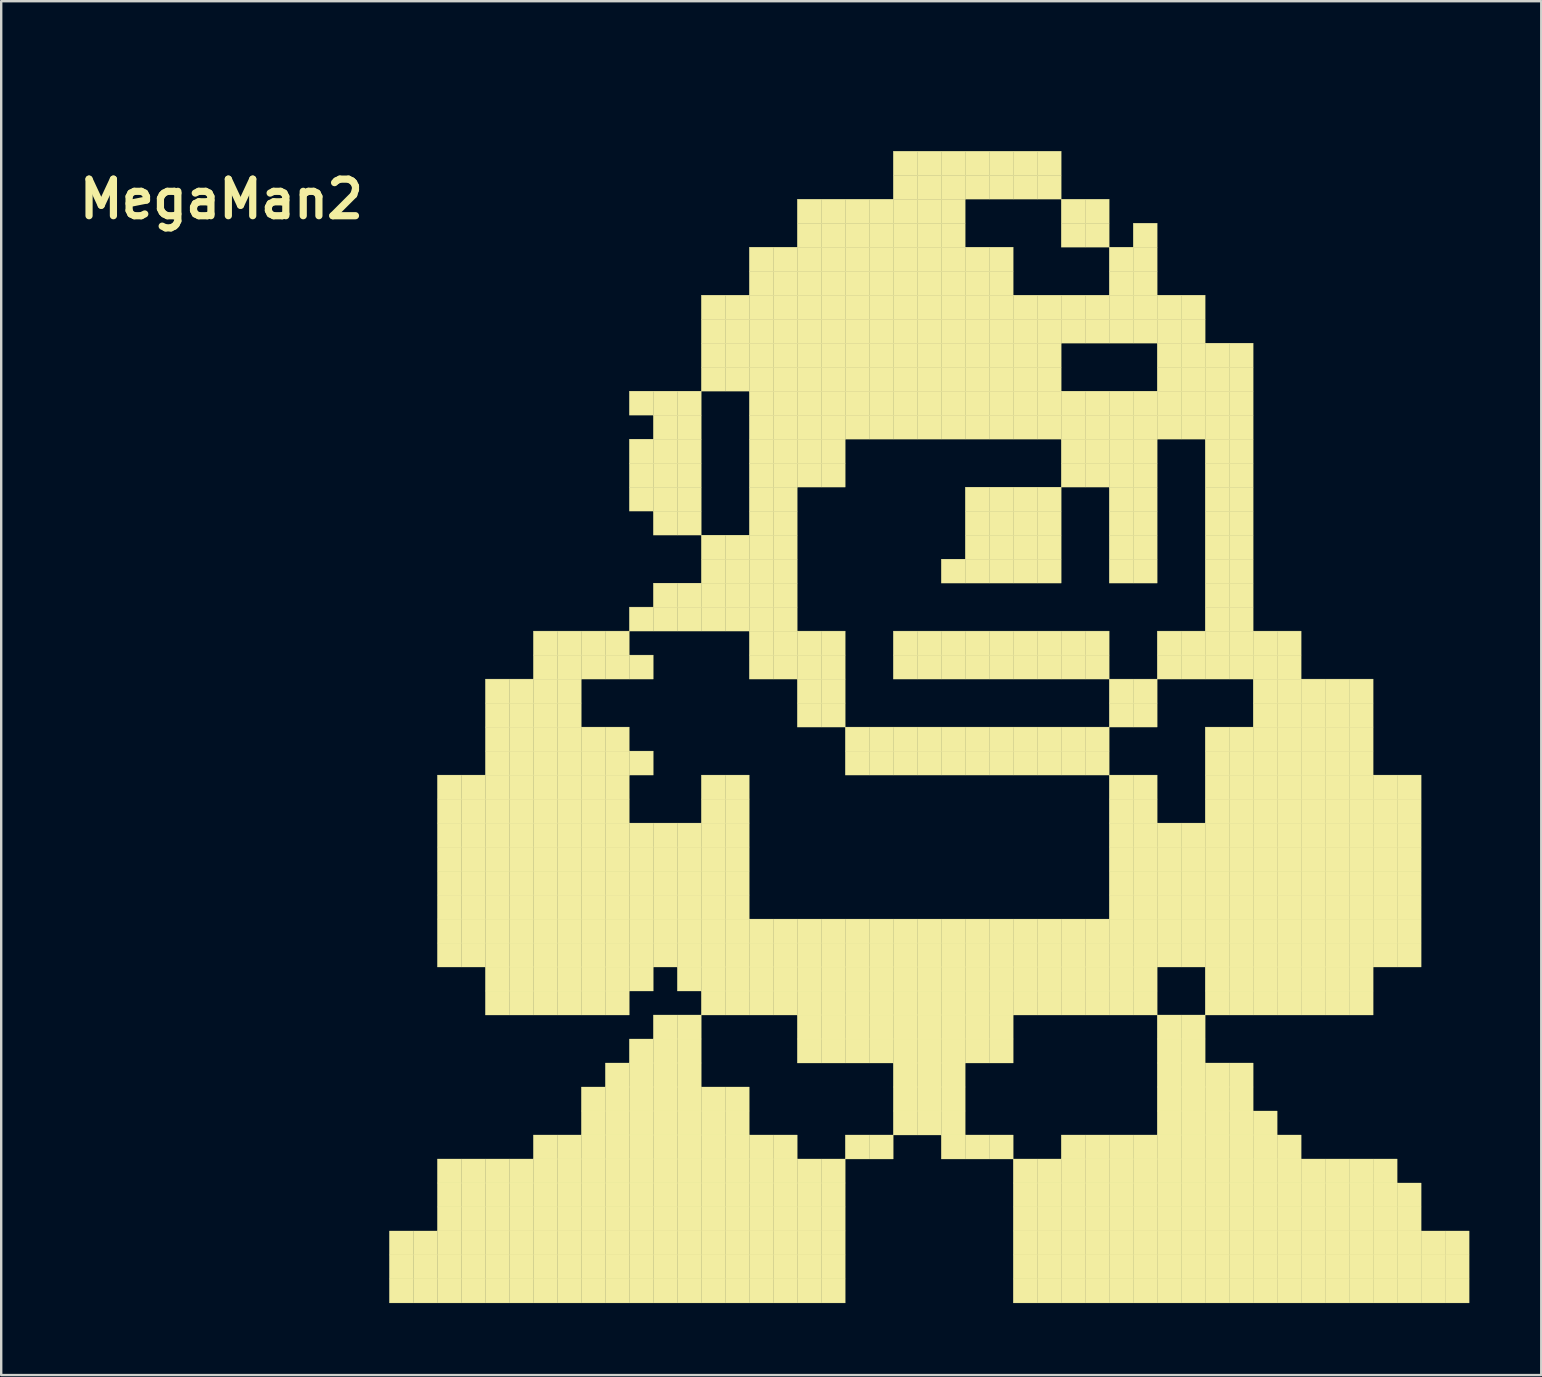
<source format=kicad_pcb>
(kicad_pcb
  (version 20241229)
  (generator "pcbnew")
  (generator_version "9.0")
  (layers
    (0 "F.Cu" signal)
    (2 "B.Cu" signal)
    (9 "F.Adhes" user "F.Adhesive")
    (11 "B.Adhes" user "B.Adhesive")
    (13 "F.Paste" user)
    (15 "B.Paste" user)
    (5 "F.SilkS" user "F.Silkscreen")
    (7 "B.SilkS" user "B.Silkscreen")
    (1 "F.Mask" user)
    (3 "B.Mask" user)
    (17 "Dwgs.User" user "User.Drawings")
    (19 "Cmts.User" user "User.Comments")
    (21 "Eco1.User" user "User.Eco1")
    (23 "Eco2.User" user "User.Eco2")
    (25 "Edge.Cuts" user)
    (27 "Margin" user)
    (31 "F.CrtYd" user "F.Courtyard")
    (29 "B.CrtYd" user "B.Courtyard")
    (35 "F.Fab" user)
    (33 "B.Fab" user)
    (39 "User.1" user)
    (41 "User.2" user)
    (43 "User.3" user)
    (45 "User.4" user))
  (footprint "MegaMan2"
    (layer "F.Cu")
    (at 6.176 0.25)
    (property "Reference" "MegaMan2" (at 0 5 0) (layer "F.SilkS") (effects (font (size 1.524 1.524) (thickness 0.3))))
    (attr through_hole)
    (fp_poly (pts (xy 7 48) (xy 8 48) (xy 8 49) (xy 7 49) (xy 7 48)) (stroke (width 0.01) (type solid)) (fill yes) (layer "F.SilkS"))
    (fp_poly (pts (xy 7 49) (xy 8 49) (xy 8 50) (xy 7 50) (xy 7 49)) (stroke (width 0.01) (type solid)) (fill yes) (layer "F.SilkS"))
    (fp_poly (pts (xy 7 50) (xy 8 50) (xy 8 51) (xy 7 51) (xy 7 50)) (stroke (width 0.01) (type solid)) (fill yes) (layer "F.SilkS"))
    (fp_poly (pts (xy 8 48) (xy 9 48) (xy 9 49) (xy 8 49) (xy 8 48)) (stroke (width 0.01) (type solid)) (fill yes) (layer "F.SilkS"))
    (fp_poly (pts (xy 8 49) (xy 9 49) (xy 9 50) (xy 8 50) (xy 8 49)) (stroke (width 0.01) (type solid)) (fill yes) (layer "F.SilkS"))
    (fp_poly (pts (xy 8 50) (xy 9 50) (xy 9 51) (xy 8 51) (xy 8 50)) (stroke (width 0.01) (type solid)) (fill yes) (layer "F.SilkS"))
    (fp_poly (pts (xy 9 29) (xy 10 29) (xy 10 30) (xy 9 30) (xy 9 29)) (stroke (width 0.01) (type solid)) (fill yes) (layer "F.SilkS"))
    (fp_poly (pts (xy 9 30) (xy 10 30) (xy 10 31) (xy 9 31) (xy 9 30)) (stroke (width 0.01) (type solid)) (fill yes) (layer "F.SilkS"))
    (fp_poly (pts (xy 9 31) (xy 10 31) (xy 10 32) (xy 9 32) (xy 9 31)) (stroke (width 0.01) (type solid)) (fill yes) (layer "F.SilkS"))
    (fp_poly (pts (xy 9 32) (xy 10 32) (xy 10 33) (xy 9 33) (xy 9 32)) (stroke (width 0.01) (type solid)) (fill yes) (layer "F.SilkS"))
    (fp_poly (pts (xy 9 33) (xy 10 33) (xy 10 34) (xy 9 34) (xy 9 33)) (stroke (width 0.01) (type solid)) (fill yes) (layer "F.SilkS"))
    (fp_poly (pts (xy 9 34) (xy 10 34) (xy 10 35) (xy 9 35) (xy 9 34)) (stroke (width 0.01) (type solid)) (fill yes) (layer "F.SilkS"))
    (fp_poly (pts (xy 9 35) (xy 10 35) (xy 10 36) (xy 9 36) (xy 9 35)) (stroke (width 0.01) (type solid)) (fill yes) (layer "F.SilkS"))
    (fp_poly (pts (xy 9 36) (xy 10 36) (xy 10 37) (xy 9 37) (xy 9 36)) (stroke (width 0.01) (type solid)) (fill yes) (layer "F.SilkS"))
    (fp_poly (pts (xy 9 45) (xy 10 45) (xy 10 46) (xy 9 46) (xy 9 45)) (stroke (width 0.01) (type solid)) (fill yes) (layer "F.SilkS"))
    (fp_poly (pts (xy 9 46) (xy 10 46) (xy 10 47) (xy 9 47) (xy 9 46)) (stroke (width 0.01) (type solid)) (fill yes) (layer "F.SilkS"))
    (fp_poly (pts (xy 9 47) (xy 10 47) (xy 10 48) (xy 9 48) (xy 9 47)) (stroke (width 0.01) (type solid)) (fill yes) (layer "F.SilkS"))
    (fp_poly (pts (xy 9 48) (xy 10 48) (xy 10 49) (xy 9 49) (xy 9 48)) (stroke (width 0.01) (type solid)) (fill yes) (layer "F.SilkS"))
    (fp_poly (pts (xy 9 49) (xy 10 49) (xy 10 50) (xy 9 50) (xy 9 49)) (stroke (width 0.01) (type solid)) (fill yes) (layer "F.SilkS"))
    (fp_poly (pts (xy 9 50) (xy 10 50) (xy 10 51) (xy 9 51) (xy 9 50)) (stroke (width 0.01) (type solid)) (fill yes) (layer "F.SilkS"))
    (fp_poly (pts (xy 10 29) (xy 11 29) (xy 11 30) (xy 10 30) (xy 10 29)) (stroke (width 0.01) (type solid)) (fill yes) (layer "F.SilkS"))
    (fp_poly (pts (xy 10 30) (xy 11 30) (xy 11 31) (xy 10 31) (xy 10 30)) (stroke (width 0.01) (type solid)) (fill yes) (layer "F.SilkS"))
    (fp_poly (pts (xy 10 31) (xy 11 31) (xy 11 32) (xy 10 32) (xy 10 31)) (stroke (width 0.01) (type solid)) (fill yes) (layer "F.SilkS"))
    (fp_poly (pts (xy 10 32) (xy 11 32) (xy 11 33) (xy 10 33) (xy 10 32)) (stroke (width 0.01) (type solid)) (fill yes) (layer "F.SilkS"))
    (fp_poly (pts (xy 10 33) (xy 11 33) (xy 11 34) (xy 10 34) (xy 10 33)) (stroke (width 0.01) (type solid)) (fill yes) (layer "F.SilkS"))
    (fp_poly (pts (xy 10 34) (xy 11 34) (xy 11 35) (xy 10 35) (xy 10 34)) (stroke (width 0.01) (type solid)) (fill yes) (layer "F.SilkS"))
    (fp_poly (pts (xy 10 35) (xy 11 35) (xy 11 36) (xy 10 36) (xy 10 35)) (stroke (width 0.01) (type solid)) (fill yes) (layer "F.SilkS"))
    (fp_poly (pts (xy 10 36) (xy 11 36) (xy 11 37) (xy 10 37) (xy 10 36)) (stroke (width 0.01) (type solid)) (fill yes) (layer "F.SilkS"))
    (fp_poly (pts (xy 10 45) (xy 11 45) (xy 11 46) (xy 10 46) (xy 10 45)) (stroke (width 0.01) (type solid)) (fill yes) (layer "F.SilkS"))
    (fp_poly (pts (xy 10 46) (xy 11 46) (xy 11 47) (xy 10 47) (xy 10 46)) (stroke (width 0.01) (type solid)) (fill yes) (layer "F.SilkS"))
    (fp_poly (pts (xy 10 47) (xy 11 47) (xy 11 48) (xy 10 48) (xy 10 47)) (stroke (width 0.01) (type solid)) (fill yes) (layer "F.SilkS"))
    (fp_poly (pts (xy 10 48) (xy 11 48) (xy 11 49) (xy 10 49) (xy 10 48)) (stroke (width 0.01) (type solid)) (fill yes) (layer "F.SilkS"))
    (fp_poly (pts (xy 10 49) (xy 11 49) (xy 11 50) (xy 10 50) (xy 10 49)) (stroke (width 0.01) (type solid)) (fill yes) (layer "F.SilkS"))
    (fp_poly (pts (xy 10 50) (xy 11 50) (xy 11 51) (xy 10 51) (xy 10 50)) (stroke (width 0.01) (type solid)) (fill yes) (layer "F.SilkS"))
    (fp_poly (pts (xy 11 25) (xy 12 25) (xy 12 26) (xy 11 26) (xy 11 25)) (stroke (width 0.01) (type solid)) (fill yes) (layer "F.SilkS"))
    (fp_poly (pts (xy 11 26) (xy 12 26) (xy 12 27) (xy 11 27) (xy 11 26)) (stroke (width 0.01) (type solid)) (fill yes) (layer "F.SilkS"))
    (fp_poly (pts (xy 11 27) (xy 12 27) (xy 12 28) (xy 11 28) (xy 11 27)) (stroke (width 0.01) (type solid)) (fill yes) (layer "F.SilkS"))
    (fp_poly (pts (xy 11 28) (xy 12 28) (xy 12 29) (xy 11 29) (xy 11 28)) (stroke (width 0.01) (type solid)) (fill yes) (layer "F.SilkS"))
    (fp_poly (pts (xy 11 29) (xy 12 29) (xy 12 30) (xy 11 30) (xy 11 29)) (stroke (width 0.01) (type solid)) (fill yes) (layer "F.SilkS"))
    (fp_poly (pts (xy 11 30) (xy 12 30) (xy 12 31) (xy 11 31) (xy 11 30)) (stroke (width 0.01) (type solid)) (fill yes) (layer "F.SilkS"))
    (fp_poly (pts (xy 11 31) (xy 12 31) (xy 12 32) (xy 11 32) (xy 11 31)) (stroke (width 0.01) (type solid)) (fill yes) (layer "F.SilkS"))
    (fp_poly (pts (xy 11 32) (xy 12 32) (xy 12 33) (xy 11 33) (xy 11 32)) (stroke (width 0.01) (type solid)) (fill yes) (layer "F.SilkS"))
    (fp_poly (pts (xy 11 33) (xy 12 33) (xy 12 34) (xy 11 34) (xy 11 33)) (stroke (width 0.01) (type solid)) (fill yes) (layer "F.SilkS"))
    (fp_poly (pts (xy 11 34) (xy 12 34) (xy 12 35) (xy 11 35) (xy 11 34)) (stroke (width 0.01) (type solid)) (fill yes) (layer "F.SilkS"))
    (fp_poly (pts (xy 11 35) (xy 12 35) (xy 12 36) (xy 11 36) (xy 11 35)) (stroke (width 0.01) (type solid)) (fill yes) (layer "F.SilkS"))
    (fp_poly (pts (xy 11 36) (xy 12 36) (xy 12 37) (xy 11 37) (xy 11 36)) (stroke (width 0.01) (type solid)) (fill yes) (layer "F.SilkS"))
    (fp_poly (pts (xy 11 37) (xy 12 37) (xy 12 38) (xy 11 38) (xy 11 37)) (stroke (width 0.01) (type solid)) (fill yes) (layer "F.SilkS"))
    (fp_poly (pts (xy 11 38) (xy 12 38) (xy 12 39) (xy 11 39) (xy 11 38)) (stroke (width 0.01) (type solid)) (fill yes) (layer "F.SilkS"))
    (fp_poly (pts (xy 11 45) (xy 12 45) (xy 12 46) (xy 11 46) (xy 11 45)) (stroke (width 0.01) (type solid)) (fill yes) (layer "F.SilkS"))
    (fp_poly (pts (xy 11 46) (xy 12 46) (xy 12 47) (xy 11 47) (xy 11 46)) (stroke (width 0.01) (type solid)) (fill yes) (layer "F.SilkS"))
    (fp_poly (pts (xy 11 47) (xy 12 47) (xy 12 48) (xy 11 48) (xy 11 47)) (stroke (width 0.01) (type solid)) (fill yes) (layer "F.SilkS"))
    (fp_poly (pts (xy 11 48) (xy 12 48) (xy 12 49) (xy 11 49) (xy 11 48)) (stroke (width 0.01) (type solid)) (fill yes) (layer "F.SilkS"))
    (fp_poly (pts (xy 11 49) (xy 12 49) (xy 12 50) (xy 11 50) (xy 11 49)) (stroke (width 0.01) (type solid)) (fill yes) (layer "F.SilkS"))
    (fp_poly (pts (xy 11 50) (xy 12 50) (xy 12 51) (xy 11 51) (xy 11 50)) (stroke (width 0.01) (type solid)) (fill yes) (layer "F.SilkS"))
    (fp_poly (pts (xy 12 25) (xy 13 25) (xy 13 26) (xy 12 26) (xy 12 25)) (stroke (width 0.01) (type solid)) (fill yes) (layer "F.SilkS"))
    (fp_poly (pts (xy 12 26) (xy 13 26) (xy 13 27) (xy 12 27) (xy 12 26)) (stroke (width 0.01) (type solid)) (fill yes) (layer "F.SilkS"))
    (fp_poly (pts (xy 12 27) (xy 13 27) (xy 13 28) (xy 12 28) (xy 12 27)) (stroke (width 0.01) (type solid)) (fill yes) (layer "F.SilkS"))
    (fp_poly (pts (xy 12 28) (xy 13 28) (xy 13 29) (xy 12 29) (xy 12 28)) (stroke (width 0.01) (type solid)) (fill yes) (layer "F.SilkS"))
    (fp_poly (pts (xy 12 29) (xy 13 29) (xy 13 30) (xy 12 30) (xy 12 29)) (stroke (width 0.01) (type solid)) (fill yes) (layer "F.SilkS"))
    (fp_poly (pts (xy 12 30) (xy 13 30) (xy 13 31) (xy 12 31) (xy 12 30)) (stroke (width 0.01) (type solid)) (fill yes) (layer "F.SilkS"))
    (fp_poly (pts (xy 12 31) (xy 13 31) (xy 13 32) (xy 12 32) (xy 12 31)) (stroke (width 0.01) (type solid)) (fill yes) (layer "F.SilkS"))
    (fp_poly (pts (xy 12 32) (xy 13 32) (xy 13 33) (xy 12 33) (xy 12 32)) (stroke (width 0.01) (type solid)) (fill yes) (layer "F.SilkS"))
    (fp_poly (pts (xy 12 33) (xy 13 33) (xy 13 34) (xy 12 34) (xy 12 33)) (stroke (width 0.01) (type solid)) (fill yes) (layer "F.SilkS"))
    (fp_poly (pts (xy 12 34) (xy 13 34) (xy 13 35) (xy 12 35) (xy 12 34)) (stroke (width 0.01) (type solid)) (fill yes) (layer "F.SilkS"))
    (fp_poly (pts (xy 12 35) (xy 13 35) (xy 13 36) (xy 12 36) (xy 12 35)) (stroke (width 0.01) (type solid)) (fill yes) (layer "F.SilkS"))
    (fp_poly (pts (xy 12 36) (xy 13 36) (xy 13 37) (xy 12 37) (xy 12 36)) (stroke (width 0.01) (type solid)) (fill yes) (layer "F.SilkS"))
    (fp_poly (pts (xy 12 37) (xy 13 37) (xy 13 38) (xy 12 38) (xy 12 37)) (stroke (width 0.01) (type solid)) (fill yes) (layer "F.SilkS"))
    (fp_poly (pts (xy 12 38) (xy 13 38) (xy 13 39) (xy 12 39) (xy 12 38)) (stroke (width 0.01) (type solid)) (fill yes) (layer "F.SilkS"))
    (fp_poly (pts (xy 12 45) (xy 13 45) (xy 13 46) (xy 12 46) (xy 12 45)) (stroke (width 0.01) (type solid)) (fill yes) (layer "F.SilkS"))
    (fp_poly (pts (xy 12 46) (xy 13 46) (xy 13 47) (xy 12 47) (xy 12 46)) (stroke (width 0.01) (type solid)) (fill yes) (layer "F.SilkS"))
    (fp_poly (pts (xy 12 47) (xy 13 47) (xy 13 48) (xy 12 48) (xy 12 47)) (stroke (width 0.01) (type solid)) (fill yes) (layer "F.SilkS"))
    (fp_poly (pts (xy 12 48) (xy 13 48) (xy 13 49) (xy 12 49) (xy 12 48)) (stroke (width 0.01) (type solid)) (fill yes) (layer "F.SilkS"))
    (fp_poly (pts (xy 12 49) (xy 13 49) (xy 13 50) (xy 12 50) (xy 12 49)) (stroke (width 0.01) (type solid)) (fill yes) (layer "F.SilkS"))
    (fp_poly (pts (xy 12 50) (xy 13 50) (xy 13 51) (xy 12 51) (xy 12 50)) (stroke (width 0.01) (type solid)) (fill yes) (layer "F.SilkS"))
    (fp_poly (pts (xy 13 23) (xy 14 23) (xy 14 24) (xy 13 24) (xy 13 23)) (stroke (width 0.01) (type solid)) (fill yes) (layer "F.SilkS"))
    (fp_poly (pts (xy 13 24) (xy 14 24) (xy 14 25) (xy 13 25) (xy 13 24)) (stroke (width 0.01) (type solid)) (fill yes) (layer "F.SilkS"))
    (fp_poly (pts (xy 13 25) (xy 14 25) (xy 14 26) (xy 13 26) (xy 13 25)) (stroke (width 0.01) (type solid)) (fill yes) (layer "F.SilkS"))
    (fp_poly (pts (xy 13 26) (xy 14 26) (xy 14 27) (xy 13 27) (xy 13 26)) (stroke (width 0.01) (type solid)) (fill yes) (layer "F.SilkS"))
    (fp_poly (pts (xy 13 27) (xy 14 27) (xy 14 28) (xy 13 28) (xy 13 27)) (stroke (width 0.01) (type solid)) (fill yes) (layer "F.SilkS"))
    (fp_poly (pts (xy 13 28) (xy 14 28) (xy 14 29) (xy 13 29) (xy 13 28)) (stroke (width 0.01) (type solid)) (fill yes) (layer "F.SilkS"))
    (fp_poly (pts (xy 13 29) (xy 14 29) (xy 14 30) (xy 13 30) (xy 13 29)) (stroke (width 0.01) (type solid)) (fill yes) (layer "F.SilkS"))
    (fp_poly (pts (xy 13 30) (xy 14 30) (xy 14 31) (xy 13 31) (xy 13 30)) (stroke (width 0.01) (type solid)) (fill yes) (layer "F.SilkS"))
    (fp_poly (pts (xy 13 31) (xy 14 31) (xy 14 32) (xy 13 32) (xy 13 31)) (stroke (width 0.01) (type solid)) (fill yes) (layer "F.SilkS"))
    (fp_poly (pts (xy 13 32) (xy 14 32) (xy 14 33) (xy 13 33) (xy 13 32)) (stroke (width 0.01) (type solid)) (fill yes) (layer "F.SilkS"))
    (fp_poly (pts (xy 13 33) (xy 14 33) (xy 14 34) (xy 13 34) (xy 13 33)) (stroke (width 0.01) (type solid)) (fill yes) (layer "F.SilkS"))
    (fp_poly (pts (xy 13 34) (xy 14 34) (xy 14 35) (xy 13 35) (xy 13 34)) (stroke (width 0.01) (type solid)) (fill yes) (layer "F.SilkS"))
    (fp_poly (pts (xy 13 35) (xy 14 35) (xy 14 36) (xy 13 36) (xy 13 35)) (stroke (width 0.01) (type solid)) (fill yes) (layer "F.SilkS"))
    (fp_poly (pts (xy 13 36) (xy 14 36) (xy 14 37) (xy 13 37) (xy 13 36)) (stroke (width 0.01) (type solid)) (fill yes) (layer "F.SilkS"))
    (fp_poly (pts (xy 13 37) (xy 14 37) (xy 14 38) (xy 13 38) (xy 13 37)) (stroke (width 0.01) (type solid)) (fill yes) (layer "F.SilkS"))
    (fp_poly (pts (xy 13 38) (xy 14 38) (xy 14 39) (xy 13 39) (xy 13 38)) (stroke (width 0.01) (type solid)) (fill yes) (layer "F.SilkS"))
    (fp_poly (pts (xy 13 44) (xy 14 44) (xy 14 45) (xy 13 45) (xy 13 44)) (stroke (width 0.01) (type solid)) (fill yes) (layer "F.SilkS"))
    (fp_poly (pts (xy 13 45) (xy 14 45) (xy 14 46) (xy 13 46) (xy 13 45)) (stroke (width 0.01) (type solid)) (fill yes) (layer "F.SilkS"))
    (fp_poly (pts (xy 13 46) (xy 14 46) (xy 14 47) (xy 13 47) (xy 13 46)) (stroke (width 0.01) (type solid)) (fill yes) (layer "F.SilkS"))
    (fp_poly (pts (xy 13 47) (xy 14 47) (xy 14 48) (xy 13 48) (xy 13 47)) (stroke (width 0.01) (type solid)) (fill yes) (layer "F.SilkS"))
    (fp_poly (pts (xy 13 48) (xy 14 48) (xy 14 49) (xy 13 49) (xy 13 48)) (stroke (width 0.01) (type solid)) (fill yes) (layer "F.SilkS"))
    (fp_poly (pts (xy 13 49) (xy 14 49) (xy 14 50) (xy 13 50) (xy 13 49)) (stroke (width 0.01) (type solid)) (fill yes) (layer "F.SilkS"))
    (fp_poly (pts (xy 13 50) (xy 14 50) (xy 14 51) (xy 13 51) (xy 13 50)) (stroke (width 0.01) (type solid)) (fill yes) (layer "F.SilkS"))
    (fp_poly (pts (xy 14 23) (xy 15 23) (xy 15 24) (xy 14 24) (xy 14 23)) (stroke (width 0.01) (type solid)) (fill yes) (layer "F.SilkS"))
    (fp_poly (pts (xy 14 24) (xy 15 24) (xy 15 25) (xy 14 25) (xy 14 24)) (stroke (width 0.01) (type solid)) (fill yes) (layer "F.SilkS"))
    (fp_poly (pts (xy 14 25) (xy 15 25) (xy 15 26) (xy 14 26) (xy 14 25)) (stroke (width 0.01) (type solid)) (fill yes) (layer "F.SilkS"))
    (fp_poly (pts (xy 14 26) (xy 15 26) (xy 15 27) (xy 14 27) (xy 14 26)) (stroke (width 0.01) (type solid)) (fill yes) (layer "F.SilkS"))
    (fp_poly (pts (xy 14 27) (xy 15 27) (xy 15 28) (xy 14 28) (xy 14 27)) (stroke (width 0.01) (type solid)) (fill yes) (layer "F.SilkS"))
    (fp_poly (pts (xy 14 28) (xy 15 28) (xy 15 29) (xy 14 29) (xy 14 28)) (stroke (width 0.01) (type solid)) (fill yes) (layer "F.SilkS"))
    (fp_poly (pts (xy 14 29) (xy 15 29) (xy 15 30) (xy 14 30) (xy 14 29)) (stroke (width 0.01) (type solid)) (fill yes) (layer "F.SilkS"))
    (fp_poly (pts (xy 14 30) (xy 15 30) (xy 15 31) (xy 14 31) (xy 14 30)) (stroke (width 0.01) (type solid)) (fill yes) (layer "F.SilkS"))
    (fp_poly (pts (xy 14 31) (xy 15 31) (xy 15 32) (xy 14 32) (xy 14 31)) (stroke (width 0.01) (type solid)) (fill yes) (layer "F.SilkS"))
    (fp_poly (pts (xy 14 32) (xy 15 32) (xy 15 33) (xy 14 33) (xy 14 32)) (stroke (width 0.01) (type solid)) (fill yes) (layer "F.SilkS"))
    (fp_poly (pts (xy 14 33) (xy 15 33) (xy 15 34) (xy 14 34) (xy 14 33)) (stroke (width 0.01) (type solid)) (fill yes) (layer "F.SilkS"))
    (fp_poly (pts (xy 14 34) (xy 15 34) (xy 15 35) (xy 14 35) (xy 14 34)) (stroke (width 0.01) (type solid)) (fill yes) (layer "F.SilkS"))
    (fp_poly (pts (xy 14 35) (xy 15 35) (xy 15 36) (xy 14 36) (xy 14 35)) (stroke (width 0.01) (type solid)) (fill yes) (layer "F.SilkS"))
    (fp_poly (pts (xy 14 36) (xy 15 36) (xy 15 37) (xy 14 37) (xy 14 36)) (stroke (width 0.01) (type solid)) (fill yes) (layer "F.SilkS"))
    (fp_poly (pts (xy 14 37) (xy 15 37) (xy 15 38) (xy 14 38) (xy 14 37)) (stroke (width 0.01) (type solid)) (fill yes) (layer "F.SilkS"))
    (fp_poly (pts (xy 14 38) (xy 15 38) (xy 15 39) (xy 14 39) (xy 14 38)) (stroke (width 0.01) (type solid)) (fill yes) (layer "F.SilkS"))
    (fp_poly (pts (xy 14 44) (xy 15 44) (xy 15 45) (xy 14 45) (xy 14 44)) (stroke (width 0.01) (type solid)) (fill yes) (layer "F.SilkS"))
    (fp_poly (pts (xy 14 45) (xy 15 45) (xy 15 46) (xy 14 46) (xy 14 45)) (stroke (width 0.01) (type solid)) (fill yes) (layer "F.SilkS"))
    (fp_poly (pts (xy 14 46) (xy 15 46) (xy 15 47) (xy 14 47) (xy 14 46)) (stroke (width 0.01) (type solid)) (fill yes) (layer "F.SilkS"))
    (fp_poly (pts (xy 14 47) (xy 15 47) (xy 15 48) (xy 14 48) (xy 14 47)) (stroke (width 0.01) (type solid)) (fill yes) (layer "F.SilkS"))
    (fp_poly (pts (xy 14 48) (xy 15 48) (xy 15 49) (xy 14 49) (xy 14 48)) (stroke (width 0.01) (type solid)) (fill yes) (layer "F.SilkS"))
    (fp_poly (pts (xy 14 49) (xy 15 49) (xy 15 50) (xy 14 50) (xy 14 49)) (stroke (width 0.01) (type solid)) (fill yes) (layer "F.SilkS"))
    (fp_poly (pts (xy 14 50) (xy 15 50) (xy 15 51) (xy 14 51) (xy 14 50)) (stroke (width 0.01) (type solid)) (fill yes) (layer "F.SilkS"))
    (fp_poly (pts (xy 15 23) (xy 16 23) (xy 16 24) (xy 15 24) (xy 15 23)) (stroke (width 0.01) (type solid)) (fill yes) (layer "F.SilkS"))
    (fp_poly (pts (xy 15 24) (xy 16 24) (xy 16 25) (xy 15 25) (xy 15 24)) (stroke (width 0.01) (type solid)) (fill yes) (layer "F.SilkS"))
    (fp_poly (pts (xy 15 27) (xy 16 27) (xy 16 28) (xy 15 28) (xy 15 27)) (stroke (width 0.01) (type solid)) (fill yes) (layer "F.SilkS"))
    (fp_poly (pts (xy 15 28) (xy 16 28) (xy 16 29) (xy 15 29) (xy 15 28)) (stroke (width 0.01) (type solid)) (fill yes) (layer "F.SilkS"))
    (fp_poly (pts (xy 15 29) (xy 16 29) (xy 16 30) (xy 15 30) (xy 15 29)) (stroke (width 0.01) (type solid)) (fill yes) (layer "F.SilkS"))
    (fp_poly (pts (xy 15 30) (xy 16 30) (xy 16 31) (xy 15 31) (xy 15 30)) (stroke (width 0.01) (type solid)) (fill yes) (layer "F.SilkS"))
    (fp_poly (pts (xy 15 31) (xy 16 31) (xy 16 32) (xy 15 32) (xy 15 31)) (stroke (width 0.01) (type solid)) (fill yes) (layer "F.SilkS"))
    (fp_poly (pts (xy 15 32) (xy 16 32) (xy 16 33) (xy 15 33) (xy 15 32)) (stroke (width 0.01) (type solid)) (fill yes) (layer "F.SilkS"))
    (fp_poly (pts (xy 15 33) (xy 16 33) (xy 16 34) (xy 15 34) (xy 15 33)) (stroke (width 0.01) (type solid)) (fill yes) (layer "F.SilkS"))
    (fp_poly (pts (xy 15 34) (xy 16 34) (xy 16 35) (xy 15 35) (xy 15 34)) (stroke (width 0.01) (type solid)) (fill yes) (layer "F.SilkS"))
    (fp_poly (pts (xy 15 35) (xy 16 35) (xy 16 36) (xy 15 36) (xy 15 35)) (stroke (width 0.01) (type solid)) (fill yes) (layer "F.SilkS"))
    (fp_poly (pts (xy 15 36) (xy 16 36) (xy 16 37) (xy 15 37) (xy 15 36)) (stroke (width 0.01) (type solid)) (fill yes) (layer "F.SilkS"))
    (fp_poly (pts (xy 15 37) (xy 16 37) (xy 16 38) (xy 15 38) (xy 15 37)) (stroke (width 0.01) (type solid)) (fill yes) (layer "F.SilkS"))
    (fp_poly (pts (xy 15 38) (xy 16 38) (xy 16 39) (xy 15 39) (xy 15 38)) (stroke (width 0.01) (type solid)) (fill yes) (layer "F.SilkS"))
    (fp_poly (pts (xy 15 42) (xy 16 42) (xy 16 43) (xy 15 43) (xy 15 42)) (stroke (width 0.01) (type solid)) (fill yes) (layer "F.SilkS"))
    (fp_poly (pts (xy 15 43) (xy 16 43) (xy 16 44) (xy 15 44) (xy 15 43)) (stroke (width 0.01) (type solid)) (fill yes) (layer "F.SilkS"))
    (fp_poly (pts (xy 15 44) (xy 16 44) (xy 16 45) (xy 15 45) (xy 15 44)) (stroke (width 0.01) (type solid)) (fill yes) (layer "F.SilkS"))
    (fp_poly (pts (xy 15 45) (xy 16 45) (xy 16 46) (xy 15 46) (xy 15 45)) (stroke (width 0.01) (type solid)) (fill yes) (layer "F.SilkS"))
    (fp_poly (pts (xy 15 46) (xy 16 46) (xy 16 47) (xy 15 47) (xy 15 46)) (stroke (width 0.01) (type solid)) (fill yes) (layer "F.SilkS"))
    (fp_poly (pts (xy 15 47) (xy 16 47) (xy 16 48) (xy 15 48) (xy 15 47)) (stroke (width 0.01) (type solid)) (fill yes) (layer "F.SilkS"))
    (fp_poly (pts (xy 15 48) (xy 16 48) (xy 16 49) (xy 15 49) (xy 15 48)) (stroke (width 0.01) (type solid)) (fill yes) (layer "F.SilkS"))
    (fp_poly (pts (xy 15 49) (xy 16 49) (xy 16 50) (xy 15 50) (xy 15 49)) (stroke (width 0.01) (type solid)) (fill yes) (layer "F.SilkS"))
    (fp_poly (pts (xy 15 50) (xy 16 50) (xy 16 51) (xy 15 51) (xy 15 50)) (stroke (width 0.01) (type solid)) (fill yes) (layer "F.SilkS"))
    (fp_poly (pts (xy 16 23) (xy 17 23) (xy 17 24) (xy 16 24) (xy 16 23)) (stroke (width 0.01) (type solid)) (fill yes) (layer "F.SilkS"))
    (fp_poly (pts (xy 16 24) (xy 17 24) (xy 17 25) (xy 16 25) (xy 16 24)) (stroke (width 0.01) (type solid)) (fill yes) (layer "F.SilkS"))
    (fp_poly (pts (xy 16 27) (xy 17 27) (xy 17 28) (xy 16 28) (xy 16 27)) (stroke (width 0.01) (type solid)) (fill yes) (layer "F.SilkS"))
    (fp_poly (pts (xy 16 28) (xy 17 28) (xy 17 29) (xy 16 29) (xy 16 28)) (stroke (width 0.01) (type solid)) (fill yes) (layer "F.SilkS"))
    (fp_poly (pts (xy 16 29) (xy 17 29) (xy 17 30) (xy 16 30) (xy 16 29)) (stroke (width 0.01) (type solid)) (fill yes) (layer "F.SilkS"))
    (fp_poly (pts (xy 16 30) (xy 17 30) (xy 17 31) (xy 16 31) (xy 16 30)) (stroke (width 0.01) (type solid)) (fill yes) (layer "F.SilkS"))
    (fp_poly (pts (xy 16 31) (xy 17 31) (xy 17 32) (xy 16 32) (xy 16 31)) (stroke (width 0.01) (type solid)) (fill yes) (layer "F.SilkS"))
    (fp_poly (pts (xy 16 32) (xy 17 32) (xy 17 33) (xy 16 33) (xy 16 32)) (stroke (width 0.01) (type solid)) (fill yes) (layer "F.SilkS"))
    (fp_poly (pts (xy 16 33) (xy 17 33) (xy 17 34) (xy 16 34) (xy 16 33)) (stroke (width 0.01) (type solid)) (fill yes) (layer "F.SilkS"))
    (fp_poly (pts (xy 16 34) (xy 17 34) (xy 17 35) (xy 16 35) (xy 16 34)) (stroke (width 0.01) (type solid)) (fill yes) (layer "F.SilkS"))
    (fp_poly (pts (xy 16 35) (xy 17 35) (xy 17 36) (xy 16 36) (xy 16 35)) (stroke (width 0.01) (type solid)) (fill yes) (layer "F.SilkS"))
    (fp_poly (pts (xy 16 36) (xy 17 36) (xy 17 37) (xy 16 37) (xy 16 36)) (stroke (width 0.01) (type solid)) (fill yes) (layer "F.SilkS"))
    (fp_poly (pts (xy 16 37) (xy 17 37) (xy 17 38) (xy 16 38) (xy 16 37)) (stroke (width 0.01) (type solid)) (fill yes) (layer "F.SilkS"))
    (fp_poly (pts (xy 16 38) (xy 17 38) (xy 17 39) (xy 16 39) (xy 16 38)) (stroke (width 0.01) (type solid)) (fill yes) (layer "F.SilkS"))
    (fp_poly (pts (xy 16 41) (xy 17 41) (xy 17 42) (xy 16 42) (xy 16 41)) (stroke (width 0.01) (type solid)) (fill yes) (layer "F.SilkS"))
    (fp_poly (pts (xy 16 42) (xy 17 42) (xy 17 43) (xy 16 43) (xy 16 42)) (stroke (width 0.01) (type solid)) (fill yes) (layer "F.SilkS"))
    (fp_poly (pts (xy 16 43) (xy 17 43) (xy 17 44) (xy 16 44) (xy 16 43)) (stroke (width 0.01) (type solid)) (fill yes) (layer "F.SilkS"))
    (fp_poly (pts (xy 16 44) (xy 17 44) (xy 17 45) (xy 16 45) (xy 16 44)) (stroke (width 0.01) (type solid)) (fill yes) (layer "F.SilkS"))
    (fp_poly (pts (xy 16 45) (xy 17 45) (xy 17 46) (xy 16 46) (xy 16 45)) (stroke (width 0.01) (type solid)) (fill yes) (layer "F.SilkS"))
    (fp_poly (pts (xy 16 46) (xy 17 46) (xy 17 47) (xy 16 47) (xy 16 46)) (stroke (width 0.01) (type solid)) (fill yes) (layer "F.SilkS"))
    (fp_poly (pts (xy 16 47) (xy 17 47) (xy 17 48) (xy 16 48) (xy 16 47)) (stroke (width 0.01) (type solid)) (fill yes) (layer "F.SilkS"))
    (fp_poly (pts (xy 16 48) (xy 17 48) (xy 17 49) (xy 16 49) (xy 16 48)) (stroke (width 0.01) (type solid)) (fill yes) (layer "F.SilkS"))
    (fp_poly (pts (xy 16 49) (xy 17 49) (xy 17 50) (xy 16 50) (xy 16 49)) (stroke (width 0.01) (type solid)) (fill yes) (layer "F.SilkS"))
    (fp_poly (pts (xy 16 50) (xy 17 50) (xy 17 51) (xy 16 51) (xy 16 50)) (stroke (width 0.01) (type solid)) (fill yes) (layer "F.SilkS"))
    (fp_poly (pts (xy 17 13) (xy 18 13) (xy 18 14) (xy 17 14) (xy 17 13)) (stroke (width 0.01) (type solid)) (fill yes) (layer "F.SilkS"))
    (fp_poly (pts (xy 17 15) (xy 18 15) (xy 18 16) (xy 17 16) (xy 17 15)) (stroke (width 0.01) (type solid)) (fill yes) (layer "F.SilkS"))
    (fp_poly (pts (xy 17 16) (xy 18 16) (xy 18 17) (xy 17 17) (xy 17 16)) (stroke (width 0.01) (type solid)) (fill yes) (layer "F.SilkS"))
    (fp_poly (pts (xy 17 17) (xy 18 17) (xy 18 18) (xy 17 18) (xy 17 17)) (stroke (width 0.01) (type solid)) (fill yes) (layer "F.SilkS"))
    (fp_poly (pts (xy 17 22) (xy 18 22) (xy 18 23) (xy 17 23) (xy 17 22)) (stroke (width 0.01) (type solid)) (fill yes) (layer "F.SilkS"))
    (fp_poly (pts (xy 17 24) (xy 18 24) (xy 18 25) (xy 17 25) (xy 17 24)) (stroke (width 0.01) (type solid)) (fill yes) (layer "F.SilkS"))
    (fp_poly (pts (xy 17 28) (xy 18 28) (xy 18 29) (xy 17 29) (xy 17 28)) (stroke (width 0.01) (type solid)) (fill yes) (layer "F.SilkS"))
    (fp_poly (pts (xy 17 31) (xy 18 31) (xy 18 32) (xy 17 32) (xy 17 31)) (stroke (width 0.01) (type solid)) (fill yes) (layer "F.SilkS"))
    (fp_poly (pts (xy 17 32) (xy 18 32) (xy 18 33) (xy 17 33) (xy 17 32)) (stroke (width 0.01) (type solid)) (fill yes) (layer "F.SilkS"))
    (fp_poly (pts (xy 17 33) (xy 18 33) (xy 18 34) (xy 17 34) (xy 17 33)) (stroke (width 0.01) (type solid)) (fill yes) (layer "F.SilkS"))
    (fp_poly (pts (xy 17 34) (xy 18 34) (xy 18 35) (xy 17 35) (xy 17 34)) (stroke (width 0.01) (type solid)) (fill yes) (layer "F.SilkS"))
    (fp_poly (pts (xy 17 35) (xy 18 35) (xy 18 36) (xy 17 36) (xy 17 35)) (stroke (width 0.01) (type solid)) (fill yes) (layer "F.SilkS"))
    (fp_poly (pts (xy 17 36) (xy 18 36) (xy 18 37) (xy 17 37) (xy 17 36)) (stroke (width 0.01) (type solid)) (fill yes) (layer "F.SilkS"))
    (fp_poly (pts (xy 17 37) (xy 18 37) (xy 18 38) (xy 17 38) (xy 17 37)) (stroke (width 0.01) (type solid)) (fill yes) (layer "F.SilkS"))
    (fp_poly (pts (xy 17 40) (xy 18 40) (xy 18 41) (xy 17 41) (xy 17 40)) (stroke (width 0.01) (type solid)) (fill yes) (layer "F.SilkS"))
    (fp_poly (pts (xy 17 41) (xy 18 41) (xy 18 42) (xy 17 42) (xy 17 41)) (stroke (width 0.01) (type solid)) (fill yes) (layer "F.SilkS"))
    (fp_poly (pts (xy 17 42) (xy 18 42) (xy 18 43) (xy 17 43) (xy 17 42)) (stroke (width 0.01) (type solid)) (fill yes) (layer "F.SilkS"))
    (fp_poly (pts (xy 17 43) (xy 18 43) (xy 18 44) (xy 17 44) (xy 17 43)) (stroke (width 0.01) (type solid)) (fill yes) (layer "F.SilkS"))
    (fp_poly (pts (xy 17 44) (xy 18 44) (xy 18 45) (xy 17 45) (xy 17 44)) (stroke (width 0.01) (type solid)) (fill yes) (layer "F.SilkS"))
    (fp_poly (pts (xy 17 45) (xy 18 45) (xy 18 46) (xy 17 46) (xy 17 45)) (stroke (width 0.01) (type solid)) (fill yes) (layer "F.SilkS"))
    (fp_poly (pts (xy 17 46) (xy 18 46) (xy 18 47) (xy 17 47) (xy 17 46)) (stroke (width 0.01) (type solid)) (fill yes) (layer "F.SilkS"))
    (fp_poly (pts (xy 17 47) (xy 18 47) (xy 18 48) (xy 17 48) (xy 17 47)) (stroke (width 0.01) (type solid)) (fill yes) (layer "F.SilkS"))
    (fp_poly (pts (xy 17 48) (xy 18 48) (xy 18 49) (xy 17 49) (xy 17 48)) (stroke (width 0.01) (type solid)) (fill yes) (layer "F.SilkS"))
    (fp_poly (pts (xy 17 49) (xy 18 49) (xy 18 50) (xy 17 50) (xy 17 49)) (stroke (width 0.01) (type solid)) (fill yes) (layer "F.SilkS"))
    (fp_poly (pts (xy 17 50) (xy 18 50) (xy 18 51) (xy 17 51) (xy 17 50)) (stroke (width 0.01) (type solid)) (fill yes) (layer "F.SilkS"))
    (fp_poly (pts (xy 18 13) (xy 19 13) (xy 19 14) (xy 18 14) (xy 18 13)) (stroke (width 0.01) (type solid)) (fill yes) (layer "F.SilkS"))
    (fp_poly (pts (xy 18 14) (xy 19 14) (xy 19 15) (xy 18 15) (xy 18 14)) (stroke (width 0.01) (type solid)) (fill yes) (layer "F.SilkS"))
    (fp_poly (pts (xy 18 15) (xy 19 15) (xy 19 16) (xy 18 16) (xy 18 15)) (stroke (width 0.01) (type solid)) (fill yes) (layer "F.SilkS"))
    (fp_poly (pts (xy 18 16) (xy 19 16) (xy 19 17) (xy 18 17) (xy 18 16)) (stroke (width 0.01) (type solid)) (fill yes) (layer "F.SilkS"))
    (fp_poly (pts (xy 18 17) (xy 19 17) (xy 19 18) (xy 18 18) (xy 18 17)) (stroke (width 0.01) (type solid)) (fill yes) (layer "F.SilkS"))
    (fp_poly (pts (xy 18 18) (xy 19 18) (xy 19 19) (xy 18 19) (xy 18 18)) (stroke (width 0.01) (type solid)) (fill yes) (layer "F.SilkS"))
    (fp_poly (pts (xy 18 21) (xy 19 21) (xy 19 22) (xy 18 22) (xy 18 21)) (stroke (width 0.01) (type solid)) (fill yes) (layer "F.SilkS"))
    (fp_poly (pts (xy 18 22) (xy 19 22) (xy 19 23) (xy 18 23) (xy 18 22)) (stroke (width 0.01) (type solid)) (fill yes) (layer "F.SilkS"))
    (fp_poly (pts (xy 18 31) (xy 19 31) (xy 19 32) (xy 18 32) (xy 18 31)) (stroke (width 0.01) (type solid)) (fill yes) (layer "F.SilkS"))
    (fp_poly (pts (xy 18 32) (xy 19 32) (xy 19 33) (xy 18 33) (xy 18 32)) (stroke (width 0.01) (type solid)) (fill yes) (layer "F.SilkS"))
    (fp_poly (pts (xy 18 33) (xy 19 33) (xy 19 34) (xy 18 34) (xy 18 33)) (stroke (width 0.01) (type solid)) (fill yes) (layer "F.SilkS"))
    (fp_poly (pts (xy 18 34) (xy 19 34) (xy 19 35) (xy 18 35) (xy 18 34)) (stroke (width 0.01) (type solid)) (fill yes) (layer "F.SilkS"))
    (fp_poly (pts (xy 18 35) (xy 19 35) (xy 19 36) (xy 18 36) (xy 18 35)) (stroke (width 0.01) (type solid)) (fill yes) (layer "F.SilkS"))
    (fp_poly (pts (xy 18 36) (xy 19 36) (xy 19 37) (xy 18 37) (xy 18 36)) (stroke (width 0.01) (type solid)) (fill yes) (layer "F.SilkS"))
    (fp_poly (pts (xy 18 39) (xy 19 39) (xy 19 40) (xy 18 40) (xy 18 39)) (stroke (width 0.01) (type solid)) (fill yes) (layer "F.SilkS"))
    (fp_poly (pts (xy 18 40) (xy 19 40) (xy 19 41) (xy 18 41) (xy 18 40)) (stroke (width 0.01) (type solid)) (fill yes) (layer "F.SilkS"))
    (fp_poly (pts (xy 18 41) (xy 19 41) (xy 19 42) (xy 18 42) (xy 18 41)) (stroke (width 0.01) (type solid)) (fill yes) (layer "F.SilkS"))
    (fp_poly (pts (xy 18 42) (xy 19 42) (xy 19 43) (xy 18 43) (xy 18 42)) (stroke (width 0.01) (type solid)) (fill yes) (layer "F.SilkS"))
    (fp_poly (pts (xy 18 43) (xy 19 43) (xy 19 44) (xy 18 44) (xy 18 43)) (stroke (width 0.01) (type solid)) (fill yes) (layer "F.SilkS"))
    (fp_poly (pts (xy 18 44) (xy 19 44) (xy 19 45) (xy 18 45) (xy 18 44)) (stroke (width 0.01) (type solid)) (fill yes) (layer "F.SilkS"))
    (fp_poly (pts (xy 18 45) (xy 19 45) (xy 19 46) (xy 18 46) (xy 18 45)) (stroke (width 0.01) (type solid)) (fill yes) (layer "F.SilkS"))
    (fp_poly (pts (xy 18 46) (xy 19 46) (xy 19 47) (xy 18 47) (xy 18 46)) (stroke (width 0.01) (type solid)) (fill yes) (layer "F.SilkS"))
    (fp_poly (pts (xy 18 47) (xy 19 47) (xy 19 48) (xy 18 48) (xy 18 47)) (stroke (width 0.01) (type solid)) (fill yes) (layer "F.SilkS"))
    (fp_poly (pts (xy 18 48) (xy 19 48) (xy 19 49) (xy 18 49) (xy 18 48)) (stroke (width 0.01) (type solid)) (fill yes) (layer "F.SilkS"))
    (fp_poly (pts (xy 18 49) (xy 19 49) (xy 19 50) (xy 18 50) (xy 18 49)) (stroke (width 0.01) (type solid)) (fill yes) (layer "F.SilkS"))
    (fp_poly (pts (xy 18 50) (xy 19 50) (xy 19 51) (xy 18 51) (xy 18 50)) (stroke (width 0.01) (type solid)) (fill yes) (layer "F.SilkS"))
    (fp_poly (pts (xy 19 13) (xy 20 13) (xy 20 14) (xy 19 14) (xy 19 13)) (stroke (width 0.01) (type solid)) (fill yes) (layer "F.SilkS"))
    (fp_poly (pts (xy 19 14) (xy 20 14) (xy 20 15) (xy 19 15) (xy 19 14)) (stroke (width 0.01) (type solid)) (fill yes) (layer "F.SilkS"))
    (fp_poly (pts (xy 19 15) (xy 20 15) (xy 20 16) (xy 19 16) (xy 19 15)) (stroke (width 0.01) (type solid)) (fill yes) (layer "F.SilkS"))
    (fp_poly (pts (xy 19 16) (xy 20 16) (xy 20 17) (xy 19 17) (xy 19 16)) (stroke (width 0.01) (type solid)) (fill yes) (layer "F.SilkS"))
    (fp_poly (pts (xy 19 17) (xy 20 17) (xy 20 18) (xy 19 18) (xy 19 17)) (stroke (width 0.01) (type solid)) (fill yes) (layer "F.SilkS"))
    (fp_poly (pts (xy 19 18) (xy 20 18) (xy 20 19) (xy 19 19) (xy 19 18)) (stroke (width 0.01) (type solid)) (fill yes) (layer "F.SilkS"))
    (fp_poly (pts (xy 19 21) (xy 20 21) (xy 20 22) (xy 19 22) (xy 19 21)) (stroke (width 0.01) (type solid)) (fill yes) (layer "F.SilkS"))
    (fp_poly (pts (xy 19 22) (xy 20 22) (xy 20 23) (xy 19 23) (xy 19 22)) (stroke (width 0.01) (type solid)) (fill yes) (layer "F.SilkS"))
    (fp_poly (pts (xy 19 31) (xy 20 31) (xy 20 32) (xy 19 32) (xy 19 31)) (stroke (width 0.01) (type solid)) (fill yes) (layer "F.SilkS"))
    (fp_poly (pts (xy 19 32) (xy 20 32) (xy 20 33) (xy 19 33) (xy 19 32)) (stroke (width 0.01) (type solid)) (fill yes) (layer "F.SilkS"))
    (fp_poly (pts (xy 19 33) (xy 20 33) (xy 20 34) (xy 19 34) (xy 19 33)) (stroke (width 0.01) (type solid)) (fill yes) (layer "F.SilkS"))
    (fp_poly (pts (xy 19 34) (xy 20 34) (xy 20 35) (xy 19 35) (xy 19 34)) (stroke (width 0.01) (type solid)) (fill yes) (layer "F.SilkS"))
    (fp_poly (pts (xy 19 35) (xy 20 35) (xy 20 36) (xy 19 36) (xy 19 35)) (stroke (width 0.01) (type solid)) (fill yes) (layer "F.SilkS"))
    (fp_poly (pts (xy 19 36) (xy 20 36) (xy 20 37) (xy 19 37) (xy 19 36)) (stroke (width 0.01) (type solid)) (fill yes) (layer "F.SilkS"))
    (fp_poly (pts (xy 19 37) (xy 20 37) (xy 20 38) (xy 19 38) (xy 19 37)) (stroke (width 0.01) (type solid)) (fill yes) (layer "F.SilkS"))
    (fp_poly (pts (xy 19 39) (xy 20 39) (xy 20 40) (xy 19 40) (xy 19 39)) (stroke (width 0.01) (type solid)) (fill yes) (layer "F.SilkS"))
    (fp_poly (pts (xy 19 40) (xy 20 40) (xy 20 41) (xy 19 41) (xy 19 40)) (stroke (width 0.01) (type solid)) (fill yes) (layer "F.SilkS"))
    (fp_poly (pts (xy 19 41) (xy 20 41) (xy 20 42) (xy 19 42) (xy 19 41)) (stroke (width 0.01) (type solid)) (fill yes) (layer "F.SilkS"))
    (fp_poly (pts (xy 19 42) (xy 20 42) (xy 20 43) (xy 19 43) (xy 19 42)) (stroke (width 0.01) (type solid)) (fill yes) (layer "F.SilkS"))
    (fp_poly (pts (xy 19 43) (xy 20 43) (xy 20 44) (xy 19 44) (xy 19 43)) (stroke (width 0.01) (type solid)) (fill yes) (layer "F.SilkS"))
    (fp_poly (pts (xy 19 44) (xy 20 44) (xy 20 45) (xy 19 45) (xy 19 44)) (stroke (width 0.01) (type solid)) (fill yes) (layer "F.SilkS"))
    (fp_poly (pts (xy 19 45) (xy 20 45) (xy 20 46) (xy 19 46) (xy 19 45)) (stroke (width 0.01) (type solid)) (fill yes) (layer "F.SilkS"))
    (fp_poly (pts (xy 19 46) (xy 20 46) (xy 20 47) (xy 19 47) (xy 19 46)) (stroke (width 0.01) (type solid)) (fill yes) (layer "F.SilkS"))
    (fp_poly (pts (xy 19 47) (xy 20 47) (xy 20 48) (xy 19 48) (xy 19 47)) (stroke (width 0.01) (type solid)) (fill yes) (layer "F.SilkS"))
    (fp_poly (pts (xy 19 48) (xy 20 48) (xy 20 49) (xy 19 49) (xy 19 48)) (stroke (width 0.01) (type solid)) (fill yes) (layer "F.SilkS"))
    (fp_poly (pts (xy 19 49) (xy 20 49) (xy 20 50) (xy 19 50) (xy 19 49)) (stroke (width 0.01) (type solid)) (fill yes) (layer "F.SilkS"))
    (fp_poly (pts (xy 19 50) (xy 20 50) (xy 20 51) (xy 19 51) (xy 19 50)) (stroke (width 0.01) (type solid)) (fill yes) (layer "F.SilkS"))
    (fp_poly (pts (xy 20 9) (xy 21 9) (xy 21 10) (xy 20 10) (xy 20 9)) (stroke (width 0.01) (type solid)) (fill yes) (layer "F.SilkS"))
    (fp_poly (pts (xy 20 10) (xy 21 10) (xy 21 11) (xy 20 11) (xy 20 10)) (stroke (width 0.01) (type solid)) (fill yes) (layer "F.SilkS"))
    (fp_poly (pts (xy 20 11) (xy 21 11) (xy 21 12) (xy 20 12) (xy 20 11)) (stroke (width 0.01) (type solid)) (fill yes) (layer "F.SilkS"))
    (fp_poly (pts (xy 20 12) (xy 21 12) (xy 21 13) (xy 20 13) (xy 20 12)) (stroke (width 0.01) (type solid)) (fill yes) (layer "F.SilkS"))
    (fp_poly (pts (xy 20 19) (xy 21 19) (xy 21 20) (xy 20 20) (xy 20 19)) (stroke (width 0.01) (type solid)) (fill yes) (layer "F.SilkS"))
    (fp_poly (pts (xy 20 20) (xy 21 20) (xy 21 21) (xy 20 21) (xy 20 20)) (stroke (width 0.01) (type solid)) (fill yes) (layer "F.SilkS"))
    (fp_poly (pts (xy 20 21) (xy 21 21) (xy 21 22) (xy 20 22) (xy 20 21)) (stroke (width 0.01) (type solid)) (fill yes) (layer "F.SilkS"))
    (fp_poly (pts (xy 20 22) (xy 21 22) (xy 21 23) (xy 20 23) (xy 20 22)) (stroke (width 0.01) (type solid)) (fill yes) (layer "F.SilkS"))
    (fp_poly (pts (xy 20 29) (xy 21 29) (xy 21 30) (xy 20 30) (xy 20 29)) (stroke (width 0.01) (type solid)) (fill yes) (layer "F.SilkS"))
    (fp_poly (pts (xy 20 30) (xy 21 30) (xy 21 31) (xy 20 31) (xy 20 30)) (stroke (width 0.01) (type solid)) (fill yes) (layer "F.SilkS"))
    (fp_poly (pts (xy 20 31) (xy 21 31) (xy 21 32) (xy 20 32) (xy 20 31)) (stroke (width 0.01) (type solid)) (fill yes) (layer "F.SilkS"))
    (fp_poly (pts (xy 20 32) (xy 21 32) (xy 21 33) (xy 20 33) (xy 20 32)) (stroke (width 0.01) (type solid)) (fill yes) (layer "F.SilkS"))
    (fp_poly (pts (xy 20 33) (xy 21 33) (xy 21 34) (xy 20 34) (xy 20 33)) (stroke (width 0.01) (type solid)) (fill yes) (layer "F.SilkS"))
    (fp_poly (pts (xy 20 34) (xy 21 34) (xy 21 35) (xy 20 35) (xy 20 34)) (stroke (width 0.01) (type solid)) (fill yes) (layer "F.SilkS"))
    (fp_poly (pts (xy 20 35) (xy 21 35) (xy 21 36) (xy 20 36) (xy 20 35)) (stroke (width 0.01) (type solid)) (fill yes) (layer "F.SilkS"))
    (fp_poly (pts (xy 20 36) (xy 21 36) (xy 21 37) (xy 20 37) (xy 20 36)) (stroke (width 0.01) (type solid)) (fill yes) (layer "F.SilkS"))
    (fp_poly (pts (xy 20 37) (xy 21 37) (xy 21 38) (xy 20 38) (xy 20 37)) (stroke (width 0.01) (type solid)) (fill yes) (layer "F.SilkS"))
    (fp_poly (pts (xy 20 38) (xy 21 38) (xy 21 39) (xy 20 39) (xy 20 38)) (stroke (width 0.01) (type solid)) (fill yes) (layer "F.SilkS"))
    (fp_poly (pts (xy 20 42) (xy 21 42) (xy 21 43) (xy 20 43) (xy 20 42)) (stroke (width 0.01) (type solid)) (fill yes) (layer "F.SilkS"))
    (fp_poly (pts (xy 20 43) (xy 21 43) (xy 21 44) (xy 20 44) (xy 20 43)) (stroke (width 0.01) (type solid)) (fill yes) (layer "F.SilkS"))
    (fp_poly (pts (xy 20 44) (xy 21 44) (xy 21 45) (xy 20 45) (xy 20 44)) (stroke (width 0.01) (type solid)) (fill yes) (layer "F.SilkS"))
    (fp_poly (pts (xy 20 45) (xy 21 45) (xy 21 46) (xy 20 46) (xy 20 45)) (stroke (width 0.01) (type solid)) (fill yes) (layer "F.SilkS"))
    (fp_poly (pts (xy 20 46) (xy 21 46) (xy 21 47) (xy 20 47) (xy 20 46)) (stroke (width 0.01) (type solid)) (fill yes) (layer "F.SilkS"))
    (fp_poly (pts (xy 20 47) (xy 21 47) (xy 21 48) (xy 20 48) (xy 20 47)) (stroke (width 0.01) (type solid)) (fill yes) (layer "F.SilkS"))
    (fp_poly (pts (xy 20 48) (xy 21 48) (xy 21 49) (xy 20 49) (xy 20 48)) (stroke (width 0.01) (type solid)) (fill yes) (layer "F.SilkS"))
    (fp_poly (pts (xy 20 49) (xy 21 49) (xy 21 50) (xy 20 50) (xy 20 49)) (stroke (width 0.01) (type solid)) (fill yes) (layer "F.SilkS"))
    (fp_poly (pts (xy 20 50) (xy 21 50) (xy 21 51) (xy 20 51) (xy 20 50)) (stroke (width 0.01) (type solid)) (fill yes) (layer "F.SilkS"))
    (fp_poly (pts (xy 21 9) (xy 22 9) (xy 22 10) (xy 21 10) (xy 21 9)) (stroke (width 0.01) (type solid)) (fill yes) (layer "F.SilkS"))
    (fp_poly (pts (xy 21 10) (xy 22 10) (xy 22 11) (xy 21 11) (xy 21 10)) (stroke (width 0.01) (type solid)) (fill yes) (layer "F.SilkS"))
    (fp_poly (pts (xy 21 11) (xy 22 11) (xy 22 12) (xy 21 12) (xy 21 11)) (stroke (width 0.01) (type solid)) (fill yes) (layer "F.SilkS"))
    (fp_poly (pts (xy 21 12) (xy 22 12) (xy 22 13) (xy 21 13) (xy 21 12)) (stroke (width 0.01) (type solid)) (fill yes) (layer "F.SilkS"))
    (fp_poly (pts (xy 21 19) (xy 22 19) (xy 22 20) (xy 21 20) (xy 21 19)) (stroke (width 0.01) (type solid)) (fill yes) (layer "F.SilkS"))
    (fp_poly (pts (xy 21 20) (xy 22 20) (xy 22 21) (xy 21 21) (xy 21 20)) (stroke (width 0.01) (type solid)) (fill yes) (layer "F.SilkS"))
    (fp_poly (pts (xy 21 21) (xy 22 21) (xy 22 22) (xy 21 22) (xy 21 21)) (stroke (width 0.01) (type solid)) (fill yes) (layer "F.SilkS"))
    (fp_poly (pts (xy 21 22) (xy 22 22) (xy 22 23) (xy 21 23) (xy 21 22)) (stroke (width 0.01) (type solid)) (fill yes) (layer "F.SilkS"))
    (fp_poly (pts (xy 21 29) (xy 22 29) (xy 22 30) (xy 21 30) (xy 21 29)) (stroke (width 0.01) (type solid)) (fill yes) (layer "F.SilkS"))
    (fp_poly (pts (xy 21 30) (xy 22 30) (xy 22 31) (xy 21 31) (xy 21 30)) (stroke (width 0.01) (type solid)) (fill yes) (layer "F.SilkS"))
    (fp_poly (pts (xy 21 31) (xy 22 31) (xy 22 32) (xy 21 32) (xy 21 31)) (stroke (width 0.01) (type solid)) (fill yes) (layer "F.SilkS"))
    (fp_poly (pts (xy 21 32) (xy 22 32) (xy 22 33) (xy 21 33) (xy 21 32)) (stroke (width 0.01) (type solid)) (fill yes) (layer "F.SilkS"))
    (fp_poly (pts (xy 21 33) (xy 22 33) (xy 22 34) (xy 21 34) (xy 21 33)) (stroke (width 0.01) (type solid)) (fill yes) (layer "F.SilkS"))
    (fp_poly (pts (xy 21 34) (xy 22 34) (xy 22 35) (xy 21 35) (xy 21 34)) (stroke (width 0.01) (type solid)) (fill yes) (layer "F.SilkS"))
    (fp_poly (pts (xy 21 35) (xy 22 35) (xy 22 36) (xy 21 36) (xy 21 35)) (stroke (width 0.01) (type solid)) (fill yes) (layer "F.SilkS"))
    (fp_poly (pts (xy 21 36) (xy 22 36) (xy 22 37) (xy 21 37) (xy 21 36)) (stroke (width 0.01) (type solid)) (fill yes) (layer "F.SilkS"))
    (fp_poly (pts (xy 21 37) (xy 22 37) (xy 22 38) (xy 21 38) (xy 21 37)) (stroke (width 0.01) (type solid)) (fill yes) (layer "F.SilkS"))
    (fp_poly (pts (xy 21 38) (xy 22 38) (xy 22 39) (xy 21 39) (xy 21 38)) (stroke (width 0.01) (type solid)) (fill yes) (layer "F.SilkS"))
    (fp_poly (pts (xy 21 42) (xy 22 42) (xy 22 43) (xy 21 43) (xy 21 42)) (stroke (width 0.01) (type solid)) (fill yes) (layer "F.SilkS"))
    (fp_poly (pts (xy 21 43) (xy 22 43) (xy 22 44) (xy 21 44) (xy 21 43)) (stroke (width 0.01) (type solid)) (fill yes) (layer "F.SilkS"))
    (fp_poly (pts (xy 21 44) (xy 22 44) (xy 22 45) (xy 21 45) (xy 21 44)) (stroke (width 0.01) (type solid)) (fill yes) (layer "F.SilkS"))
    (fp_poly (pts (xy 21 45) (xy 22 45) (xy 22 46) (xy 21 46) (xy 21 45)) (stroke (width 0.01) (type solid)) (fill yes) (layer "F.SilkS"))
    (fp_poly (pts (xy 21 46) (xy 22 46) (xy 22 47) (xy 21 47) (xy 21 46)) (stroke (width 0.01) (type solid)) (fill yes) (layer "F.SilkS"))
    (fp_poly (pts (xy 21 47) (xy 22 47) (xy 22 48) (xy 21 48) (xy 21 47)) (stroke (width 0.01) (type solid)) (fill yes) (layer "F.SilkS"))
    (fp_poly (pts (xy 21 48) (xy 22 48) (xy 22 49) (xy 21 49) (xy 21 48)) (stroke (width 0.01) (type solid)) (fill yes) (layer "F.SilkS"))
    (fp_poly (pts (xy 21 49) (xy 22 49) (xy 22 50) (xy 21 50) (xy 21 49)) (stroke (width 0.01) (type solid)) (fill yes) (layer "F.SilkS"))
    (fp_poly (pts (xy 21 50) (xy 22 50) (xy 22 51) (xy 21 51) (xy 21 50)) (stroke (width 0.01) (type solid)) (fill yes) (layer "F.SilkS"))
    (fp_poly (pts (xy 22 7) (xy 23 7) (xy 23 8) (xy 22 8) (xy 22 7)) (stroke (width 0.01) (type solid)) (fill yes) (layer "F.SilkS"))
    (fp_poly (pts (xy 22 8) (xy 23 8) (xy 23 9) (xy 22 9) (xy 22 8)) (stroke (width 0.01) (type solid)) (fill yes) (layer "F.SilkS"))
    (fp_poly (pts (xy 22 9) (xy 23 9) (xy 23 10) (xy 22 10) (xy 22 9)) (stroke (width 0.01) (type solid)) (fill yes) (layer "F.SilkS"))
    (fp_poly (pts (xy 22 10) (xy 23 10) (xy 23 11) (xy 22 11) (xy 22 10)) (stroke (width 0.01) (type solid)) (fill yes) (layer "F.SilkS"))
    (fp_poly (pts (xy 22 11) (xy 23 11) (xy 23 12) (xy 22 12) (xy 22 11)) (stroke (width 0.01) (type solid)) (fill yes) (layer "F.SilkS"))
    (fp_poly (pts (xy 22 12) (xy 23 12) (xy 23 13) (xy 22 13) (xy 22 12)) (stroke (width 0.01) (type solid)) (fill yes) (layer "F.SilkS"))
    (fp_poly (pts (xy 22 13) (xy 23 13) (xy 23 14) (xy 22 14) (xy 22 13)) (stroke (width 0.01) (type solid)) (fill yes) (layer "F.SilkS"))
    (fp_poly (pts (xy 22 14) (xy 23 14) (xy 23 15) (xy 22 15) (xy 22 14)) (stroke (width 0.01) (type solid)) (fill yes) (layer "F.SilkS"))
    (fp_poly (pts (xy 22 15) (xy 23 15) (xy 23 16) (xy 22 16) (xy 22 15)) (stroke (width 0.01) (type solid)) (fill yes) (layer "F.SilkS"))
    (fp_poly (pts (xy 22 16) (xy 23 16) (xy 23 17) (xy 22 17) (xy 22 16)) (stroke (width 0.01) (type solid)) (fill yes) (layer "F.SilkS"))
    (fp_poly (pts (xy 22 17) (xy 23 17) (xy 23 18) (xy 22 18) (xy 22 17)) (stroke (width 0.01) (type solid)) (fill yes) (layer "F.SilkS"))
    (fp_poly (pts (xy 22 18) (xy 23 18) (xy 23 19) (xy 22 19) (xy 22 18)) (stroke (width 0.01) (type solid)) (fill yes) (layer "F.SilkS"))
    (fp_poly (pts (xy 22 19) (xy 23 19) (xy 23 20) (xy 22 20) (xy 22 19)) (stroke (width 0.01) (type solid)) (fill yes) (layer "F.SilkS"))
    (fp_poly (pts (xy 22 20) (xy 23 20) (xy 23 21) (xy 22 21) (xy 22 20)) (stroke (width 0.01) (type solid)) (fill yes) (layer "F.SilkS"))
    (fp_poly (pts (xy 22 21) (xy 23 21) (xy 23 22) (xy 22 22) (xy 22 21)) (stroke (width 0.01) (type solid)) (fill yes) (layer "F.SilkS"))
    (fp_poly (pts (xy 22 22) (xy 23 22) (xy 23 23) (xy 22 23) (xy 22 22)) (stroke (width 0.01) (type solid)) (fill yes) (layer "F.SilkS"))
    (fp_poly (pts (xy 22 23) (xy 23 23) (xy 23 24) (xy 22 24) (xy 22 23)) (stroke (width 0.01) (type solid)) (fill yes) (layer "F.SilkS"))
    (fp_poly (pts (xy 22 24) (xy 23 24) (xy 23 25) (xy 22 25) (xy 22 24)) (stroke (width 0.01) (type solid)) (fill yes) (layer "F.SilkS"))
    (fp_poly (pts (xy 22 35) (xy 23 35) (xy 23 36) (xy 22 36) (xy 22 35)) (stroke (width 0.01) (type solid)) (fill yes) (layer "F.SilkS"))
    (fp_poly (pts (xy 22 36) (xy 23 36) (xy 23 37) (xy 22 37) (xy 22 36)) (stroke (width 0.01) (type solid)) (fill yes) (layer "F.SilkS"))
    (fp_poly (pts (xy 22 37) (xy 23 37) (xy 23 38) (xy 22 38) (xy 22 37)) (stroke (width 0.01) (type solid)) (fill yes) (layer "F.SilkS"))
    (fp_poly (pts (xy 22 38) (xy 23 38) (xy 23 39) (xy 22 39) (xy 22 38)) (stroke (width 0.01) (type solid)) (fill yes) (layer "F.SilkS"))
    (fp_poly (pts (xy 22 44) (xy 23 44) (xy 23 45) (xy 22 45) (xy 22 44)) (stroke (width 0.01) (type solid)) (fill yes) (layer "F.SilkS"))
    (fp_poly (pts (xy 22 45) (xy 23 45) (xy 23 46) (xy 22 46) (xy 22 45)) (stroke (width 0.01) (type solid)) (fill yes) (layer "F.SilkS"))
    (fp_poly (pts (xy 22 46) (xy 23 46) (xy 23 47) (xy 22 47) (xy 22 46)) (stroke (width 0.01) (type solid)) (fill yes) (layer "F.SilkS"))
    (fp_poly (pts (xy 22 47) (xy 23 47) (xy 23 48) (xy 22 48) (xy 22 47)) (stroke (width 0.01) (type solid)) (fill yes) (layer "F.SilkS"))
    (fp_poly (pts (xy 22 48) (xy 23 48) (xy 23 49) (xy 22 49) (xy 22 48)) (stroke (width 0.01) (type solid)) (fill yes) (layer "F.SilkS"))
    (fp_poly (pts (xy 22 49) (xy 23 49) (xy 23 50) (xy 22 50) (xy 22 49)) (stroke (width 0.01) (type solid)) (fill yes) (layer "F.SilkS"))
    (fp_poly (pts (xy 22 50) (xy 23 50) (xy 23 51) (xy 22 51) (xy 22 50)) (stroke (width 0.01) (type solid)) (fill yes) (layer "F.SilkS"))
    (fp_poly (pts (xy 23 7) (xy 24 7) (xy 24 8) (xy 23 8) (xy 23 7)) (stroke (width 0.01) (type solid)) (fill yes) (layer "F.SilkS"))
    (fp_poly (pts (xy 23 8) (xy 24 8) (xy 24 9) (xy 23 9) (xy 23 8)) (stroke (width 0.01) (type solid)) (fill yes) (layer "F.SilkS"))
    (fp_poly (pts (xy 23 9) (xy 24 9) (xy 24 10) (xy 23 10) (xy 23 9)) (stroke (width 0.01) (type solid)) (fill yes) (layer "F.SilkS"))
    (fp_poly (pts (xy 23 10) (xy 24 10) (xy 24 11) (xy 23 11) (xy 23 10)) (stroke (width 0.01) (type solid)) (fill yes) (layer "F.SilkS"))
    (fp_poly (pts (xy 23 11) (xy 24 11) (xy 24 12) (xy 23 12) (xy 23 11)) (stroke (width 0.01) (type solid)) (fill yes) (layer "F.SilkS"))
    (fp_poly (pts (xy 23 12) (xy 24 12) (xy 24 13) (xy 23 13) (xy 23 12)) (stroke (width 0.01) (type solid)) (fill yes) (layer "F.SilkS"))
    (fp_poly (pts (xy 23 13) (xy 24 13) (xy 24 14) (xy 23 14) (xy 23 13)) (stroke (width 0.01) (type solid)) (fill yes) (layer "F.SilkS"))
    (fp_poly (pts (xy 23 14) (xy 24 14) (xy 24 15) (xy 23 15) (xy 23 14)) (stroke (width 0.01) (type solid)) (fill yes) (layer "F.SilkS"))
    (fp_poly (pts (xy 23 15) (xy 24 15) (xy 24 16) (xy 23 16) (xy 23 15)) (stroke (width 0.01) (type solid)) (fill yes) (layer "F.SilkS"))
    (fp_poly (pts (xy 23 16) (xy 24 16) (xy 24 17) (xy 23 17) (xy 23 16)) (stroke (width 0.01) (type solid)) (fill yes) (layer "F.SilkS"))
    (fp_poly (pts (xy 23 17) (xy 24 17) (xy 24 18) (xy 23 18) (xy 23 17)) (stroke (width 0.01) (type solid)) (fill yes) (layer "F.SilkS"))
    (fp_poly (pts (xy 23 18) (xy 24 18) (xy 24 19) (xy 23 19) (xy 23 18)) (stroke (width 0.01) (type solid)) (fill yes) (layer "F.SilkS"))
    (fp_poly (pts (xy 23 19) (xy 24 19) (xy 24 20) (xy 23 20) (xy 23 19)) (stroke (width 0.01) (type solid)) (fill yes) (layer "F.SilkS"))
    (fp_poly (pts (xy 23 20) (xy 24 20) (xy 24 21) (xy 23 21) (xy 23 20)) (stroke (width 0.01) (type solid)) (fill yes) (layer "F.SilkS"))
    (fp_poly (pts (xy 23 21) (xy 24 21) (xy 24 22) (xy 23 22) (xy 23 21)) (stroke (width 0.01) (type solid)) (fill yes) (layer "F.SilkS"))
    (fp_poly (pts (xy 23 22) (xy 24 22) (xy 24 23) (xy 23 23) (xy 23 22)) (stroke (width 0.01) (type solid)) (fill yes) (layer "F.SilkS"))
    (fp_poly (pts (xy 23 23) (xy 24 23) (xy 24 24) (xy 23 24) (xy 23 23)) (stroke (width 0.01) (type solid)) (fill yes) (layer "F.SilkS"))
    (fp_poly (pts (xy 23 24) (xy 24 24) (xy 24 25) (xy 23 25) (xy 23 24)) (stroke (width 0.01) (type solid)) (fill yes) (layer "F.SilkS"))
    (fp_poly (pts (xy 23 35) (xy 24 35) (xy 24 36) (xy 23 36) (xy 23 35)) (stroke (width 0.01) (type solid)) (fill yes) (layer "F.SilkS"))
    (fp_poly (pts (xy 23 36) (xy 24 36) (xy 24 37) (xy 23 37) (xy 23 36)) (stroke (width 0.01) (type solid)) (fill yes) (layer "F.SilkS"))
    (fp_poly (pts (xy 23 37) (xy 24 37) (xy 24 38) (xy 23 38) (xy 23 37)) (stroke (width 0.01) (type solid)) (fill yes) (layer "F.SilkS"))
    (fp_poly (pts (xy 23 38) (xy 24 38) (xy 24 39) (xy 23 39) (xy 23 38)) (stroke (width 0.01) (type solid)) (fill yes) (layer "F.SilkS"))
    (fp_poly (pts (xy 23 44) (xy 24 44) (xy 24 45) (xy 23 45) (xy 23 44)) (stroke (width 0.01) (type solid)) (fill yes) (layer "F.SilkS"))
    (fp_poly (pts (xy 23 45) (xy 24 45) (xy 24 46) (xy 23 46) (xy 23 45)) (stroke (width 0.01) (type solid)) (fill yes) (layer "F.SilkS"))
    (fp_poly (pts (xy 23 46) (xy 24 46) (xy 24 47) (xy 23 47) (xy 23 46)) (stroke (width 0.01) (type solid)) (fill yes) (layer "F.SilkS"))
    (fp_poly (pts (xy 23 47) (xy 24 47) (xy 24 48) (xy 23 48) (xy 23 47)) (stroke (width 0.01) (type solid)) (fill yes) (layer "F.SilkS"))
    (fp_poly (pts (xy 23 48) (xy 24 48) (xy 24 49) (xy 23 49) (xy 23 48)) (stroke (width 0.01) (type solid)) (fill yes) (layer "F.SilkS"))
    (fp_poly (pts (xy 23 49) (xy 24 49) (xy 24 50) (xy 23 50) (xy 23 49)) (stroke (width 0.01) (type solid)) (fill yes) (layer "F.SilkS"))
    (fp_poly (pts (xy 23 50) (xy 24 50) (xy 24 51) (xy 23 51) (xy 23 50)) (stroke (width 0.01) (type solid)) (fill yes) (layer "F.SilkS"))
    (fp_poly (pts (xy 24 5) (xy 25 5) (xy 25 6) (xy 24 6) (xy 24 5)) (stroke (width 0.01) (type solid)) (fill yes) (layer "F.SilkS"))
    (fp_poly (pts (xy 24 6) (xy 25 6) (xy 25 7) (xy 24 7) (xy 24 6)) (stroke (width 0.01) (type solid)) (fill yes) (layer "F.SilkS"))
    (fp_poly (pts (xy 24 7) (xy 25 7) (xy 25 8) (xy 24 8) (xy 24 7)) (stroke (width 0.01) (type solid)) (fill yes) (layer "F.SilkS"))
    (fp_poly (pts (xy 24 8) (xy 25 8) (xy 25 9) (xy 24 9) (xy 24 8)) (stroke (width 0.01) (type solid)) (fill yes) (layer "F.SilkS"))
    (fp_poly (pts (xy 24 9) (xy 25 9) (xy 25 10) (xy 24 10) (xy 24 9)) (stroke (width 0.01) (type solid)) (fill yes) (layer "F.SilkS"))
    (fp_poly (pts (xy 24 10) (xy 25 10) (xy 25 11) (xy 24 11) (xy 24 10)) (stroke (width 0.01) (type solid)) (fill yes) (layer "F.SilkS"))
    (fp_poly (pts (xy 24 11) (xy 25 11) (xy 25 12) (xy 24 12) (xy 24 11)) (stroke (width 0.01) (type solid)) (fill yes) (layer "F.SilkS"))
    (fp_poly (pts (xy 24 12) (xy 25 12) (xy 25 13) (xy 24 13) (xy 24 12)) (stroke (width 0.01) (type solid)) (fill yes) (layer "F.SilkS"))
    (fp_poly (pts (xy 24 13) (xy 25 13) (xy 25 14) (xy 24 14) (xy 24 13)) (stroke (width 0.01) (type solid)) (fill yes) (layer "F.SilkS"))
    (fp_poly (pts (xy 24 14) (xy 25 14) (xy 25 15) (xy 24 15) (xy 24 14)) (stroke (width 0.01) (type solid)) (fill yes) (layer "F.SilkS"))
    (fp_poly (pts (xy 24 15) (xy 25 15) (xy 25 16) (xy 24 16) (xy 24 15)) (stroke (width 0.01) (type solid)) (fill yes) (layer "F.SilkS"))
    (fp_poly (pts (xy 24 16) (xy 25 16) (xy 25 17) (xy 24 17) (xy 24 16)) (stroke (width 0.01) (type solid)) (fill yes) (layer "F.SilkS"))
    (fp_poly (pts (xy 24 23) (xy 25 23) (xy 25 24) (xy 24 24) (xy 24 23)) (stroke (width 0.01) (type solid)) (fill yes) (layer "F.SilkS"))
    (fp_poly (pts (xy 24 24) (xy 25 24) (xy 25 25) (xy 24 25) (xy 24 24)) (stroke (width 0.01) (type solid)) (fill yes) (layer "F.SilkS"))
    (fp_poly (pts (xy 24 25) (xy 25 25) (xy 25 26) (xy 24 26) (xy 24 25)) (stroke (width 0.01) (type solid)) (fill yes) (layer "F.SilkS"))
    (fp_poly (pts (xy 24 26) (xy 25 26) (xy 25 27) (xy 24 27) (xy 24 26)) (stroke (width 0.01) (type solid)) (fill yes) (layer "F.SilkS"))
    (fp_poly (pts (xy 24 35) (xy 25 35) (xy 25 36) (xy 24 36) (xy 24 35)) (stroke (width 0.01) (type solid)) (fill yes) (layer "F.SilkS"))
    (fp_poly (pts (xy 24 36) (xy 25 36) (xy 25 37) (xy 24 37) (xy 24 36)) (stroke (width 0.01) (type solid)) (fill yes) (layer "F.SilkS"))
    (fp_poly (pts (xy 24 37) (xy 25 37) (xy 25 38) (xy 24 38) (xy 24 37)) (stroke (width 0.01) (type solid)) (fill yes) (layer "F.SilkS"))
    (fp_poly (pts (xy 24 38) (xy 25 38) (xy 25 39) (xy 24 39) (xy 24 38)) (stroke (width 0.01) (type solid)) (fill yes) (layer "F.SilkS"))
    (fp_poly (pts (xy 24 39) (xy 25 39) (xy 25 40) (xy 24 40) (xy 24 39)) (stroke (width 0.01) (type solid)) (fill yes) (layer "F.SilkS"))
    (fp_poly (pts (xy 24 40) (xy 25 40) (xy 25 41) (xy 24 41) (xy 24 40)) (stroke (width 0.01) (type solid)) (fill yes) (layer "F.SilkS"))
    (fp_poly (pts (xy 24 45) (xy 25 45) (xy 25 46) (xy 24 46) (xy 24 45)) (stroke (width 0.01) (type solid)) (fill yes) (layer "F.SilkS"))
    (fp_poly (pts (xy 24 46) (xy 25 46) (xy 25 47) (xy 24 47) (xy 24 46)) (stroke (width 0.01) (type solid)) (fill yes) (layer "F.SilkS"))
    (fp_poly (pts (xy 24 47) (xy 25 47) (xy 25 48) (xy 24 48) (xy 24 47)) (stroke (width 0.01) (type solid)) (fill yes) (layer "F.SilkS"))
    (fp_poly (pts (xy 24 48) (xy 25 48) (xy 25 49) (xy 24 49) (xy 24 48)) (stroke (width 0.01) (type solid)) (fill yes) (layer "F.SilkS"))
    (fp_poly (pts (xy 24 49) (xy 25 49) (xy 25 50) (xy 24 50) (xy 24 49)) (stroke (width 0.01) (type solid)) (fill yes) (layer "F.SilkS"))
    (fp_poly (pts (xy 24 50) (xy 25 50) (xy 25 51) (xy 24 51) (xy 24 50)) (stroke (width 0.01) (type solid)) (fill yes) (layer "F.SilkS"))
    (fp_poly (pts (xy 25 5) (xy 26 5) (xy 26 6) (xy 25 6) (xy 25 5)) (stroke (width 0.01) (type solid)) (fill yes) (layer "F.SilkS"))
    (fp_poly (pts (xy 25 6) (xy 26 6) (xy 26 7) (xy 25 7) (xy 25 6)) (stroke (width 0.01) (type solid)) (fill yes) (layer "F.SilkS"))
    (fp_poly (pts (xy 25 7) (xy 26 7) (xy 26 8) (xy 25 8) (xy 25 7)) (stroke (width 0.01) (type solid)) (fill yes) (layer "F.SilkS"))
    (fp_poly (pts (xy 25 8) (xy 26 8) (xy 26 9) (xy 25 9) (xy 25 8)) (stroke (width 0.01) (type solid)) (fill yes) (layer "F.SilkS"))
    (fp_poly (pts (xy 25 9) (xy 26 9) (xy 26 10) (xy 25 10) (xy 25 9)) (stroke (width 0.01) (type solid)) (fill yes) (layer "F.SilkS"))
    (fp_poly (pts (xy 25 10) (xy 26 10) (xy 26 11) (xy 25 11) (xy 25 10)) (stroke (width 0.01) (type solid)) (fill yes) (layer "F.SilkS"))
    (fp_poly (pts (xy 25 11) (xy 26 11) (xy 26 12) (xy 25 12) (xy 25 11)) (stroke (width 0.01) (type solid)) (fill yes) (layer "F.SilkS"))
    (fp_poly (pts (xy 25 12) (xy 26 12) (xy 26 13) (xy 25 13) (xy 25 12)) (stroke (width 0.01) (type solid)) (fill yes) (layer "F.SilkS"))
    (fp_poly (pts (xy 25 13) (xy 26 13) (xy 26 14) (xy 25 14) (xy 25 13)) (stroke (width 0.01) (type solid)) (fill yes) (layer "F.SilkS"))
    (fp_poly (pts (xy 25 14) (xy 26 14) (xy 26 15) (xy 25 15) (xy 25 14)) (stroke (width 0.01) (type solid)) (fill yes) (layer "F.SilkS"))
    (fp_poly (pts (xy 25 15) (xy 26 15) (xy 26 16) (xy 25 16) (xy 25 15)) (stroke (width 0.01) (type solid)) (fill yes) (layer "F.SilkS"))
    (fp_poly (pts (xy 25 16) (xy 26 16) (xy 26 17) (xy 25 17) (xy 25 16)) (stroke (width 0.01) (type solid)) (fill yes) (layer "F.SilkS"))
    (fp_poly (pts (xy 25 23) (xy 26 23) (xy 26 24) (xy 25 24) (xy 25 23)) (stroke (width 0.01) (type solid)) (fill yes) (layer "F.SilkS"))
    (fp_poly (pts (xy 25 24) (xy 26 24) (xy 26 25) (xy 25 25) (xy 25 24)) (stroke (width 0.01) (type solid)) (fill yes) (layer "F.SilkS"))
    (fp_poly (pts (xy 25 25) (xy 26 25) (xy 26 26) (xy 25 26) (xy 25 25)) (stroke (width 0.01) (type solid)) (fill yes) (layer "F.SilkS"))
    (fp_poly (pts (xy 25 26) (xy 26 26) (xy 26 27) (xy 25 27) (xy 25 26)) (stroke (width 0.01) (type solid)) (fill yes) (layer "F.SilkS"))
    (fp_poly (pts (xy 25 35) (xy 26 35) (xy 26 36) (xy 25 36) (xy 25 35)) (stroke (width 0.01) (type solid)) (fill yes) (layer "F.SilkS"))
    (fp_poly (pts (xy 25 36) (xy 26 36) (xy 26 37) (xy 25 37) (xy 25 36)) (stroke (width 0.01) (type solid)) (fill yes) (layer "F.SilkS"))
    (fp_poly (pts (xy 25 37) (xy 26 37) (xy 26 38) (xy 25 38) (xy 25 37)) (stroke (width 0.01) (type solid)) (fill yes) (layer "F.SilkS"))
    (fp_poly (pts (xy 25 38) (xy 26 38) (xy 26 39) (xy 25 39) (xy 25 38)) (stroke (width 0.01) (type solid)) (fill yes) (layer "F.SilkS"))
    (fp_poly (pts (xy 25 39) (xy 26 39) (xy 26 40) (xy 25 40) (xy 25 39)) (stroke (width 0.01) (type solid)) (fill yes) (layer "F.SilkS"))
    (fp_poly (pts (xy 25 40) (xy 26 40) (xy 26 41) (xy 25 41) (xy 25 40)) (stroke (width 0.01) (type solid)) (fill yes) (layer "F.SilkS"))
    (fp_poly (pts (xy 25 45) (xy 26 45) (xy 26 46) (xy 25 46) (xy 25 45)) (stroke (width 0.01) (type solid)) (fill yes) (layer "F.SilkS"))
    (fp_poly (pts (xy 25 46) (xy 26 46) (xy 26 47) (xy 25 47) (xy 25 46)) (stroke (width 0.01) (type solid)) (fill yes) (layer "F.SilkS"))
    (fp_poly (pts (xy 25 47) (xy 26 47) (xy 26 48) (xy 25 48) (xy 25 47)) (stroke (width 0.01) (type solid)) (fill yes) (layer "F.SilkS"))
    (fp_poly (pts (xy 25 48) (xy 26 48) (xy 26 49) (xy 25 49) (xy 25 48)) (stroke (width 0.01) (type solid)) (fill yes) (layer "F.SilkS"))
    (fp_poly (pts (xy 25 49) (xy 26 49) (xy 26 50) (xy 25 50) (xy 25 49)) (stroke (width 0.01) (type solid)) (fill yes) (layer "F.SilkS"))
    (fp_poly (pts (xy 25 50) (xy 26 50) (xy 26 51) (xy 25 51) (xy 25 50)) (stroke (width 0.01) (type solid)) (fill yes) (layer "F.SilkS"))
    (fp_poly (pts (xy 26 5) (xy 27 5) (xy 27 6) (xy 26 6) (xy 26 5)) (stroke (width 0.01) (type solid)) (fill yes) (layer "F.SilkS"))
    (fp_poly (pts (xy 26 6) (xy 27 6) (xy 27 7) (xy 26 7) (xy 26 6)) (stroke (width 0.01) (type solid)) (fill yes) (layer "F.SilkS"))
    (fp_poly (pts (xy 26 7) (xy 27 7) (xy 27 8) (xy 26 8) (xy 26 7)) (stroke (width 0.01) (type solid)) (fill yes) (layer "F.SilkS"))
    (fp_poly (pts (xy 26 8) (xy 27 8) (xy 27 9) (xy 26 9) (xy 26 8)) (stroke (width 0.01) (type solid)) (fill yes) (layer "F.SilkS"))
    (fp_poly (pts (xy 26 9) (xy 27 9) (xy 27 10) (xy 26 10) (xy 26 9)) (stroke (width 0.01) (type solid)) (fill yes) (layer "F.SilkS"))
    (fp_poly (pts (xy 26 10) (xy 27 10) (xy 27 11) (xy 26 11) (xy 26 10)) (stroke (width 0.01) (type solid)) (fill yes) (layer "F.SilkS"))
    (fp_poly (pts (xy 26 11) (xy 27 11) (xy 27 12) (xy 26 12) (xy 26 11)) (stroke (width 0.01) (type solid)) (fill yes) (layer "F.SilkS"))
    (fp_poly (pts (xy 26 12) (xy 27 12) (xy 27 13) (xy 26 13) (xy 26 12)) (stroke (width 0.01) (type solid)) (fill yes) (layer "F.SilkS"))
    (fp_poly (pts (xy 26 13) (xy 27 13) (xy 27 14) (xy 26 14) (xy 26 13)) (stroke (width 0.01) (type solid)) (fill yes) (layer "F.SilkS"))
    (fp_poly (pts (xy 26 14) (xy 27 14) (xy 27 15) (xy 26 15) (xy 26 14)) (stroke (width 0.01) (type solid)) (fill yes) (layer "F.SilkS"))
    (fp_poly (pts (xy 26 27) (xy 27 27) (xy 27 28) (xy 26 28) (xy 26 27)) (stroke (width 0.01) (type solid)) (fill yes) (layer "F.SilkS"))
    (fp_poly (pts (xy 26 28) (xy 27 28) (xy 27 29) (xy 26 29) (xy 26 28)) (stroke (width 0.01) (type solid)) (fill yes) (layer "F.SilkS"))
    (fp_poly (pts (xy 26 35) (xy 27 35) (xy 27 36) (xy 26 36) (xy 26 35)) (stroke (width 0.01) (type solid)) (fill yes) (layer "F.SilkS"))
    (fp_poly (pts (xy 26 36) (xy 27 36) (xy 27 37) (xy 26 37) (xy 26 36)) (stroke (width 0.01) (type solid)) (fill yes) (layer "F.SilkS"))
    (fp_poly (pts (xy 26 37) (xy 27 37) (xy 27 38) (xy 26 38) (xy 26 37)) (stroke (width 0.01) (type solid)) (fill yes) (layer "F.SilkS"))
    (fp_poly (pts (xy 26 38) (xy 27 38) (xy 27 39) (xy 26 39) (xy 26 38)) (stroke (width 0.01) (type solid)) (fill yes) (layer "F.SilkS"))
    (fp_poly (pts (xy 26 39) (xy 27 39) (xy 27 40) (xy 26 40) (xy 26 39)) (stroke (width 0.01) (type solid)) (fill yes) (layer "F.SilkS"))
    (fp_poly (pts (xy 26 40) (xy 27 40) (xy 27 41) (xy 26 41) (xy 26 40)) (stroke (width 0.01) (type solid)) (fill yes) (layer "F.SilkS"))
    (fp_poly (pts (xy 26 44) (xy 27 44) (xy 27 45) (xy 26 45) (xy 26 44)) (stroke (width 0.01) (type solid)) (fill yes) (layer "F.SilkS"))
    (fp_poly (pts (xy 27 5) (xy 28 5) (xy 28 6) (xy 27 6) (xy 27 5)) (stroke (width 0.01) (type solid)) (fill yes) (layer "F.SilkS"))
    (fp_poly (pts (xy 27 6) (xy 28 6) (xy 28 7) (xy 27 7) (xy 27 6)) (stroke (width 0.01) (type solid)) (fill yes) (layer "F.SilkS"))
    (fp_poly (pts (xy 27 7) (xy 28 7) (xy 28 8) (xy 27 8) (xy 27 7)) (stroke (width 0.01) (type solid)) (fill yes) (layer "F.SilkS"))
    (fp_poly (pts (xy 27 8) (xy 28 8) (xy 28 9) (xy 27 9) (xy 27 8)) (stroke (width 0.01) (type solid)) (fill yes) (layer "F.SilkS"))
    (fp_poly (pts (xy 27 9) (xy 28 9) (xy 28 10) (xy 27 10) (xy 27 9)) (stroke (width 0.01) (type solid)) (fill yes) (layer "F.SilkS"))
    (fp_poly (pts (xy 27 10) (xy 28 10) (xy 28 11) (xy 27 11) (xy 27 10)) (stroke (width 0.01) (type solid)) (fill yes) (layer "F.SilkS"))
    (fp_poly (pts (xy 27 11) (xy 28 11) (xy 28 12) (xy 27 12) (xy 27 11)) (stroke (width 0.01) (type solid)) (fill yes) (layer "F.SilkS"))
    (fp_poly (pts (xy 27 12) (xy 28 12) (xy 28 13) (xy 27 13) (xy 27 12)) (stroke (width 0.01) (type solid)) (fill yes) (layer "F.SilkS"))
    (fp_poly (pts (xy 27 13) (xy 28 13) (xy 28 14) (xy 27 14) (xy 27 13)) (stroke (width 0.01) (type solid)) (fill yes) (layer "F.SilkS"))
    (fp_poly (pts (xy 27 14) (xy 28 14) (xy 28 15) (xy 27 15) (xy 27 14)) (stroke (width 0.01) (type solid)) (fill yes) (layer "F.SilkS"))
    (fp_poly (pts (xy 27 27) (xy 28 27) (xy 28 28) (xy 27 28) (xy 27 27)) (stroke (width 0.01) (type solid)) (fill yes) (layer "F.SilkS"))
    (fp_poly (pts (xy 27 28) (xy 28 28) (xy 28 29) (xy 27 29) (xy 27 28)) (stroke (width 0.01) (type solid)) (fill yes) (layer "F.SilkS"))
    (fp_poly (pts (xy 27 35) (xy 28 35) (xy 28 36) (xy 27 36) (xy 27 35)) (stroke (width 0.01) (type solid)) (fill yes) (layer "F.SilkS"))
    (fp_poly (pts (xy 27 36) (xy 28 36) (xy 28 37) (xy 27 37) (xy 27 36)) (stroke (width 0.01) (type solid)) (fill yes) (layer "F.SilkS"))
    (fp_poly (pts (xy 27 37) (xy 28 37) (xy 28 38) (xy 27 38) (xy 27 37)) (stroke (width 0.01) (type solid)) (fill yes) (layer "F.SilkS"))
    (fp_poly (pts (xy 27 38) (xy 28 38) (xy 28 39) (xy 27 39) (xy 27 38)) (stroke (width 0.01) (type solid)) (fill yes) (layer "F.SilkS"))
    (fp_poly (pts (xy 27 39) (xy 28 39) (xy 28 40) (xy 27 40) (xy 27 39)) (stroke (width 0.01) (type solid)) (fill yes) (layer "F.SilkS"))
    (fp_poly (pts (xy 27 40) (xy 28 40) (xy 28 41) (xy 27 41) (xy 27 40)) (stroke (width 0.01) (type solid)) (fill yes) (layer "F.SilkS"))
    (fp_poly (pts (xy 27 44) (xy 28 44) (xy 28 45) (xy 27 45) (xy 27 44)) (stroke (width 0.01) (type solid)) (fill yes) (layer "F.SilkS"))
    (fp_poly (pts (xy 28 3) (xy 29 3) (xy 29 4) (xy 28 4) (xy 28 3)) (stroke (width 0.01) (type solid)) (fill yes) (layer "F.SilkS"))
    (fp_poly (pts (xy 28 4) (xy 29 4) (xy 29 5) (xy 28 5) (xy 28 4)) (stroke (width 0.01) (type solid)) (fill yes) (layer "F.SilkS"))
    (fp_poly (pts (xy 28 5) (xy 29 5) (xy 29 6) (xy 28 6) (xy 28 5)) (stroke (width 0.01) (type solid)) (fill yes) (layer "F.SilkS"))
    (fp_poly (pts (xy 28 6) (xy 29 6) (xy 29 7) (xy 28 7) (xy 28 6)) (stroke (width 0.01) (type solid)) (fill yes) (layer "F.SilkS"))
    (fp_poly (pts (xy 28 7) (xy 29 7) (xy 29 8) (xy 28 8) (xy 28 7)) (stroke (width 0.01) (type solid)) (fill yes) (layer "F.SilkS"))
    (fp_poly (pts (xy 28 8) (xy 29 8) (xy 29 9) (xy 28 9) (xy 28 8)) (stroke (width 0.01) (type solid)) (fill yes) (layer "F.SilkS"))
    (fp_poly (pts (xy 28 9) (xy 29 9) (xy 29 10) (xy 28 10) (xy 28 9)) (stroke (width 0.01) (type solid)) (fill yes) (layer "F.SilkS"))
    (fp_poly (pts (xy 28 10) (xy 29 10) (xy 29 11) (xy 28 11) (xy 28 10)) (stroke (width 0.01) (type solid)) (fill yes) (layer "F.SilkS"))
    (fp_poly (pts (xy 28 11) (xy 29 11) (xy 29 12) (xy 28 12) (xy 28 11)) (stroke (width 0.01) (type solid)) (fill yes) (layer "F.SilkS"))
    (fp_poly (pts (xy 28 12) (xy 29 12) (xy 29 13) (xy 28 13) (xy 28 12)) (stroke (width 0.01) (type solid)) (fill yes) (layer "F.SilkS"))
    (fp_poly (pts (xy 28 13) (xy 29 13) (xy 29 14) (xy 28 14) (xy 28 13)) (stroke (width 0.01) (type solid)) (fill yes) (layer "F.SilkS"))
    (fp_poly (pts (xy 28 14) (xy 29 14) (xy 29 15) (xy 28 15) (xy 28 14)) (stroke (width 0.01) (type solid)) (fill yes) (layer "F.SilkS"))
    (fp_poly (pts (xy 28 23) (xy 29 23) (xy 29 24) (xy 28 24) (xy 28 23)) (stroke (width 0.01) (type solid)) (fill yes) (layer "F.SilkS"))
    (fp_poly (pts (xy 28 24) (xy 29 24) (xy 29 25) (xy 28 25) (xy 28 24)) (stroke (width 0.01) (type solid)) (fill yes) (layer "F.SilkS"))
    (fp_poly (pts (xy 28 27) (xy 29 27) (xy 29 28) (xy 28 28) (xy 28 27)) (stroke (width 0.01) (type solid)) (fill yes) (layer "F.SilkS"))
    (fp_poly (pts (xy 28 28) (xy 29 28) (xy 29 29) (xy 28 29) (xy 28 28)) (stroke (width 0.01) (type solid)) (fill yes) (layer "F.SilkS"))
    (fp_poly (pts (xy 28 35) (xy 29 35) (xy 29 36) (xy 28 36) (xy 28 35)) (stroke (width 0.01) (type solid)) (fill yes) (layer "F.SilkS"))
    (fp_poly (pts (xy 28 36) (xy 29 36) (xy 29 37) (xy 28 37) (xy 28 36)) (stroke (width 0.01) (type solid)) (fill yes) (layer "F.SilkS"))
    (fp_poly (pts (xy 28 37) (xy 29 37) (xy 29 38) (xy 28 38) (xy 28 37)) (stroke (width 0.01) (type solid)) (fill yes) (layer "F.SilkS"))
    (fp_poly (pts (xy 28 38) (xy 29 38) (xy 29 39) (xy 28 39) (xy 28 38)) (stroke (width 0.01) (type solid)) (fill yes) (layer "F.SilkS"))
    (fp_poly (pts (xy 28 39) (xy 29 39) (xy 29 40) (xy 28 40) (xy 28 39)) (stroke (width 0.01) (type solid)) (fill yes) (layer "F.SilkS"))
    (fp_poly (pts (xy 28 40) (xy 29 40) (xy 29 41) (xy 28 41) (xy 28 40)) (stroke (width 0.01) (type solid)) (fill yes) (layer "F.SilkS"))
    (fp_poly (pts (xy 28 41) (xy 29 41) (xy 29 42) (xy 28 42) (xy 28 41)) (stroke (width 0.01) (type solid)) (fill yes) (layer "F.SilkS"))
    (fp_poly (pts (xy 28 42) (xy 29 42) (xy 29 43) (xy 28 43) (xy 28 42)) (stroke (width 0.01) (type solid)) (fill yes) (layer "F.SilkS"))
    (fp_poly (pts (xy 28 43) (xy 29 43) (xy 29 44) (xy 28 44) (xy 28 43)) (stroke (width 0.01) (type solid)) (fill yes) (layer "F.SilkS"))
    (fp_poly (pts (xy 29 3) (xy 30 3) (xy 30 4) (xy 29 4) (xy 29 3)) (stroke (width 0.01) (type solid)) (fill yes) (layer "F.SilkS"))
    (fp_poly (pts (xy 29 4) (xy 30 4) (xy 30 5) (xy 29 5) (xy 29 4)) (stroke (width 0.01) (type solid)) (fill yes) (layer "F.SilkS"))
    (fp_poly (pts (xy 29 5) (xy 30 5) (xy 30 6) (xy 29 6) (xy 29 5)) (stroke (width 0.01) (type solid)) (fill yes) (layer "F.SilkS"))
    (fp_poly (pts (xy 29 6) (xy 30 6) (xy 30 7) (xy 29 7) (xy 29 6)) (stroke (width 0.01) (type solid)) (fill yes) (layer "F.SilkS"))
    (fp_poly (pts (xy 29 7) (xy 30 7) (xy 30 8) (xy 29 8) (xy 29 7)) (stroke (width 0.01) (type solid)) (fill yes) (layer "F.SilkS"))
    (fp_poly (pts (xy 29 8) (xy 30 8) (xy 30 9) (xy 29 9) (xy 29 8)) (stroke (width 0.01) (type solid)) (fill yes) (layer "F.SilkS"))
    (fp_poly (pts (xy 29 9) (xy 30 9) (xy 30 10) (xy 29 10) (xy 29 9)) (stroke (width 0.01) (type solid)) (fill yes) (layer "F.SilkS"))
    (fp_poly (pts (xy 29 10) (xy 30 10) (xy 30 11) (xy 29 11) (xy 29 10)) (stroke (width 0.01) (type solid)) (fill yes) (layer "F.SilkS"))
    (fp_poly (pts (xy 29 11) (xy 30 11) (xy 30 12) (xy 29 12) (xy 29 11)) (stroke (width 0.01) (type solid)) (fill yes) (layer "F.SilkS"))
    (fp_poly (pts (xy 29 12) (xy 30 12) (xy 30 13) (xy 29 13) (xy 29 12)) (stroke (width 0.01) (type solid)) (fill yes) (layer "F.SilkS"))
    (fp_poly (pts (xy 29 13) (xy 30 13) (xy 30 14) (xy 29 14) (xy 29 13)) (stroke (width 0.01) (type solid)) (fill yes) (layer "F.SilkS"))
    (fp_poly (pts (xy 29 14) (xy 30 14) (xy 30 15) (xy 29 15) (xy 29 14)) (stroke (width 0.01) (type solid)) (fill yes) (layer "F.SilkS"))
    (fp_poly (pts (xy 29 23) (xy 30 23) (xy 30 24) (xy 29 24) (xy 29 23)) (stroke (width 0.01) (type solid)) (fill yes) (layer "F.SilkS"))
    (fp_poly (pts (xy 29 24) (xy 30 24) (xy 30 25) (xy 29 25) (xy 29 24)) (stroke (width 0.01) (type solid)) (fill yes) (layer "F.SilkS"))
    (fp_poly (pts (xy 29 27) (xy 30 27) (xy 30 28) (xy 29 28) (xy 29 27)) (stroke (width 0.01) (type solid)) (fill yes) (layer "F.SilkS"))
    (fp_poly (pts (xy 29 28) (xy 30 28) (xy 30 29) (xy 29 29) (xy 29 28)) (stroke (width 0.01) (type solid)) (fill yes) (layer "F.SilkS"))
    (fp_poly (pts (xy 29 35) (xy 30 35) (xy 30 36) (xy 29 36) (xy 29 35)) (stroke (width 0.01) (type solid)) (fill yes) (layer "F.SilkS"))
    (fp_poly (pts (xy 29 36) (xy 30 36) (xy 30 37) (xy 29 37) (xy 29 36)) (stroke (width 0.01) (type solid)) (fill yes) (layer "F.SilkS"))
    (fp_poly (pts (xy 29 37) (xy 30 37) (xy 30 38) (xy 29 38) (xy 29 37)) (stroke (width 0.01) (type solid)) (fill yes) (layer "F.SilkS"))
    (fp_poly (pts (xy 29 38) (xy 30 38) (xy 30 39) (xy 29 39) (xy 29 38)) (stroke (width 0.01) (type solid)) (fill yes) (layer "F.SilkS"))
    (fp_poly (pts (xy 29 39) (xy 30 39) (xy 30 40) (xy 29 40) (xy 29 39)) (stroke (width 0.01) (type solid)) (fill yes) (layer "F.SilkS"))
    (fp_poly (pts (xy 29 40) (xy 30 40) (xy 30 41) (xy 29 41) (xy 29 40)) (stroke (width 0.01) (type solid)) (fill yes) (layer "F.SilkS"))
    (fp_poly (pts (xy 29 41) (xy 30 41) (xy 30 42) (xy 29 42) (xy 29 41)) (stroke (width 0.01) (type solid)) (fill yes) (layer "F.SilkS"))
    (fp_poly (pts (xy 29 42) (xy 30 42) (xy 30 43) (xy 29 43) (xy 29 42)) (stroke (width 0.01) (type solid)) (fill yes) (layer "F.SilkS"))
    (fp_poly (pts (xy 29 43) (xy 30 43) (xy 30 44) (xy 29 44) (xy 29 43)) (stroke (width 0.01) (type solid)) (fill yes) (layer "F.SilkS"))
    (fp_poly (pts (xy 30 3) (xy 31 3) (xy 31 4) (xy 30 4) (xy 30 3)) (stroke (width 0.01) (type solid)) (fill yes) (layer "F.SilkS"))
    (fp_poly (pts (xy 30 4) (xy 31 4) (xy 31 5) (xy 30 5) (xy 30 4)) (stroke (width 0.01) (type solid)) (fill yes) (layer "F.SilkS"))
    (fp_poly (pts (xy 30 5) (xy 31 5) (xy 31 6) (xy 30 6) (xy 30 5)) (stroke (width 0.01) (type solid)) (fill yes) (layer "F.SilkS"))
    (fp_poly (pts (xy 30 6) (xy 31 6) (xy 31 7) (xy 30 7) (xy 30 6)) (stroke (width 0.01) (type solid)) (fill yes) (layer "F.SilkS"))
    (fp_poly (pts (xy 30 7) (xy 31 7) (xy 31 8) (xy 30 8) (xy 30 7)) (stroke (width 0.01) (type solid)) (fill yes) (layer "F.SilkS"))
    (fp_poly (pts (xy 30 8) (xy 31 8) (xy 31 9) (xy 30 9) (xy 30 8)) (stroke (width 0.01) (type solid)) (fill yes) (layer "F.SilkS"))
    (fp_poly (pts (xy 30 9) (xy 31 9) (xy 31 10) (xy 30 10) (xy 30 9)) (stroke (width 0.01) (type solid)) (fill yes) (layer "F.SilkS"))
    (fp_poly (pts (xy 30 10) (xy 31 10) (xy 31 11) (xy 30 11) (xy 30 10)) (stroke (width 0.01) (type solid)) (fill yes) (layer "F.SilkS"))
    (fp_poly (pts (xy 30 11) (xy 31 11) (xy 31 12) (xy 30 12) (xy 30 11)) (stroke (width 0.01) (type solid)) (fill yes) (layer "F.SilkS"))
    (fp_poly (pts (xy 30 12) (xy 31 12) (xy 31 13) (xy 30 13) (xy 30 12)) (stroke (width 0.01) (type solid)) (fill yes) (layer "F.SilkS"))
    (fp_poly (pts (xy 30 13) (xy 31 13) (xy 31 14) (xy 30 14) (xy 30 13)) (stroke (width 0.01) (type solid)) (fill yes) (layer "F.SilkS"))
    (fp_poly (pts (xy 30 14) (xy 31 14) (xy 31 15) (xy 30 15) (xy 30 14)) (stroke (width 0.01) (type solid)) (fill yes) (layer "F.SilkS"))
    (fp_poly (pts (xy 30 20) (xy 31 20) (xy 31 21) (xy 30 21) (xy 30 20)) (stroke (width 0.01) (type solid)) (fill yes) (layer "F.SilkS"))
    (fp_poly (pts (xy 30 23) (xy 31 23) (xy 31 24) (xy 30 24) (xy 30 23)) (stroke (width 0.01) (type solid)) (fill yes) (layer "F.SilkS"))
    (fp_poly (pts (xy 30 24) (xy 31 24) (xy 31 25) (xy 30 25) (xy 30 24)) (stroke (width 0.01) (type solid)) (fill yes) (layer "F.SilkS"))
    (fp_poly (pts (xy 30 27) (xy 31 27) (xy 31 28) (xy 30 28) (xy 30 27)) (stroke (width 0.01) (type solid)) (fill yes) (layer "F.SilkS"))
    (fp_poly (pts (xy 30 28) (xy 31 28) (xy 31 29) (xy 30 29) (xy 30 28)) (stroke (width 0.01) (type solid)) (fill yes) (layer "F.SilkS"))
    (fp_poly (pts (xy 30 35) (xy 31 35) (xy 31 36) (xy 30 36) (xy 30 35)) (stroke (width 0.01) (type solid)) (fill yes) (layer "F.SilkS"))
    (fp_poly (pts (xy 30 36) (xy 31 36) (xy 31 37) (xy 30 37) (xy 30 36)) (stroke (width 0.01) (type solid)) (fill yes) (layer "F.SilkS"))
    (fp_poly (pts (xy 30 37) (xy 31 37) (xy 31 38) (xy 30 38) (xy 30 37)) (stroke (width 0.01) (type solid)) (fill yes) (layer "F.SilkS"))
    (fp_poly (pts (xy 30 38) (xy 31 38) (xy 31 39) (xy 30 39) (xy 30 38)) (stroke (width 0.01) (type solid)) (fill yes) (layer "F.SilkS"))
    (fp_poly (pts (xy 30 39) (xy 31 39) (xy 31 40) (xy 30 40) (xy 30 39)) (stroke (width 0.01) (type solid)) (fill yes) (layer "F.SilkS"))
    (fp_poly (pts (xy 30 40) (xy 31 40) (xy 31 41) (xy 30 41) (xy 30 40)) (stroke (width 0.01) (type solid)) (fill yes) (layer "F.SilkS"))
    (fp_poly (pts (xy 30 41) (xy 31 41) (xy 31 42) (xy 30 42) (xy 30 41)) (stroke (width 0.01) (type solid)) (fill yes) (layer "F.SilkS"))
    (fp_poly (pts (xy 30 42) (xy 31 42) (xy 31 43) (xy 30 43) (xy 30 42)) (stroke (width 0.01) (type solid)) (fill yes) (layer "F.SilkS"))
    (fp_poly (pts (xy 30 43) (xy 31 43) (xy 31 44) (xy 30 44) (xy 30 43)) (stroke (width 0.01) (type solid)) (fill yes) (layer "F.SilkS"))
    (fp_poly (pts (xy 30 44) (xy 31 44) (xy 31 45) (xy 30 45) (xy 30 44)) (stroke (width 0.01) (type solid)) (fill yes) (layer "F.SilkS"))
    (fp_poly (pts (xy 31 3) (xy 32 3) (xy 32 4) (xy 31 4) (xy 31 3)) (stroke (width 0.01) (type solid)) (fill yes) (layer "F.SilkS"))
    (fp_poly (pts (xy 31 4) (xy 32 4) (xy 32 5) (xy 31 5) (xy 31 4)) (stroke (width 0.01) (type solid)) (fill yes) (layer "F.SilkS"))
    (fp_poly (pts (xy 31 7) (xy 32 7) (xy 32 8) (xy 31 8) (xy 31 7)) (stroke (width 0.01) (type solid)) (fill yes) (layer "F.SilkS"))
    (fp_poly (pts (xy 31 8) (xy 32 8) (xy 32 9) (xy 31 9) (xy 31 8)) (stroke (width 0.01) (type solid)) (fill yes) (layer "F.SilkS"))
    (fp_poly (pts (xy 31 9) (xy 32 9) (xy 32 10) (xy 31 10) (xy 31 9)) (stroke (width 0.01) (type solid)) (fill yes) (layer "F.SilkS"))
    (fp_poly (pts (xy 31 10) (xy 32 10) (xy 32 11) (xy 31 11) (xy 31 10)) (stroke (width 0.01) (type solid)) (fill yes) (layer "F.SilkS"))
    (fp_poly (pts (xy 31 11) (xy 32 11) (xy 32 12) (xy 31 12) (xy 31 11)) (stroke (width 0.01) (type solid)) (fill yes) (layer "F.SilkS"))
    (fp_poly (pts (xy 31 12) (xy 32 12) (xy 32 13) (xy 31 13) (xy 31 12)) (stroke (width 0.01) (type solid)) (fill yes) (layer "F.SilkS"))
    (fp_poly (pts (xy 31 13) (xy 32 13) (xy 32 14) (xy 31 14) (xy 31 13)) (stroke (width 0.01) (type solid)) (fill yes) (layer "F.SilkS"))
    (fp_poly (pts (xy 31 14) (xy 32 14) (xy 32 15) (xy 31 15) (xy 31 14)) (stroke (width 0.01) (type solid)) (fill yes) (layer "F.SilkS"))
    (fp_poly (pts (xy 31 17) (xy 32 17) (xy 32 18) (xy 31 18) (xy 31 17)) (stroke (width 0.01) (type solid)) (fill yes) (layer "F.SilkS"))
    (fp_poly (pts (xy 31 18) (xy 32 18) (xy 32 19) (xy 31 19) (xy 31 18)) (stroke (width 0.01) (type solid)) (fill yes) (layer "F.SilkS"))
    (fp_poly (pts (xy 31 19) (xy 32 19) (xy 32 20) (xy 31 20) (xy 31 19)) (stroke (width 0.01) (type solid)) (fill yes) (layer "F.SilkS"))
    (fp_poly (pts (xy 31 20) (xy 32 20) (xy 32 21) (xy 31 21) (xy 31 20)) (stroke (width 0.01) (type solid)) (fill yes) (layer "F.SilkS"))
    (fp_poly (pts (xy 31 23) (xy 32 23) (xy 32 24) (xy 31 24) (xy 31 23)) (stroke (width 0.01) (type solid)) (fill yes) (layer "F.SilkS"))
    (fp_poly (pts (xy 31 24) (xy 32 24) (xy 32 25) (xy 31 25) (xy 31 24)) (stroke (width 0.01) (type solid)) (fill yes) (layer "F.SilkS"))
    (fp_poly (pts (xy 31 27) (xy 32 27) (xy 32 28) (xy 31 28) (xy 31 27)) (stroke (width 0.01) (type solid)) (fill yes) (layer "F.SilkS"))
    (fp_poly (pts (xy 31 28) (xy 32 28) (xy 32 29) (xy 31 29) (xy 31 28)) (stroke (width 0.01) (type solid)) (fill yes) (layer "F.SilkS"))
    (fp_poly (pts (xy 31 35) (xy 32 35) (xy 32 36) (xy 31 36) (xy 31 35)) (stroke (width 0.01) (type solid)) (fill yes) (layer "F.SilkS"))
    (fp_poly (pts (xy 31 36) (xy 32 36) (xy 32 37) (xy 31 37) (xy 31 36)) (stroke (width 0.01) (type solid)) (fill yes) (layer "F.SilkS"))
    (fp_poly (pts (xy 31 37) (xy 32 37) (xy 32 38) (xy 31 38) (xy 31 37)) (stroke (width 0.01) (type solid)) (fill yes) (layer "F.SilkS"))
    (fp_poly (pts (xy 31 38) (xy 32 38) (xy 32 39) (xy 31 39) (xy 31 38)) (stroke (width 0.01) (type solid)) (fill yes) (layer "F.SilkS"))
    (fp_poly (pts (xy 31 39) (xy 32 39) (xy 32 40) (xy 31 40) (xy 31 39)) (stroke (width 0.01) (type solid)) (fill yes) (layer "F.SilkS"))
    (fp_poly (pts (xy 31 40) (xy 32 40) (xy 32 41) (xy 31 41) (xy 31 40)) (stroke (width 0.01) (type solid)) (fill yes) (layer "F.SilkS"))
    (fp_poly (pts (xy 31 44) (xy 32 44) (xy 32 45) (xy 31 45) (xy 31 44)) (stroke (width 0.01) (type solid)) (fill yes) (layer "F.SilkS"))
    (fp_poly (pts (xy 32 3) (xy 33 3) (xy 33 4) (xy 32 4) (xy 32 3)) (stroke (width 0.01) (type solid)) (fill yes) (layer "F.SilkS"))
    (fp_poly (pts (xy 32 4) (xy 33 4) (xy 33 5) (xy 32 5) (xy 32 4)) (stroke (width 0.01) (type solid)) (fill yes) (layer "F.SilkS"))
    (fp_poly (pts (xy 32 7) (xy 33 7) (xy 33 8) (xy 32 8) (xy 32 7)) (stroke (width 0.01) (type solid)) (fill yes) (layer "F.SilkS"))
    (fp_poly (pts (xy 32 8) (xy 33 8) (xy 33 9) (xy 32 9) (xy 32 8)) (stroke (width 0.01) (type solid)) (fill yes) (layer "F.SilkS"))
    (fp_poly (pts (xy 32 9) (xy 33 9) (xy 33 10) (xy 32 10) (xy 32 9)) (stroke (width 0.01) (type solid)) (fill yes) (layer "F.SilkS"))
    (fp_poly (pts (xy 32 10) (xy 33 10) (xy 33 11) (xy 32 11) (xy 32 10)) (stroke (width 0.01) (type solid)) (fill yes) (layer "F.SilkS"))
    (fp_poly (pts (xy 32 11) (xy 33 11) (xy 33 12) (xy 32 12) (xy 32 11)) (stroke (width 0.01) (type solid)) (fill yes) (layer "F.SilkS"))
    (fp_poly (pts (xy 32 12) (xy 33 12) (xy 33 13) (xy 32 13) (xy 32 12)) (stroke (width 0.01) (type solid)) (fill yes) (layer "F.SilkS"))
    (fp_poly (pts (xy 32 13) (xy 33 13) (xy 33 14) (xy 32 14) (xy 32 13)) (stroke (width 0.01) (type solid)) (fill yes) (layer "F.SilkS"))
    (fp_poly (pts (xy 32 14) (xy 33 14) (xy 33 15) (xy 32 15) (xy 32 14)) (stroke (width 0.01) (type solid)) (fill yes) (layer "F.SilkS"))
    (fp_poly (pts (xy 32 17) (xy 33 17) (xy 33 18) (xy 32 18) (xy 32 17)) (stroke (width 0.01) (type solid)) (fill yes) (layer "F.SilkS"))
    (fp_poly (pts (xy 32 18) (xy 33 18) (xy 33 19) (xy 32 19) (xy 32 18)) (stroke (width 0.01) (type solid)) (fill yes) (layer "F.SilkS"))
    (fp_poly (pts (xy 32 19) (xy 33 19) (xy 33 20) (xy 32 20) (xy 32 19)) (stroke (width 0.01) (type solid)) (fill yes) (layer "F.SilkS"))
    (fp_poly (pts (xy 32 20) (xy 33 20) (xy 33 21) (xy 32 21) (xy 32 20)) (stroke (width 0.01) (type solid)) (fill yes) (layer "F.SilkS"))
    (fp_poly (pts (xy 32 23) (xy 33 23) (xy 33 24) (xy 32 24) (xy 32 23)) (stroke (width 0.01) (type solid)) (fill yes) (layer "F.SilkS"))
    (fp_poly (pts (xy 32 24) (xy 33 24) (xy 33 25) (xy 32 25) (xy 32 24)) (stroke (width 0.01) (type solid)) (fill yes) (layer "F.SilkS"))
    (fp_poly (pts (xy 32 27) (xy 33 27) (xy 33 28) (xy 32 28) (xy 32 27)) (stroke (width 0.01) (type solid)) (fill yes) (layer "F.SilkS"))
    (fp_poly (pts (xy 32 28) (xy 33 28) (xy 33 29) (xy 32 29) (xy 32 28)) (stroke (width 0.01) (type solid)) (fill yes) (layer "F.SilkS"))
    (fp_poly (pts (xy 32 35) (xy 33 35) (xy 33 36) (xy 32 36) (xy 32 35)) (stroke (width 0.01) (type solid)) (fill yes) (layer "F.SilkS"))
    (fp_poly (pts (xy 32 36) (xy 33 36) (xy 33 37) (xy 32 37) (xy 32 36)) (stroke (width 0.01) (type solid)) (fill yes) (layer "F.SilkS"))
    (fp_poly (pts (xy 32 37) (xy 33 37) (xy 33 38) (xy 32 38) (xy 32 37)) (stroke (width 0.01) (type solid)) (fill yes) (layer "F.SilkS"))
    (fp_poly (pts (xy 32 38) (xy 33 38) (xy 33 39) (xy 32 39) (xy 32 38)) (stroke (width 0.01) (type solid)) (fill yes) (layer "F.SilkS"))
    (fp_poly (pts (xy 32 39) (xy 33 39) (xy 33 40) (xy 32 40) (xy 32 39)) (stroke (width 0.01) (type solid)) (fill yes) (layer "F.SilkS"))
    (fp_poly (pts (xy 32 40) (xy 33 40) (xy 33 41) (xy 32 41) (xy 32 40)) (stroke (width 0.01) (type solid)) (fill yes) (layer "F.SilkS"))
    (fp_poly (pts (xy 32 44) (xy 33 44) (xy 33 45) (xy 32 45) (xy 32 44)) (stroke (width 0.01) (type solid)) (fill yes) (layer "F.SilkS"))
    (fp_poly (pts (xy 33 3) (xy 34 3) (xy 34 4) (xy 33 4) (xy 33 3)) (stroke (width 0.01) (type solid)) (fill yes) (layer "F.SilkS"))
    (fp_poly (pts (xy 33 4) (xy 34 4) (xy 34 5) (xy 33 5) (xy 33 4)) (stroke (width 0.01) (type solid)) (fill yes) (layer "F.SilkS"))
    (fp_poly (pts (xy 33 9) (xy 34 9) (xy 34 10) (xy 33 10) (xy 33 9)) (stroke (width 0.01) (type solid)) (fill yes) (layer "F.SilkS"))
    (fp_poly (pts (xy 33 10) (xy 34 10) (xy 34 11) (xy 33 11) (xy 33 10)) (stroke (width 0.01) (type solid)) (fill yes) (layer "F.SilkS"))
    (fp_poly (pts (xy 33 11) (xy 34 11) (xy 34 12) (xy 33 12) (xy 33 11)) (stroke (width 0.01) (type solid)) (fill yes) (layer "F.SilkS"))
    (fp_poly (pts (xy 33 12) (xy 34 12) (xy 34 13) (xy 33 13) (xy 33 12)) (stroke (width 0.01) (type solid)) (fill yes) (layer "F.SilkS"))
    (fp_poly (pts (xy 33 13) (xy 34 13) (xy 34 14) (xy 33 14) (xy 33 13)) (stroke (width 0.01) (type solid)) (fill yes) (layer "F.SilkS"))
    (fp_poly (pts (xy 33 14) (xy 34 14) (xy 34 15) (xy 33 15) (xy 33 14)) (stroke (width 0.01) (type solid)) (fill yes) (layer "F.SilkS"))
    (fp_poly (pts (xy 33 17) (xy 34 17) (xy 34 18) (xy 33 18) (xy 33 17)) (stroke (width 0.01) (type solid)) (fill yes) (layer "F.SilkS"))
    (fp_poly (pts (xy 33 18) (xy 34 18) (xy 34 19) (xy 33 19) (xy 33 18)) (stroke (width 0.01) (type solid)) (fill yes) (layer "F.SilkS"))
    (fp_poly (pts (xy 33 19) (xy 34 19) (xy 34 20) (xy 33 20) (xy 33 19)) (stroke (width 0.01) (type solid)) (fill yes) (layer "F.SilkS"))
    (fp_poly (pts (xy 33 20) (xy 34 20) (xy 34 21) (xy 33 21) (xy 33 20)) (stroke (width 0.01) (type solid)) (fill yes) (layer "F.SilkS"))
    (fp_poly (pts (xy 33 23) (xy 34 23) (xy 34 24) (xy 33 24) (xy 33 23)) (stroke (width 0.01) (type solid)) (fill yes) (layer "F.SilkS"))
    (fp_poly (pts (xy 33 24) (xy 34 24) (xy 34 25) (xy 33 25) (xy 33 24)) (stroke (width 0.01) (type solid)) (fill yes) (layer "F.SilkS"))
    (fp_poly (pts (xy 33 27) (xy 34 27) (xy 34 28) (xy 33 28) (xy 33 27)) (stroke (width 0.01) (type solid)) (fill yes) (layer "F.SilkS"))
    (fp_poly (pts (xy 33 28) (xy 34 28) (xy 34 29) (xy 33 29) (xy 33 28)) (stroke (width 0.01) (type solid)) (fill yes) (layer "F.SilkS"))
    (fp_poly (pts (xy 33 35) (xy 34 35) (xy 34 36) (xy 33 36) (xy 33 35)) (stroke (width 0.01) (type solid)) (fill yes) (layer "F.SilkS"))
    (fp_poly (pts (xy 33 36) (xy 34 36) (xy 34 37) (xy 33 37) (xy 33 36)) (stroke (width 0.01) (type solid)) (fill yes) (layer "F.SilkS"))
    (fp_poly (pts (xy 33 37) (xy 34 37) (xy 34 38) (xy 33 38) (xy 33 37)) (stroke (width 0.01) (type solid)) (fill yes) (layer "F.SilkS"))
    (fp_poly (pts (xy 33 38) (xy 34 38) (xy 34 39) (xy 33 39) (xy 33 38)) (stroke (width 0.01) (type solid)) (fill yes) (layer "F.SilkS"))
    (fp_poly (pts (xy 33 45) (xy 34 45) (xy 34 46) (xy 33 46) (xy 33 45)) (stroke (width 0.01) (type solid)) (fill yes) (layer "F.SilkS"))
    (fp_poly (pts (xy 33 46) (xy 34 46) (xy 34 47) (xy 33 47) (xy 33 46)) (stroke (width 0.01) (type solid)) (fill yes) (layer "F.SilkS"))
    (fp_poly (pts (xy 33 47) (xy 34 47) (xy 34 48) (xy 33 48) (xy 33 47)) (stroke (width 0.01) (type solid)) (fill yes) (layer "F.SilkS"))
    (fp_poly (pts (xy 33 48) (xy 34 48) (xy 34 49) (xy 33 49) (xy 33 48)) (stroke (width 0.01) (type solid)) (fill yes) (layer "F.SilkS"))
    (fp_poly (pts (xy 33 49) (xy 34 49) (xy 34 50) (xy 33 50) (xy 33 49)) (stroke (width 0.01) (type solid)) (fill yes) (layer "F.SilkS"))
    (fp_poly (pts (xy 33 50) (xy 34 50) (xy 34 51) (xy 33 51) (xy 33 50)) (stroke (width 0.01) (type solid)) (fill yes) (layer "F.SilkS"))
    (fp_poly (pts (xy 34 3) (xy 35 3) (xy 35 4) (xy 34 4) (xy 34 3)) (stroke (width 0.01) (type solid)) (fill yes) (layer "F.SilkS"))
    (fp_poly (pts (xy 34 4) (xy 35 4) (xy 35 5) (xy 34 5) (xy 34 4)) (stroke (width 0.01) (type solid)) (fill yes) (layer "F.SilkS"))
    (fp_poly (pts (xy 34 9) (xy 35 9) (xy 35 10) (xy 34 10) (xy 34 9)) (stroke (width 0.01) (type solid)) (fill yes) (layer "F.SilkS"))
    (fp_poly (pts (xy 34 10) (xy 35 10) (xy 35 11) (xy 34 11) (xy 34 10)) (stroke (width 0.01) (type solid)) (fill yes) (layer "F.SilkS"))
    (fp_poly (pts (xy 34 11) (xy 35 11) (xy 35 12) (xy 34 12) (xy 34 11)) (stroke (width 0.01) (type solid)) (fill yes) (layer "F.SilkS"))
    (fp_poly (pts (xy 34 12) (xy 35 12) (xy 35 13) (xy 34 13) (xy 34 12)) (stroke (width 0.01) (type solid)) (fill yes) (layer "F.SilkS"))
    (fp_poly (pts (xy 34 13) (xy 35 13) (xy 35 14) (xy 34 14) (xy 34 13)) (stroke (width 0.01) (type solid)) (fill yes) (layer "F.SilkS"))
    (fp_poly (pts (xy 34 14) (xy 35 14) (xy 35 15) (xy 34 15) (xy 34 14)) (stroke (width 0.01) (type solid)) (fill yes) (layer "F.SilkS"))
    (fp_poly (pts (xy 34 17) (xy 35 17) (xy 35 18) (xy 34 18) (xy 34 17)) (stroke (width 0.01) (type solid)) (fill yes) (layer "F.SilkS"))
    (fp_poly (pts (xy 34 18) (xy 35 18) (xy 35 19) (xy 34 19) (xy 34 18)) (stroke (width 0.01) (type solid)) (fill yes) (layer "F.SilkS"))
    (fp_poly (pts (xy 34 19) (xy 35 19) (xy 35 20) (xy 34 20) (xy 34 19)) (stroke (width 0.01) (type solid)) (fill yes) (layer "F.SilkS"))
    (fp_poly (pts (xy 34 20) (xy 35 20) (xy 35 21) (xy 34 21) (xy 34 20)) (stroke (width 0.01) (type solid)) (fill yes) (layer "F.SilkS"))
    (fp_poly (pts (xy 34 23) (xy 35 23) (xy 35 24) (xy 34 24) (xy 34 23)) (stroke (width 0.01) (type solid)) (fill yes) (layer "F.SilkS"))
    (fp_poly (pts (xy 34 24) (xy 35 24) (xy 35 25) (xy 34 25) (xy 34 24)) (stroke (width 0.01) (type solid)) (fill yes) (layer "F.SilkS"))
    (fp_poly (pts (xy 34 27) (xy 35 27) (xy 35 28) (xy 34 28) (xy 34 27)) (stroke (width 0.01) (type solid)) (fill yes) (layer "F.SilkS"))
    (fp_poly (pts (xy 34 28) (xy 35 28) (xy 35 29) (xy 34 29) (xy 34 28)) (stroke (width 0.01) (type solid)) (fill yes) (layer "F.SilkS"))
    (fp_poly (pts (xy 34 35) (xy 35 35) (xy 35 36) (xy 34 36) (xy 34 35)) (stroke (width 0.01) (type solid)) (fill yes) (layer "F.SilkS"))
    (fp_poly (pts (xy 34 36) (xy 35 36) (xy 35 37) (xy 34 37) (xy 34 36)) (stroke (width 0.01) (type solid)) (fill yes) (layer "F.SilkS"))
    (fp_poly (pts (xy 34 37) (xy 35 37) (xy 35 38) (xy 34 38) (xy 34 37)) (stroke (width 0.01) (type solid)) (fill yes) (layer "F.SilkS"))
    (fp_poly (pts (xy 34 38) (xy 35 38) (xy 35 39) (xy 34 39) (xy 34 38)) (stroke (width 0.01) (type solid)) (fill yes) (layer "F.SilkS"))
    (fp_poly (pts (xy 34 45) (xy 35 45) (xy 35 46) (xy 34 46) (xy 34 45)) (stroke (width 0.01) (type solid)) (fill yes) (layer "F.SilkS"))
    (fp_poly (pts (xy 34 46) (xy 35 46) (xy 35 47) (xy 34 47) (xy 34 46)) (stroke (width 0.01) (type solid)) (fill yes) (layer "F.SilkS"))
    (fp_poly (pts (xy 34 47) (xy 35 47) (xy 35 48) (xy 34 48) (xy 34 47)) (stroke (width 0.01) (type solid)) (fill yes) (layer "F.SilkS"))
    (fp_poly (pts (xy 34 48) (xy 35 48) (xy 35 49) (xy 34 49) (xy 34 48)) (stroke (width 0.01) (type solid)) (fill yes) (layer "F.SilkS"))
    (fp_poly (pts (xy 34 49) (xy 35 49) (xy 35 50) (xy 34 50) (xy 34 49)) (stroke (width 0.01) (type solid)) (fill yes) (layer "F.SilkS"))
    (fp_poly (pts (xy 34 50) (xy 35 50) (xy 35 51) (xy 34 51) (xy 34 50)) (stroke (width 0.01) (type solid)) (fill yes) (layer "F.SilkS"))
    (fp_poly (pts (xy 35 5) (xy 36 5) (xy 36 6) (xy 35 6) (xy 35 5)) (stroke (width 0.01) (type solid)) (fill yes) (layer "F.SilkS"))
    (fp_poly (pts (xy 35 6) (xy 36 6) (xy 36 7) (xy 35 7) (xy 35 6)) (stroke (width 0.01) (type solid)) (fill yes) (layer "F.SilkS"))
    (fp_poly (pts (xy 35 9) (xy 36 9) (xy 36 10) (xy 35 10) (xy 35 9)) (stroke (width 0.01) (type solid)) (fill yes) (layer "F.SilkS"))
    (fp_poly (pts (xy 35 10) (xy 36 10) (xy 36 11) (xy 35 11) (xy 35 10)) (stroke (width 0.01) (type solid)) (fill yes) (layer "F.SilkS"))
    (fp_poly (pts (xy 35 13) (xy 36 13) (xy 36 14) (xy 35 14) (xy 35 13)) (stroke (width 0.01) (type solid)) (fill yes) (layer "F.SilkS"))
    (fp_poly (pts (xy 35 14) (xy 36 14) (xy 36 15) (xy 35 15) (xy 35 14)) (stroke (width 0.01) (type solid)) (fill yes) (layer "F.SilkS"))
    (fp_poly (pts (xy 35 15) (xy 36 15) (xy 36 16) (xy 35 16) (xy 35 15)) (stroke (width 0.01) (type solid)) (fill yes) (layer "F.SilkS"))
    (fp_poly (pts (xy 35 16) (xy 36 16) (xy 36 17) (xy 35 17) (xy 35 16)) (stroke (width 0.01) (type solid)) (fill yes) (layer "F.SilkS"))
    (fp_poly (pts (xy 35 23) (xy 36 23) (xy 36 24) (xy 35 24) (xy 35 23)) (stroke (width 0.01) (type solid)) (fill yes) (layer "F.SilkS"))
    (fp_poly (pts (xy 35 24) (xy 36 24) (xy 36 25) (xy 35 25) (xy 35 24)) (stroke (width 0.01) (type solid)) (fill yes) (layer "F.SilkS"))
    (fp_poly (pts (xy 35 27) (xy 36 27) (xy 36 28) (xy 35 28) (xy 35 27)) (stroke (width 0.01) (type solid)) (fill yes) (layer "F.SilkS"))
    (fp_poly (pts (xy 35 28) (xy 36 28) (xy 36 29) (xy 35 29) (xy 35 28)) (stroke (width 0.01) (type solid)) (fill yes) (layer "F.SilkS"))
    (fp_poly (pts (xy 35 35) (xy 36 35) (xy 36 36) (xy 35 36) (xy 35 35)) (stroke (width 0.01) (type solid)) (fill yes) (layer "F.SilkS"))
    (fp_poly (pts (xy 35 36) (xy 36 36) (xy 36 37) (xy 35 37) (xy 35 36)) (stroke (width 0.01) (type solid)) (fill yes) (layer "F.SilkS"))
    (fp_poly (pts (xy 35 37) (xy 36 37) (xy 36 38) (xy 35 38) (xy 35 37)) (stroke (width 0.01) (type solid)) (fill yes) (layer "F.SilkS"))
    (fp_poly (pts (xy 35 38) (xy 36 38) (xy 36 39) (xy 35 39) (xy 35 38)) (stroke (width 0.01) (type solid)) (fill yes) (layer "F.SilkS"))
    (fp_poly (pts (xy 35 44) (xy 36 44) (xy 36 45) (xy 35 45) (xy 35 44)) (stroke (width 0.01) (type solid)) (fill yes) (layer "F.SilkS"))
    (fp_poly (pts (xy 35 45) (xy 36 45) (xy 36 46) (xy 35 46) (xy 35 45)) (stroke (width 0.01) (type solid)) (fill yes) (layer "F.SilkS"))
    (fp_poly (pts (xy 35 46) (xy 36 46) (xy 36 47) (xy 35 47) (xy 35 46)) (stroke (width 0.01) (type solid)) (fill yes) (layer "F.SilkS"))
    (fp_poly (pts (xy 35 47) (xy 36 47) (xy 36 48) (xy 35 48) (xy 35 47)) (stroke (width 0.01) (type solid)) (fill yes) (layer "F.SilkS"))
    (fp_poly (pts (xy 35 48) (xy 36 48) (xy 36 49) (xy 35 49) (xy 35 48)) (stroke (width 0.01) (type solid)) (fill yes) (layer "F.SilkS"))
    (fp_poly (pts (xy 35 49) (xy 36 49) (xy 36 50) (xy 35 50) (xy 35 49)) (stroke (width 0.01) (type solid)) (fill yes) (layer "F.SilkS"))
    (fp_poly (pts (xy 35 50) (xy 36 50) (xy 36 51) (xy 35 51) (xy 35 50)) (stroke (width 0.01) (type solid)) (fill yes) (layer "F.SilkS"))
    (fp_poly (pts (xy 36 5) (xy 37 5) (xy 37 6) (xy 36 6) (xy 36 5)) (stroke (width 0.01) (type solid)) (fill yes) (layer "F.SilkS"))
    (fp_poly (pts (xy 36 6) (xy 37 6) (xy 37 7) (xy 36 7) (xy 36 6)) (stroke (width 0.01) (type solid)) (fill yes) (layer "F.SilkS"))
    (fp_poly (pts (xy 36 9) (xy 37 9) (xy 37 10) (xy 36 10) (xy 36 9)) (stroke (width 0.01) (type solid)) (fill yes) (layer "F.SilkS"))
    (fp_poly (pts (xy 36 10) (xy 37 10) (xy 37 11) (xy 36 11) (xy 36 10)) (stroke (width 0.01) (type solid)) (fill yes) (layer "F.SilkS"))
    (fp_poly (pts (xy 36 13) (xy 37 13) (xy 37 14) (xy 36 14) (xy 36 13)) (stroke (width 0.01) (type solid)) (fill yes) (layer "F.SilkS"))
    (fp_poly (pts (xy 36 14) (xy 37 14) (xy 37 15) (xy 36 15) (xy 36 14)) (stroke (width 0.01) (type solid)) (fill yes) (layer "F.SilkS"))
    (fp_poly (pts (xy 36 15) (xy 37 15) (xy 37 16) (xy 36 16) (xy 36 15)) (stroke (width 0.01) (type solid)) (fill yes) (layer "F.SilkS"))
    (fp_poly (pts (xy 36 16) (xy 37 16) (xy 37 17) (xy 36 17) (xy 36 16)) (stroke (width 0.01) (type solid)) (fill yes) (layer "F.SilkS"))
    (fp_poly (pts (xy 36 23) (xy 37 23) (xy 37 24) (xy 36 24) (xy 36 23)) (stroke (width 0.01) (type solid)) (fill yes) (layer "F.SilkS"))
    (fp_poly (pts (xy 36 24) (xy 37 24) (xy 37 25) (xy 36 25) (xy 36 24)) (stroke (width 0.01) (type solid)) (fill yes) (layer "F.SilkS"))
    (fp_poly (pts (xy 36 27) (xy 37 27) (xy 37 28) (xy 36 28) (xy 36 27)) (stroke (width 0.01) (type solid)) (fill yes) (layer "F.SilkS"))
    (fp_poly (pts (xy 36 28) (xy 37 28) (xy 37 29) (xy 36 29) (xy 36 28)) (stroke (width 0.01) (type solid)) (fill yes) (layer "F.SilkS"))
    (fp_poly (pts (xy 36 35) (xy 37 35) (xy 37 36) (xy 36 36) (xy 36 35)) (stroke (width 0.01) (type solid)) (fill yes) (layer "F.SilkS"))
    (fp_poly (pts (xy 36 36) (xy 37 36) (xy 37 37) (xy 36 37) (xy 36 36)) (stroke (width 0.01) (type solid)) (fill yes) (layer "F.SilkS"))
    (fp_poly (pts (xy 36 37) (xy 37 37) (xy 37 38) (xy 36 38) (xy 36 37)) (stroke (width 0.01) (type solid)) (fill yes) (layer "F.SilkS"))
    (fp_poly (pts (xy 36 38) (xy 37 38) (xy 37 39) (xy 36 39) (xy 36 38)) (stroke (width 0.01) (type solid)) (fill yes) (layer "F.SilkS"))
    (fp_poly (pts (xy 36 44) (xy 37 44) (xy 37 45) (xy 36 45) (xy 36 44)) (stroke (width 0.01) (type solid)) (fill yes) (layer "F.SilkS"))
    (fp_poly (pts (xy 36 45) (xy 37 45) (xy 37 46) (xy 36 46) (xy 36 45)) (stroke (width 0.01) (type solid)) (fill yes) (layer "F.SilkS"))
    (fp_poly (pts (xy 36 46) (xy 37 46) (xy 37 47) (xy 36 47) (xy 36 46)) (stroke (width 0.01) (type solid)) (fill yes) (layer "F.SilkS"))
    (fp_poly (pts (xy 36 47) (xy 37 47) (xy 37 48) (xy 36 48) (xy 36 47)) (stroke (width 0.01) (type solid)) (fill yes) (layer "F.SilkS"))
    (fp_poly (pts (xy 36 48) (xy 37 48) (xy 37 49) (xy 36 49) (xy 36 48)) (stroke (width 0.01) (type solid)) (fill yes) (layer "F.SilkS"))
    (fp_poly (pts (xy 36 49) (xy 37 49) (xy 37 50) (xy 36 50) (xy 36 49)) (stroke (width 0.01) (type solid)) (fill yes) (layer "F.SilkS"))
    (fp_poly (pts (xy 36 50) (xy 37 50) (xy 37 51) (xy 36 51) (xy 36 50)) (stroke (width 0.01) (type solid)) (fill yes) (layer "F.SilkS"))
    (fp_poly (pts (xy 37 7) (xy 38 7) (xy 38 8) (xy 37 8) (xy 37 7)) (stroke (width 0.01) (type solid)) (fill yes) (layer "F.SilkS"))
    (fp_poly (pts (xy 37 8) (xy 38 8) (xy 38 9) (xy 37 9) (xy 37 8)) (stroke (width 0.01) (type solid)) (fill yes) (layer "F.SilkS"))
    (fp_poly (pts (xy 37 9) (xy 38 9) (xy 38 10) (xy 37 10) (xy 37 9)) (stroke (width 0.01) (type solid)) (fill yes) (layer "F.SilkS"))
    (fp_poly (pts (xy 37 10) (xy 38 10) (xy 38 11) (xy 37 11) (xy 37 10)) (stroke (width 0.01) (type solid)) (fill yes) (layer "F.SilkS"))
    (fp_poly (pts (xy 37 13) (xy 38 13) (xy 38 14) (xy 37 14) (xy 37 13)) (stroke (width 0.01) (type solid)) (fill yes) (layer "F.SilkS"))
    (fp_poly (pts (xy 37 14) (xy 38 14) (xy 38 15) (xy 37 15) (xy 37 14)) (stroke (width 0.01) (type solid)) (fill yes) (layer "F.SilkS"))
    (fp_poly (pts (xy 37 15) (xy 38 15) (xy 38 16) (xy 37 16) (xy 37 15)) (stroke (width 0.01) (type solid)) (fill yes) (layer "F.SilkS"))
    (fp_poly (pts (xy 37 16) (xy 38 16) (xy 38 17) (xy 37 17) (xy 37 16)) (stroke (width 0.01) (type solid)) (fill yes) (layer "F.SilkS"))
    (fp_poly (pts (xy 37 17) (xy 38 17) (xy 38 18) (xy 37 18) (xy 37 17)) (stroke (width 0.01) (type solid)) (fill yes) (layer "F.SilkS"))
    (fp_poly (pts (xy 37 18) (xy 38 18) (xy 38 19) (xy 37 19) (xy 37 18)) (stroke (width 0.01) (type solid)) (fill yes) (layer "F.SilkS"))
    (fp_poly (pts (xy 37 19) (xy 38 19) (xy 38 20) (xy 37 20) (xy 37 19)) (stroke (width 0.01) (type solid)) (fill yes) (layer "F.SilkS"))
    (fp_poly (pts (xy 37 20) (xy 38 20) (xy 38 21) (xy 37 21) (xy 37 20)) (stroke (width 0.01) (type solid)) (fill yes) (layer "F.SilkS"))
    (fp_poly (pts (xy 37 25) (xy 38 25) (xy 38 26) (xy 37 26) (xy 37 25)) (stroke (width 0.01) (type solid)) (fill yes) (layer "F.SilkS"))
    (fp_poly (pts (xy 37 26) (xy 38 26) (xy 38 27) (xy 37 27) (xy 37 26)) (stroke (width 0.01) (type solid)) (fill yes) (layer "F.SilkS"))
    (fp_poly (pts (xy 37 29) (xy 38 29) (xy 38 30) (xy 37 30) (xy 37 29)) (stroke (width 0.01) (type solid)) (fill yes) (layer "F.SilkS"))
    (fp_poly (pts (xy 37 30) (xy 38 30) (xy 38 31) (xy 37 31) (xy 37 30)) (stroke (width 0.01) (type solid)) (fill yes) (layer "F.SilkS"))
    (fp_poly (pts (xy 37 31) (xy 38 31) (xy 38 32) (xy 37 32) (xy 37 31)) (stroke (width 0.01) (type solid)) (fill yes) (layer "F.SilkS"))
    (fp_poly (pts (xy 37 32) (xy 38 32) (xy 38 33) (xy 37 33) (xy 37 32)) (stroke (width 0.01) (type solid)) (fill yes) (layer "F.SilkS"))
    (fp_poly (pts (xy 37 33) (xy 38 33) (xy 38 34) (xy 37 34) (xy 37 33)) (stroke (width 0.01) (type solid)) (fill yes) (layer "F.SilkS"))
    (fp_poly (pts (xy 37 34) (xy 38 34) (xy 38 35) (xy 37 35) (xy 37 34)) (stroke (width 0.01) (type solid)) (fill yes) (layer "F.SilkS"))
    (fp_poly (pts (xy 37 35) (xy 38 35) (xy 38 36) (xy 37 36) (xy 37 35)) (stroke (width 0.01) (type solid)) (fill yes) (layer "F.SilkS"))
    (fp_poly (pts (xy 37 36) (xy 38 36) (xy 38 37) (xy 37 37) (xy 37 36)) (stroke (width 0.01) (type solid)) (fill yes) (layer "F.SilkS"))
    (fp_poly (pts (xy 37 37) (xy 38 37) (xy 38 38) (xy 37 38) (xy 37 37)) (stroke (width 0.01) (type solid)) (fill yes) (layer "F.SilkS"))
    (fp_poly (pts (xy 37 38) (xy 38 38) (xy 38 39) (xy 37 39) (xy 37 38)) (stroke (width 0.01) (type solid)) (fill yes) (layer "F.SilkS"))
    (fp_poly (pts (xy 37 44) (xy 38 44) (xy 38 45) (xy 37 45) (xy 37 44)) (stroke (width 0.01) (type solid)) (fill yes) (layer "F.SilkS"))
    (fp_poly (pts (xy 37 45) (xy 38 45) (xy 38 46) (xy 37 46) (xy 37 45)) (stroke (width 0.01) (type solid)) (fill yes) (layer "F.SilkS"))
    (fp_poly (pts (xy 37 46) (xy 38 46) (xy 38 47) (xy 37 47) (xy 37 46)) (stroke (width 0.01) (type solid)) (fill yes) (layer "F.SilkS"))
    (fp_poly (pts (xy 37 47) (xy 38 47) (xy 38 48) (xy 37 48) (xy 37 47)) (stroke (width 0.01) (type solid)) (fill yes) (layer "F.SilkS"))
    (fp_poly (pts (xy 37 48) (xy 38 48) (xy 38 49) (xy 37 49) (xy 37 48)) (stroke (width 0.01) (type solid)) (fill yes) (layer "F.SilkS"))
    (fp_poly (pts (xy 37 49) (xy 38 49) (xy 38 50) (xy 37 50) (xy 37 49)) (stroke (width 0.01) (type solid)) (fill yes) (layer "F.SilkS"))
    (fp_poly (pts (xy 37 50) (xy 38 50) (xy 38 51) (xy 37 51) (xy 37 50)) (stroke (width 0.01) (type solid)) (fill yes) (layer "F.SilkS"))
    (fp_poly (pts (xy 38 6) (xy 39 6) (xy 39 7) (xy 38 7) (xy 38 6)) (stroke (width 0.01) (type solid)) (fill yes) (layer "F.SilkS"))
    (fp_poly (pts (xy 38 7) (xy 39 7) (xy 39 8) (xy 38 8) (xy 38 7)) (stroke (width 0.01) (type solid)) (fill yes) (layer "F.SilkS"))
    (fp_poly (pts (xy 38 8) (xy 39 8) (xy 39 9) (xy 38 9) (xy 38 8)) (stroke (width 0.01) (type solid)) (fill yes) (layer "F.SilkS"))
    (fp_poly (pts (xy 38 9) (xy 39 9) (xy 39 10) (xy 38 10) (xy 38 9)) (stroke (width 0.01) (type solid)) (fill yes) (layer "F.SilkS"))
    (fp_poly (pts (xy 38 10) (xy 39 10) (xy 39 11) (xy 38 11) (xy 38 10)) (stroke (width 0.01) (type solid)) (fill yes) (layer "F.SilkS"))
    (fp_poly (pts (xy 38 13) (xy 39 13) (xy 39 14) (xy 38 14) (xy 38 13)) (stroke (width 0.01) (type solid)) (fill yes) (layer "F.SilkS"))
    (fp_poly (pts (xy 38 14) (xy 39 14) (xy 39 15) (xy 38 15) (xy 38 14)) (stroke (width 0.01) (type solid)) (fill yes) (layer "F.SilkS"))
    (fp_poly (pts (xy 38 15) (xy 39 15) (xy 39 16) (xy 38 16) (xy 38 15)) (stroke (width 0.01) (type solid)) (fill yes) (layer "F.SilkS"))
    (fp_poly (pts (xy 38 16) (xy 39 16) (xy 39 17) (xy 38 17) (xy 38 16)) (stroke (width 0.01) (type solid)) (fill yes) (layer "F.SilkS"))
    (fp_poly (pts (xy 38 17) (xy 39 17) (xy 39 18) (xy 38 18) (xy 38 17)) (stroke (width 0.01) (type solid)) (fill yes) (layer "F.SilkS"))
    (fp_poly (pts (xy 38 18) (xy 39 18) (xy 39 19) (xy 38 19) (xy 38 18)) (stroke (width 0.01) (type solid)) (fill yes) (layer "F.SilkS"))
    (fp_poly (pts (xy 38 19) (xy 39 19) (xy 39 20) (xy 38 20) (xy 38 19)) (stroke (width 0.01) (type solid)) (fill yes) (layer "F.SilkS"))
    (fp_poly (pts (xy 38 20) (xy 39 20) (xy 39 21) (xy 38 21) (xy 38 20)) (stroke (width 0.01) (type solid)) (fill yes) (layer "F.SilkS"))
    (fp_poly (pts (xy 38 25) (xy 39 25) (xy 39 26) (xy 38 26) (xy 38 25)) (stroke (width 0.01) (type solid)) (fill yes) (layer "F.SilkS"))
    (fp_poly (pts (xy 38 26) (xy 39 26) (xy 39 27) (xy 38 27) (xy 38 26)) (stroke (width 0.01) (type solid)) (fill yes) (layer "F.SilkS"))
    (fp_poly (pts (xy 38 29) (xy 39 29) (xy 39 30) (xy 38 30) (xy 38 29)) (stroke (width 0.01) (type solid)) (fill yes) (layer "F.SilkS"))
    (fp_poly (pts (xy 38 30) (xy 39 30) (xy 39 31) (xy 38 31) (xy 38 30)) (stroke (width 0.01) (type solid)) (fill yes) (layer "F.SilkS"))
    (fp_poly (pts (xy 38 31) (xy 39 31) (xy 39 32) (xy 38 32) (xy 38 31)) (stroke (width 0.01) (type solid)) (fill yes) (layer "F.SilkS"))
    (fp_poly (pts (xy 38 32) (xy 39 32) (xy 39 33) (xy 38 33) (xy 38 32)) (stroke (width 0.01) (type solid)) (fill yes) (layer "F.SilkS"))
    (fp_poly (pts (xy 38 33) (xy 39 33) (xy 39 34) (xy 38 34) (xy 38 33)) (stroke (width 0.01) (type solid)) (fill yes) (layer "F.SilkS"))
    (fp_poly (pts (xy 38 34) (xy 39 34) (xy 39 35) (xy 38 35) (xy 38 34)) (stroke (width 0.01) (type solid)) (fill yes) (layer "F.SilkS"))
    (fp_poly (pts (xy 38 35) (xy 39 35) (xy 39 36) (xy 38 36) (xy 38 35)) (stroke (width 0.01) (type solid)) (fill yes) (layer "F.SilkS"))
    (fp_poly (pts (xy 38 36) (xy 39 36) (xy 39 37) (xy 38 37) (xy 38 36)) (stroke (width 0.01) (type solid)) (fill yes) (layer "F.SilkS"))
    (fp_poly (pts (xy 38 37) (xy 39 37) (xy 39 38) (xy 38 38) (xy 38 37)) (stroke (width 0.01) (type solid)) (fill yes) (layer "F.SilkS"))
    (fp_poly (pts (xy 38 38) (xy 39 38) (xy 39 39) (xy 38 39) (xy 38 38)) (stroke (width 0.01) (type solid)) (fill yes) (layer "F.SilkS"))
    (fp_poly (pts (xy 38 44) (xy 39 44) (xy 39 45) (xy 38 45) (xy 38 44)) (stroke (width 0.01) (type solid)) (fill yes) (layer "F.SilkS"))
    (fp_poly (pts (xy 38 45) (xy 39 45) (xy 39 46) (xy 38 46) (xy 38 45)) (stroke (width 0.01) (type solid)) (fill yes) (layer "F.SilkS"))
    (fp_poly (pts (xy 38 46) (xy 39 46) (xy 39 47) (xy 38 47) (xy 38 46)) (stroke (width 0.01) (type solid)) (fill yes) (layer "F.SilkS"))
    (fp_poly (pts (xy 38 47) (xy 39 47) (xy 39 48) (xy 38 48) (xy 38 47)) (stroke (width 0.01) (type solid)) (fill yes) (layer "F.SilkS"))
    (fp_poly (pts (xy 38 48) (xy 39 48) (xy 39 49) (xy 38 49) (xy 38 48)) (stroke (width 0.01) (type solid)) (fill yes) (layer "F.SilkS"))
    (fp_poly (pts (xy 38 49) (xy 39 49) (xy 39 50) (xy 38 50) (xy 38 49)) (stroke (width 0.01) (type solid)) (fill yes) (layer "F.SilkS"))
    (fp_poly (pts (xy 38 50) (xy 39 50) (xy 39 51) (xy 38 51) (xy 38 50)) (stroke (width 0.01) (type solid)) (fill yes) (layer "F.SilkS"))
    (fp_poly (pts (xy 39 9) (xy 40 9) (xy 40 10) (xy 39 10) (xy 39 9)) (stroke (width 0.01) (type solid)) (fill yes) (layer "F.SilkS"))
    (fp_poly (pts (xy 39 10) (xy 40 10) (xy 40 11) (xy 39 11) (xy 39 10)) (stroke (width 0.01) (type solid)) (fill yes) (layer "F.SilkS"))
    (fp_poly (pts (xy 39 11) (xy 40 11) (xy 40 12) (xy 39 12) (xy 39 11)) (stroke (width 0.01) (type solid)) (fill yes) (layer "F.SilkS"))
    (fp_poly (pts (xy 39 12) (xy 40 12) (xy 40 13) (xy 39 13) (xy 39 12)) (stroke (width 0.01) (type solid)) (fill yes) (layer "F.SilkS"))
    (fp_poly (pts (xy 39 13) (xy 40 13) (xy 40 14) (xy 39 14) (xy 39 13)) (stroke (width 0.01) (type solid)) (fill yes) (layer "F.SilkS"))
    (fp_poly (pts (xy 39 14) (xy 40 14) (xy 40 15) (xy 39 15) (xy 39 14)) (stroke (width 0.01) (type solid)) (fill yes) (layer "F.SilkS"))
    (fp_poly (pts (xy 39 23) (xy 40 23) (xy 40 24) (xy 39 24) (xy 39 23)) (stroke (width 0.01) (type solid)) (fill yes) (layer "F.SilkS"))
    (fp_poly (pts (xy 39 24) (xy 40 24) (xy 40 25) (xy 39 25) (xy 39 24)) (stroke (width 0.01) (type solid)) (fill yes) (layer "F.SilkS"))
    (fp_poly (pts (xy 39 31) (xy 40 31) (xy 40 32) (xy 39 32) (xy 39 31)) (stroke (width 0.01) (type solid)) (fill yes) (layer "F.SilkS"))
    (fp_poly (pts (xy 39 32) (xy 40 32) (xy 40 33) (xy 39 33) (xy 39 32)) (stroke (width 0.01) (type solid)) (fill yes) (layer "F.SilkS"))
    (fp_poly (pts (xy 39 33) (xy 40 33) (xy 40 34) (xy 39 34) (xy 39 33)) (stroke (width 0.01) (type solid)) (fill yes) (layer "F.SilkS"))
    (fp_poly (pts (xy 39 34) (xy 40 34) (xy 40 35) (xy 39 35) (xy 39 34)) (stroke (width 0.01) (type solid)) (fill yes) (layer "F.SilkS"))
    (fp_poly (pts (xy 39 35) (xy 40 35) (xy 40 36) (xy 39 36) (xy 39 35)) (stroke (width 0.01) (type solid)) (fill yes) (layer "F.SilkS"))
    (fp_poly (pts (xy 39 36) (xy 40 36) (xy 40 37) (xy 39 37) (xy 39 36)) (stroke (width 0.01) (type solid)) (fill yes) (layer "F.SilkS"))
    (fp_poly (pts (xy 39 39) (xy 40 39) (xy 40 40) (xy 39 40) (xy 39 39)) (stroke (width 0.01) (type solid)) (fill yes) (layer "F.SilkS"))
    (fp_poly (pts (xy 39 40) (xy 40 40) (xy 40 41) (xy 39 41) (xy 39 40)) (stroke (width 0.01) (type solid)) (fill yes) (layer "F.SilkS"))
    (fp_poly (pts (xy 39 41) (xy 40 41) (xy 40 42) (xy 39 42) (xy 39 41)) (stroke (width 0.01) (type solid)) (fill yes) (layer "F.SilkS"))
    (fp_poly (pts (xy 39 42) (xy 40 42) (xy 40 43) (xy 39 43) (xy 39 42)) (stroke (width 0.01) (type solid)) (fill yes) (layer "F.SilkS"))
    (fp_poly (pts (xy 39 43) (xy 40 43) (xy 40 44) (xy 39 44) (xy 39 43)) (stroke (width 0.01) (type solid)) (fill yes) (layer "F.SilkS"))
    (fp_poly (pts (xy 39 44) (xy 40 44) (xy 40 45) (xy 39 45) (xy 39 44)) (stroke (width 0.01) (type solid)) (fill yes) (layer "F.SilkS"))
    (fp_poly (pts (xy 39 45) (xy 40 45) (xy 40 46) (xy 39 46) (xy 39 45)) (stroke (width 0.01) (type solid)) (fill yes) (layer "F.SilkS"))
    (fp_poly (pts (xy 39 46) (xy 40 46) (xy 40 47) (xy 39 47) (xy 39 46)) (stroke (width 0.01) (type solid)) (fill yes) (layer "F.SilkS"))
    (fp_poly (pts (xy 39 47) (xy 40 47) (xy 40 48) (xy 39 48) (xy 39 47)) (stroke (width 0.01) (type solid)) (fill yes) (layer "F.SilkS"))
    (fp_poly (pts (xy 39 48) (xy 40 48) (xy 40 49) (xy 39 49) (xy 39 48)) (stroke (width 0.01) (type solid)) (fill yes) (layer "F.SilkS"))
    (fp_poly (pts (xy 39 49) (xy 40 49) (xy 40 50) (xy 39 50) (xy 39 49)) (stroke (width 0.01) (type solid)) (fill yes) (layer "F.SilkS"))
    (fp_poly (pts (xy 39 50) (xy 40 50) (xy 40 51) (xy 39 51) (xy 39 50)) (stroke (width 0.01) (type solid)) (fill yes) (layer "F.SilkS"))
    (fp_poly (pts (xy 40 9) (xy 41 9) (xy 41 10) (xy 40 10) (xy 40 9)) (stroke (width 0.01) (type solid)) (fill yes) (layer "F.SilkS"))
    (fp_poly (pts (xy 40 10) (xy 41 10) (xy 41 11) (xy 40 11) (xy 40 10)) (stroke (width 0.01) (type solid)) (fill yes) (layer "F.SilkS"))
    (fp_poly (pts (xy 40 11) (xy 41 11) (xy 41 12) (xy 40 12) (xy 40 11)) (stroke (width 0.01) (type solid)) (fill yes) (layer "F.SilkS"))
    (fp_poly (pts (xy 40 12) (xy 41 12) (xy 41 13) (xy 40 13) (xy 40 12)) (stroke (width 0.01) (type solid)) (fill yes) (layer "F.SilkS"))
    (fp_poly (pts (xy 40 13) (xy 41 13) (xy 41 14) (xy 40 14) (xy 40 13)) (stroke (width 0.01) (type solid)) (fill yes) (layer "F.SilkS"))
    (fp_poly (pts (xy 40 14) (xy 41 14) (xy 41 15) (xy 40 15) (xy 40 14)) (stroke (width 0.01) (type solid)) (fill yes) (layer "F.SilkS"))
    (fp_poly (pts (xy 40 23) (xy 41 23) (xy 41 24) (xy 40 24) (xy 40 23)) (stroke (width 0.01) (type solid)) (fill yes) (layer "F.SilkS"))
    (fp_poly (pts (xy 40 24) (xy 41 24) (xy 41 25) (xy 40 25) (xy 40 24)) (stroke (width 0.01) (type solid)) (fill yes) (layer "F.SilkS"))
    (fp_poly (pts (xy 40 31) (xy 41 31) (xy 41 32) (xy 40 32) (xy 40 31)) (stroke (width 0.01) (type solid)) (fill yes) (layer "F.SilkS"))
    (fp_poly (pts (xy 40 32) (xy 41 32) (xy 41 33) (xy 40 33) (xy 40 32)) (stroke (width 0.01) (type solid)) (fill yes) (layer "F.SilkS"))
    (fp_poly (pts (xy 40 33) (xy 41 33) (xy 41 34) (xy 40 34) (xy 40 33)) (stroke (width 0.01) (type solid)) (fill yes) (layer "F.SilkS"))
    (fp_poly (pts (xy 40 34) (xy 41 34) (xy 41 35) (xy 40 35) (xy 40 34)) (stroke (width 0.01) (type solid)) (fill yes) (layer "F.SilkS"))
    (fp_poly (pts (xy 40 35) (xy 41 35) (xy 41 36) (xy 40 36) (xy 40 35)) (stroke (width 0.01) (type solid)) (fill yes) (layer "F.SilkS"))
    (fp_poly (pts (xy 40 36) (xy 41 36) (xy 41 37) (xy 40 37) (xy 40 36)) (stroke (width 0.01) (type solid)) (fill yes) (layer "F.SilkS"))
    (fp_poly (pts (xy 40 39) (xy 41 39) (xy 41 40) (xy 40 40) (xy 40 39)) (stroke (width 0.01) (type solid)) (fill yes) (layer "F.SilkS"))
    (fp_poly (pts (xy 40 40) (xy 41 40) (xy 41 41) (xy 40 41) (xy 40 40)) (stroke (width 0.01) (type solid)) (fill yes) (layer "F.SilkS"))
    (fp_poly (pts (xy 40 41) (xy 41 41) (xy 41 42) (xy 40 42) (xy 40 41)) (stroke (width 0.01) (type solid)) (fill yes) (layer "F.SilkS"))
    (fp_poly (pts (xy 40 42) (xy 41 42) (xy 41 43) (xy 40 43) (xy 40 42)) (stroke (width 0.01) (type solid)) (fill yes) (layer "F.SilkS"))
    (fp_poly (pts (xy 40 43) (xy 41 43) (xy 41 44) (xy 40 44) (xy 40 43)) (stroke (width 0.01) (type solid)) (fill yes) (layer "F.SilkS"))
    (fp_poly (pts (xy 40 44) (xy 41 44) (xy 41 45) (xy 40 45) (xy 40 44)) (stroke (width 0.01) (type solid)) (fill yes) (layer "F.SilkS"))
    (fp_poly (pts (xy 40 45) (xy 41 45) (xy 41 46) (xy 40 46) (xy 40 45)) (stroke (width 0.01) (type solid)) (fill yes) (layer "F.SilkS"))
    (fp_poly (pts (xy 40 46) (xy 41 46) (xy 41 47) (xy 40 47) (xy 40 46)) (stroke (width 0.01) (type solid)) (fill yes) (layer "F.SilkS"))
    (fp_poly (pts (xy 40 47) (xy 41 47) (xy 41 48) (xy 40 48) (xy 40 47)) (stroke (width 0.01) (type solid)) (fill yes) (layer "F.SilkS"))
    (fp_poly (pts (xy 40 48) (xy 41 48) (xy 41 49) (xy 40 49) (xy 40 48)) (stroke (width 0.01) (type solid)) (fill yes) (layer "F.SilkS"))
    (fp_poly (pts (xy 40 49) (xy 41 49) (xy 41 50) (xy 40 50) (xy 40 49)) (stroke (width 0.01) (type solid)) (fill yes) (layer "F.SilkS"))
    (fp_poly (pts (xy 40 50) (xy 41 50) (xy 41 51) (xy 40 51) (xy 40 50)) (stroke (width 0.01) (type solid)) (fill yes) (layer "F.SilkS"))
    (fp_poly (pts (xy 41 11) (xy 42 11) (xy 42 12) (xy 41 12) (xy 41 11)) (stroke (width 0.01) (type solid)) (fill yes) (layer "F.SilkS"))
    (fp_poly (pts (xy 41 12) (xy 42 12) (xy 42 13) (xy 41 13) (xy 41 12)) (stroke (width 0.01) (type solid)) (fill yes) (layer "F.SilkS"))
    (fp_poly (pts (xy 41 13) (xy 42 13) (xy 42 14) (xy 41 14) (xy 41 13)) (stroke (width 0.01) (type solid)) (fill yes) (layer "F.SilkS"))
    (fp_poly (pts (xy 41 14) (xy 42 14) (xy 42 15) (xy 41 15) (xy 41 14)) (stroke (width 0.01) (type solid)) (fill yes) (layer "F.SilkS"))
    (fp_poly (pts (xy 41 15) (xy 42 15) (xy 42 16) (xy 41 16) (xy 41 15)) (stroke (width 0.01) (type solid)) (fill yes) (layer "F.SilkS"))
    (fp_poly (pts (xy 41 16) (xy 42 16) (xy 42 17) (xy 41 17) (xy 41 16)) (stroke (width 0.01) (type solid)) (fill yes) (layer "F.SilkS"))
    (fp_poly (pts (xy 41 17) (xy 42 17) (xy 42 18) (xy 41 18) (xy 41 17)) (stroke (width 0.01) (type solid)) (fill yes) (layer "F.SilkS"))
    (fp_poly (pts (xy 41 18) (xy 42 18) (xy 42 19) (xy 41 19) (xy 41 18)) (stroke (width 0.01) (type solid)) (fill yes) (layer "F.SilkS"))
    (fp_poly (pts (xy 41 19) (xy 42 19) (xy 42 20) (xy 41 20) (xy 41 19)) (stroke (width 0.01) (type solid)) (fill yes) (layer "F.SilkS"))
    (fp_poly (pts (xy 41 20) (xy 42 20) (xy 42 21) (xy 41 21) (xy 41 20)) (stroke (width 0.01) (type solid)) (fill yes) (layer "F.SilkS"))
    (fp_poly (pts (xy 41 21) (xy 42 21) (xy 42 22) (xy 41 22) (xy 41 21)) (stroke (width 0.01) (type solid)) (fill yes) (layer "F.SilkS"))
    (fp_poly (pts (xy 41 22) (xy 42 22) (xy 42 23) (xy 41 23) (xy 41 22)) (stroke (width 0.01) (type solid)) (fill yes) (layer "F.SilkS"))
    (fp_poly (pts (xy 41 23) (xy 42 23) (xy 42 24) (xy 41 24) (xy 41 23)) (stroke (width 0.01) (type solid)) (fill yes) (layer "F.SilkS"))
    (fp_poly (pts (xy 41 24) (xy 42 24) (xy 42 25) (xy 41 25) (xy 41 24)) (stroke (width 0.01) (type solid)) (fill yes) (layer "F.SilkS"))
    (fp_poly (pts (xy 41 27) (xy 42 27) (xy 42 28) (xy 41 28) (xy 41 27)) (stroke (width 0.01) (type solid)) (fill yes) (layer "F.SilkS"))
    (fp_poly (pts (xy 41 28) (xy 42 28) (xy 42 29) (xy 41 29) (xy 41 28)) (stroke (width 0.01) (type solid)) (fill yes) (layer "F.SilkS"))
    (fp_poly (pts (xy 41 29) (xy 42 29) (xy 42 30) (xy 41 30) (xy 41 29)) (stroke (width 0.01) (type solid)) (fill yes) (layer "F.SilkS"))
    (fp_poly (pts (xy 41 30) (xy 42 30) (xy 42 31) (xy 41 31) (xy 41 30)) (stroke (width 0.01) (type solid)) (fill yes) (layer "F.SilkS"))
    (fp_poly (pts (xy 41 31) (xy 42 31) (xy 42 32) (xy 41 32) (xy 41 31)) (stroke (width 0.01) (type solid)) (fill yes) (layer "F.SilkS"))
    (fp_poly (pts (xy 41 32) (xy 42 32) (xy 42 33) (xy 41 33) (xy 41 32)) (stroke (width 0.01) (type solid)) (fill yes) (layer "F.SilkS"))
    (fp_poly (pts (xy 41 33) (xy 42 33) (xy 42 34) (xy 41 34) (xy 41 33)) (stroke (width 0.01) (type solid)) (fill yes) (layer "F.SilkS"))
    (fp_poly (pts (xy 41 34) (xy 42 34) (xy 42 35) (xy 41 35) (xy 41 34)) (stroke (width 0.01) (type solid)) (fill yes) (layer "F.SilkS"))
    (fp_poly (pts (xy 41 35) (xy 42 35) (xy 42 36) (xy 41 36) (xy 41 35)) (stroke (width 0.01) (type solid)) (fill yes) (layer "F.SilkS"))
    (fp_poly (pts (xy 41 36) (xy 42 36) (xy 42 37) (xy 41 37) (xy 41 36)) (stroke (width 0.01) (type solid)) (fill yes) (layer "F.SilkS"))
    (fp_poly (pts (xy 41 37) (xy 42 37) (xy 42 38) (xy 41 38) (xy 41 37)) (stroke (width 0.01) (type solid)) (fill yes) (layer "F.SilkS"))
    (fp_poly (pts (xy 41 38) (xy 42 38) (xy 42 39) (xy 41 39) (xy 41 38)) (stroke (width 0.01) (type solid)) (fill yes) (layer "F.SilkS"))
    (fp_poly (pts (xy 41 41) (xy 42 41) (xy 42 42) (xy 41 42) (xy 41 41)) (stroke (width 0.01) (type solid)) (fill yes) (layer "F.SilkS"))
    (fp_poly (pts (xy 41 42) (xy 42 42) (xy 42 43) (xy 41 43) (xy 41 42)) (stroke (width 0.01) (type solid)) (fill yes) (layer "F.SilkS"))
    (fp_poly (pts (xy 41 43) (xy 42 43) (xy 42 44) (xy 41 44) (xy 41 43)) (stroke (width 0.01) (type solid)) (fill yes) (layer "F.SilkS"))
    (fp_poly (pts (xy 41 44) (xy 42 44) (xy 42 45) (xy 41 45) (xy 41 44)) (stroke (width 0.01) (type solid)) (fill yes) (layer "F.SilkS"))
    (fp_poly (pts (xy 41 45) (xy 42 45) (xy 42 46) (xy 41 46) (xy 41 45)) (stroke (width 0.01) (type solid)) (fill yes) (layer "F.SilkS"))
    (fp_poly (pts (xy 41 46) (xy 42 46) (xy 42 47) (xy 41 47) (xy 41 46)) (stroke (width 0.01) (type solid)) (fill yes) (layer "F.SilkS"))
    (fp_poly (pts (xy 41 47) (xy 42 47) (xy 42 48) (xy 41 48) (xy 41 47)) (stroke (width 0.01) (type solid)) (fill yes) (layer "F.SilkS"))
    (fp_poly (pts (xy 41 48) (xy 42 48) (xy 42 49) (xy 41 49) (xy 41 48)) (stroke (width 0.01) (type solid)) (fill yes) (layer "F.SilkS"))
    (fp_poly (pts (xy 41 49) (xy 42 49) (xy 42 50) (xy 41 50) (xy 41 49)) (stroke (width 0.01) (type solid)) (fill yes) (layer "F.SilkS"))
    (fp_poly (pts (xy 41 50) (xy 42 50) (xy 42 51) (xy 41 51) (xy 41 50)) (stroke (width 0.01) (type solid)) (fill yes) (layer "F.SilkS"))
    (fp_poly (pts (xy 42 11) (xy 43 11) (xy 43 12) (xy 42 12) (xy 42 11)) (stroke (width 0.01) (type solid)) (fill yes) (layer "F.SilkS"))
    (fp_poly (pts (xy 42 12) (xy 43 12) (xy 43 13) (xy 42 13) (xy 42 12)) (stroke (width 0.01) (type solid)) (fill yes) (layer "F.SilkS"))
    (fp_poly (pts (xy 42 13) (xy 43 13) (xy 43 14) (xy 42 14) (xy 42 13)) (stroke (width 0.01) (type solid)) (fill yes) (layer "F.SilkS"))
    (fp_poly (pts (xy 42 14) (xy 43 14) (xy 43 15) (xy 42 15) (xy 42 14)) (stroke (width 0.01) (type solid)) (fill yes) (layer "F.SilkS"))
    (fp_poly (pts (xy 42 15) (xy 43 15) (xy 43 16) (xy 42 16) (xy 42 15)) (stroke (width 0.01) (type solid)) (fill yes) (layer "F.SilkS"))
    (fp_poly (pts (xy 42 16) (xy 43 16) (xy 43 17) (xy 42 17) (xy 42 16)) (stroke (width 0.01) (type solid)) (fill yes) (layer "F.SilkS"))
    (fp_poly (pts (xy 42 17) (xy 43 17) (xy 43 18) (xy 42 18) (xy 42 17)) (stroke (width 0.01) (type solid)) (fill yes) (layer "F.SilkS"))
    (fp_poly (pts (xy 42 18) (xy 43 18) (xy 43 19) (xy 42 19) (xy 42 18)) (stroke (width 0.01) (type solid)) (fill yes) (layer "F.SilkS"))
    (fp_poly (pts (xy 42 19) (xy 43 19) (xy 43 20) (xy 42 20) (xy 42 19)) (stroke (width 0.01) (type solid)) (fill yes) (layer "F.SilkS"))
    (fp_poly (pts (xy 42 20) (xy 43 20) (xy 43 21) (xy 42 21) (xy 42 20)) (stroke (width 0.01) (type solid)) (fill yes) (layer "F.SilkS"))
    (fp_poly (pts (xy 42 21) (xy 43 21) (xy 43 22) (xy 42 22) (xy 42 21)) (stroke (width 0.01) (type solid)) (fill yes) (layer "F.SilkS"))
    (fp_poly (pts (xy 42 22) (xy 43 22) (xy 43 23) (xy 42 23) (xy 42 22)) (stroke (width 0.01) (type solid)) (fill yes) (layer "F.SilkS"))
    (fp_poly (pts (xy 42 23) (xy 43 23) (xy 43 24) (xy 42 24) (xy 42 23)) (stroke (width 0.01) (type solid)) (fill yes) (layer "F.SilkS"))
    (fp_poly (pts (xy 42 24) (xy 43 24) (xy 43 25) (xy 42 25) (xy 42 24)) (stroke (width 0.01) (type solid)) (fill yes) (layer "F.SilkS"))
    (fp_poly (pts (xy 42 27) (xy 43 27) (xy 43 28) (xy 42 28) (xy 42 27)) (stroke (width 0.01) (type solid)) (fill yes) (layer "F.SilkS"))
    (fp_poly (pts (xy 42 28) (xy 43 28) (xy 43 29) (xy 42 29) (xy 42 28)) (stroke (width 0.01) (type solid)) (fill yes) (layer "F.SilkS"))
    (fp_poly (pts (xy 42 29) (xy 43 29) (xy 43 30) (xy 42 30) (xy 42 29)) (stroke (width 0.01) (type solid)) (fill yes) (layer "F.SilkS"))
    (fp_poly (pts (xy 42 30) (xy 43 30) (xy 43 31) (xy 42 31) (xy 42 30)) (stroke (width 0.01) (type solid)) (fill yes) (layer "F.SilkS"))
    (fp_poly (pts (xy 42 31) (xy 43 31) (xy 43 32) (xy 42 32) (xy 42 31)) (stroke (width 0.01) (type solid)) (fill yes) (layer "F.SilkS"))
    (fp_poly (pts (xy 42 32) (xy 43 32) (xy 43 33) (xy 42 33) (xy 42 32)) (stroke (width 0.01) (type solid)) (fill yes) (layer "F.SilkS"))
    (fp_poly (pts (xy 42 33) (xy 43 33) (xy 43 34) (xy 42 34) (xy 42 33)) (stroke (width 0.01) (type solid)) (fill yes) (layer "F.SilkS"))
    (fp_poly (pts (xy 42 34) (xy 43 34) (xy 43 35) (xy 42 35) (xy 42 34)) (stroke (width 0.01) (type solid)) (fill yes) (layer "F.SilkS"))
    (fp_poly (pts (xy 42 35) (xy 43 35) (xy 43 36) (xy 42 36) (xy 42 35)) (stroke (width 0.01) (type solid)) (fill yes) (layer "F.SilkS"))
    (fp_poly (pts (xy 42 36) (xy 43 36) (xy 43 37) (xy 42 37) (xy 42 36)) (stroke (width 0.01) (type solid)) (fill yes) (layer "F.SilkS"))
    (fp_poly (pts (xy 42 37) (xy 43 37) (xy 43 38) (xy 42 38) (xy 42 37)) (stroke (width 0.01) (type solid)) (fill yes) (layer "F.SilkS"))
    (fp_poly (pts (xy 42 38) (xy 43 38) (xy 43 39) (xy 42 39) (xy 42 38)) (stroke (width 0.01) (type solid)) (fill yes) (layer "F.SilkS"))
    (fp_poly (pts (xy 42 41) (xy 43 41) (xy 43 42) (xy 42 42) (xy 42 41)) (stroke (width 0.01) (type solid)) (fill yes) (layer "F.SilkS"))
    (fp_poly (pts (xy 42 42) (xy 43 42) (xy 43 43) (xy 42 43) (xy 42 42)) (stroke (width 0.01) (type solid)) (fill yes) (layer "F.SilkS"))
    (fp_poly (pts (xy 42 43) (xy 43 43) (xy 43 44) (xy 42 44) (xy 42 43)) (stroke (width 0.01) (type solid)) (fill yes) (layer "F.SilkS"))
    (fp_poly (pts (xy 42 44) (xy 43 44) (xy 43 45) (xy 42 45) (xy 42 44)) (stroke (width 0.01) (type solid)) (fill yes) (layer "F.SilkS"))
    (fp_poly (pts (xy 42 45) (xy 43 45) (xy 43 46) (xy 42 46) (xy 42 45)) (stroke (width 0.01) (type solid)) (fill yes) (layer "F.SilkS"))
    (fp_poly (pts (xy 42 46) (xy 43 46) (xy 43 47) (xy 42 47) (xy 42 46)) (stroke (width 0.01) (type solid)) (fill yes) (layer "F.SilkS"))
    (fp_poly (pts (xy 42 47) (xy 43 47) (xy 43 48) (xy 42 48) (xy 42 47)) (stroke (width 0.01) (type solid)) (fill yes) (layer "F.SilkS"))
    (fp_poly (pts (xy 42 48) (xy 43 48) (xy 43 49) (xy 42 49) (xy 42 48)) (stroke (width 0.01) (type solid)) (fill yes) (layer "F.SilkS"))
    (fp_poly (pts (xy 42 49) (xy 43 49) (xy 43 50) (xy 42 50) (xy 42 49)) (stroke (width 0.01) (type solid)) (fill yes) (layer "F.SilkS"))
    (fp_poly (pts (xy 42 50) (xy 43 50) (xy 43 51) (xy 42 51) (xy 42 50)) (stroke (width 0.01) (type solid)) (fill yes) (layer "F.SilkS"))
    (fp_poly (pts (xy 43 23) (xy 44 23) (xy 44 24) (xy 43 24) (xy 43 23)) (stroke (width 0.01) (type solid)) (fill yes) (layer "F.SilkS"))
    (fp_poly (pts (xy 43 24) (xy 44 24) (xy 44 25) (xy 43 25) (xy 43 24)) (stroke (width 0.01) (type solid)) (fill yes) (layer "F.SilkS"))
    (fp_poly (pts (xy 43 25) (xy 44 25) (xy 44 26) (xy 43 26) (xy 43 25)) (stroke (width 0.01) (type solid)) (fill yes) (layer "F.SilkS"))
    (fp_poly (pts (xy 43 26) (xy 44 26) (xy 44 27) (xy 43 27) (xy 43 26)) (stroke (width 0.01) (type solid)) (fill yes) (layer "F.SilkS"))
    (fp_poly (pts (xy 43 27) (xy 44 27) (xy 44 28) (xy 43 28) (xy 43 27)) (stroke (width 0.01) (type solid)) (fill yes) (layer "F.SilkS"))
    (fp_poly (pts (xy 43 28) (xy 44 28) (xy 44 29) (xy 43 29) (xy 43 28)) (stroke (width 0.01) (type solid)) (fill yes) (layer "F.SilkS"))
    (fp_poly (pts (xy 43 29) (xy 44 29) (xy 44 30) (xy 43 30) (xy 43 29)) (stroke (width 0.01) (type solid)) (fill yes) (layer "F.SilkS"))
    (fp_poly (pts (xy 43 30) (xy 44 30) (xy 44 31) (xy 43 31) (xy 43 30)) (stroke (width 0.01) (type solid)) (fill yes) (layer "F.SilkS"))
    (fp_poly (pts (xy 43 31) (xy 44 31) (xy 44 32) (xy 43 32) (xy 43 31)) (stroke (width 0.01) (type solid)) (fill yes) (layer "F.SilkS"))
    (fp_poly (pts (xy 43 32) (xy 44 32) (xy 44 33) (xy 43 33) (xy 43 32)) (stroke (width 0.01) (type solid)) (fill yes) (layer "F.SilkS"))
    (fp_poly (pts (xy 43 33) (xy 44 33) (xy 44 34) (xy 43 34) (xy 43 33)) (stroke (width 0.01) (type solid)) (fill yes) (layer "F.SilkS"))
    (fp_poly (pts (xy 43 34) (xy 44 34) (xy 44 35) (xy 43 35) (xy 43 34)) (stroke (width 0.01) (type solid)) (fill yes) (layer "F.SilkS"))
    (fp_poly (pts (xy 43 35) (xy 44 35) (xy 44 36) (xy 43 36) (xy 43 35)) (stroke (width 0.01) (type solid)) (fill yes) (layer "F.SilkS"))
    (fp_poly (pts (xy 43 36) (xy 44 36) (xy 44 37) (xy 43 37) (xy 43 36)) (stroke (width 0.01) (type solid)) (fill yes) (layer "F.SilkS"))
    (fp_poly (pts (xy 43 37) (xy 44 37) (xy 44 38) (xy 43 38) (xy 43 37)) (stroke (width 0.01) (type solid)) (fill yes) (layer "F.SilkS"))
    (fp_poly (pts (xy 43 38) (xy 44 38) (xy 44 39) (xy 43 39) (xy 43 38)) (stroke (width 0.01) (type solid)) (fill yes) (layer "F.SilkS"))
    (fp_poly (pts (xy 43 43) (xy 44 43) (xy 44 44) (xy 43 44) (xy 43 43)) (stroke (width 0.01) (type solid)) (fill yes) (layer "F.SilkS"))
    (fp_poly (pts (xy 43 44) (xy 44 44) (xy 44 45) (xy 43 45) (xy 43 44)) (stroke (width 0.01) (type solid)) (fill yes) (layer "F.SilkS"))
    (fp_poly (pts (xy 43 45) (xy 44 45) (xy 44 46) (xy 43 46) (xy 43 45)) (stroke (width 0.01) (type solid)) (fill yes) (layer "F.SilkS"))
    (fp_poly (pts (xy 43 46) (xy 44 46) (xy 44 47) (xy 43 47) (xy 43 46)) (stroke (width 0.01) (type solid)) (fill yes) (layer "F.SilkS"))
    (fp_poly (pts (xy 43 47) (xy 44 47) (xy 44 48) (xy 43 48) (xy 43 47)) (stroke (width 0.01) (type solid)) (fill yes) (layer "F.SilkS"))
    (fp_poly (pts (xy 43 48) (xy 44 48) (xy 44 49) (xy 43 49) (xy 43 48)) (stroke (width 0.01) (type solid)) (fill yes) (layer "F.SilkS"))
    (fp_poly (pts (xy 43 49) (xy 44 49) (xy 44 50) (xy 43 50) (xy 43 49)) (stroke (width 0.01) (type solid)) (fill yes) (layer "F.SilkS"))
    (fp_poly (pts (xy 43 50) (xy 44 50) (xy 44 51) (xy 43 51) (xy 43 50)) (stroke (width 0.01) (type solid)) (fill yes) (layer "F.SilkS"))
    (fp_poly (pts (xy 44 23) (xy 45 23) (xy 45 24) (xy 44 24) (xy 44 23)) (stroke (width 0.01) (type solid)) (fill yes) (layer "F.SilkS"))
    (fp_poly (pts (xy 44 24) (xy 45 24) (xy 45 25) (xy 44 25) (xy 44 24)) (stroke (width 0.01) (type solid)) (fill yes) (layer "F.SilkS"))
    (fp_poly (pts (xy 44 25) (xy 45 25) (xy 45 26) (xy 44 26) (xy 44 25)) (stroke (width 0.01) (type solid)) (fill yes) (layer "F.SilkS"))
    (fp_poly (pts (xy 44 26) (xy 45 26) (xy 45 27) (xy 44 27) (xy 44 26)) (stroke (width 0.01) (type solid)) (fill yes) (layer "F.SilkS"))
    (fp_poly (pts (xy 44 27) (xy 45 27) (xy 45 28) (xy 44 28) (xy 44 27)) (stroke (width 0.01) (type solid)) (fill yes) (layer "F.SilkS"))
    (fp_poly (pts (xy 44 28) (xy 45 28) (xy 45 29) (xy 44 29) (xy 44 28)) (stroke (width 0.01) (type solid)) (fill yes) (layer "F.SilkS"))
    (fp_poly (pts (xy 44 29) (xy 45 29) (xy 45 30) (xy 44 30) (xy 44 29)) (stroke (width 0.01) (type solid)) (fill yes) (layer "F.SilkS"))
    (fp_poly (pts (xy 44 30) (xy 45 30) (xy 45 31) (xy 44 31) (xy 44 30)) (stroke (width 0.01) (type solid)) (fill yes) (layer "F.SilkS"))
    (fp_poly (pts (xy 44 31) (xy 45 31) (xy 45 32) (xy 44 32) (xy 44 31)) (stroke (width 0.01) (type solid)) (fill yes) (layer "F.SilkS"))
    (fp_poly (pts (xy 44 32) (xy 45 32) (xy 45 33) (xy 44 33) (xy 44 32)) (stroke (width 0.01) (type solid)) (fill yes) (layer "F.SilkS"))
    (fp_poly (pts (xy 44 33) (xy 45 33) (xy 45 34) (xy 44 34) (xy 44 33)) (stroke (width 0.01) (type solid)) (fill yes) (layer "F.SilkS"))
    (fp_poly (pts (xy 44 34) (xy 45 34) (xy 45 35) (xy 44 35) (xy 44 34)) (stroke (width 0.01) (type solid)) (fill yes) (layer "F.SilkS"))
    (fp_poly (pts (xy 44 35) (xy 45 35) (xy 45 36) (xy 44 36) (xy 44 35)) (stroke (width 0.01) (type solid)) (fill yes) (layer "F.SilkS"))
    (fp_poly (pts (xy 44 36) (xy 45 36) (xy 45 37) (xy 44 37) (xy 44 36)) (stroke (width 0.01) (type solid)) (fill yes) (layer "F.SilkS"))
    (fp_poly (pts (xy 44 37) (xy 45 37) (xy 45 38) (xy 44 38) (xy 44 37)) (stroke (width 0.01) (type solid)) (fill yes) (layer "F.SilkS"))
    (fp_poly (pts (xy 44 38) (xy 45 38) (xy 45 39) (xy 44 39) (xy 44 38)) (stroke (width 0.01) (type solid)) (fill yes) (layer "F.SilkS"))
    (fp_poly (pts (xy 44 44) (xy 45 44) (xy 45 45) (xy 44 45) (xy 44 44)) (stroke (width 0.01) (type solid)) (fill yes) (layer "F.SilkS"))
    (fp_poly (pts (xy 44 45) (xy 45 45) (xy 45 46) (xy 44 46) (xy 44 45)) (stroke (width 0.01) (type solid)) (fill yes) (layer "F.SilkS"))
    (fp_poly (pts (xy 44 46) (xy 45 46) (xy 45 47) (xy 44 47) (xy 44 46)) (stroke (width 0.01) (type solid)) (fill yes) (layer "F.SilkS"))
    (fp_poly (pts (xy 44 47) (xy 45 47) (xy 45 48) (xy 44 48) (xy 44 47)) (stroke (width 0.01) (type solid)) (fill yes) (layer "F.SilkS"))
    (fp_poly (pts (xy 44 48) (xy 45 48) (xy 45 49) (xy 44 49) (xy 44 48)) (stroke (width 0.01) (type solid)) (fill yes) (layer "F.SilkS"))
    (fp_poly (pts (xy 44 49) (xy 45 49) (xy 45 50) (xy 44 50) (xy 44 49)) (stroke (width 0.01) (type solid)) (fill yes) (layer "F.SilkS"))
    (fp_poly (pts (xy 44 50) (xy 45 50) (xy 45 51) (xy 44 51) (xy 44 50)) (stroke (width 0.01) (type solid)) (fill yes) (layer "F.SilkS"))
    (fp_poly (pts (xy 45 25) (xy 46 25) (xy 46 26) (xy 45 26) (xy 45 25)) (stroke (width 0.01) (type solid)) (fill yes) (layer "F.SilkS"))
    (fp_poly (pts (xy 45 26) (xy 46 26) (xy 46 27) (xy 45 27) (xy 45 26)) (stroke (width 0.01) (type solid)) (fill yes) (layer "F.SilkS"))
    (fp_poly (pts (xy 45 27) (xy 46 27) (xy 46 28) (xy 45 28) (xy 45 27)) (stroke (width 0.01) (type solid)) (fill yes) (layer "F.SilkS"))
    (fp_poly (pts (xy 45 28) (xy 46 28) (xy 46 29) (xy 45 29) (xy 45 28)) (stroke (width 0.01) (type solid)) (fill yes) (layer "F.SilkS"))
    (fp_poly (pts (xy 45 29) (xy 46 29) (xy 46 30) (xy 45 30) (xy 45 29)) (stroke (width 0.01) (type solid)) (fill yes) (layer "F.SilkS"))
    (fp_poly (pts (xy 45 30) (xy 46 30) (xy 46 31) (xy 45 31) (xy 45 30)) (stroke (width 0.01) (type solid)) (fill yes) (layer "F.SilkS"))
    (fp_poly (pts (xy 45 31) (xy 46 31) (xy 46 32) (xy 45 32) (xy 45 31)) (stroke (width 0.01) (type solid)) (fill yes) (layer "F.SilkS"))
    (fp_poly (pts (xy 45 32) (xy 46 32) (xy 46 33) (xy 45 33) (xy 45 32)) (stroke (width 0.01) (type solid)) (fill yes) (layer "F.SilkS"))
    (fp_poly (pts (xy 45 33) (xy 46 33) (xy 46 34) (xy 45 34) (xy 45 33)) (stroke (width 0.01) (type solid)) (fill yes) (layer "F.SilkS"))
    (fp_poly (pts (xy 45 34) (xy 46 34) (xy 46 35) (xy 45 35) (xy 45 34)) (stroke (width 0.01) (type solid)) (fill yes) (layer "F.SilkS"))
    (fp_poly (pts (xy 45 35) (xy 46 35) (xy 46 36) (xy 45 36) (xy 45 35)) (stroke (width 0.01) (type solid)) (fill yes) (layer "F.SilkS"))
    (fp_poly (pts (xy 45 36) (xy 46 36) (xy 46 37) (xy 45 37) (xy 45 36)) (stroke (width 0.01) (type solid)) (fill yes) (layer "F.SilkS"))
    (fp_poly (pts (xy 45 37) (xy 46 37) (xy 46 38) (xy 45 38) (xy 45 37)) (stroke (width 0.01) (type solid)) (fill yes) (layer "F.SilkS"))
    (fp_poly (pts (xy 45 38) (xy 46 38) (xy 46 39) (xy 45 39) (xy 45 38)) (stroke (width 0.01) (type solid)) (fill yes) (layer "F.SilkS"))
    (fp_poly (pts (xy 45 45) (xy 46 45) (xy 46 46) (xy 45 46) (xy 45 45)) (stroke (width 0.01) (type solid)) (fill yes) (layer "F.SilkS"))
    (fp_poly (pts (xy 45 46) (xy 46 46) (xy 46 47) (xy 45 47) (xy 45 46)) (stroke (width 0.01) (type solid)) (fill yes) (layer "F.SilkS"))
    (fp_poly (pts (xy 45 47) (xy 46 47) (xy 46 48) (xy 45 48) (xy 45 47)) (stroke (width 0.01) (type solid)) (fill yes) (layer "F.SilkS"))
    (fp_poly (pts (xy 45 48) (xy 46 48) (xy 46 49) (xy 45 49) (xy 45 48)) (stroke (width 0.01) (type solid)) (fill yes) (layer "F.SilkS"))
    (fp_poly (pts (xy 45 49) (xy 46 49) (xy 46 50) (xy 45 50) (xy 45 49)) (stroke (width 0.01) (type solid)) (fill yes) (layer "F.SilkS"))
    (fp_poly (pts (xy 45 50) (xy 46 50) (xy 46 51) (xy 45 51) (xy 45 50)) (stroke (width 0.01) (type solid)) (fill yes) (layer "F.SilkS"))
    (fp_poly (pts (xy 46 25) (xy 47 25) (xy 47 26) (xy 46 26) (xy 46 25)) (stroke (width 0.01) (type solid)) (fill yes) (layer "F.SilkS"))
    (fp_poly (pts (xy 46 26) (xy 47 26) (xy 47 27) (xy 46 27) (xy 46 26)) (stroke (width 0.01) (type solid)) (fill yes) (layer "F.SilkS"))
    (fp_poly (pts (xy 46 27) (xy 47 27) (xy 47 28) (xy 46 28) (xy 46 27)) (stroke (width 0.01) (type solid)) (fill yes) (layer "F.SilkS"))
    (fp_poly (pts (xy 46 28) (xy 47 28) (xy 47 29) (xy 46 29) (xy 46 28)) (stroke (width 0.01) (type solid)) (fill yes) (layer "F.SilkS"))
    (fp_poly (pts (xy 46 29) (xy 47 29) (xy 47 30) (xy 46 30) (xy 46 29)) (stroke (width 0.01) (type solid)) (fill yes) (layer "F.SilkS"))
    (fp_poly (pts (xy 46 30) (xy 47 30) (xy 47 31) (xy 46 31) (xy 46 30)) (stroke (width 0.01) (type solid)) (fill yes) (layer "F.SilkS"))
    (fp_poly (pts (xy 46 31) (xy 47 31) (xy 47 32) (xy 46 32) (xy 46 31)) (stroke (width 0.01) (type solid)) (fill yes) (layer "F.SilkS"))
    (fp_poly (pts (xy 46 32) (xy 47 32) (xy 47 33) (xy 46 33) (xy 46 32)) (stroke (width 0.01) (type solid)) (fill yes) (layer "F.SilkS"))
    (fp_poly (pts (xy 46 33) (xy 47 33) (xy 47 34) (xy 46 34) (xy 46 33)) (stroke (width 0.01) (type solid)) (fill yes) (layer "F.SilkS"))
    (fp_poly (pts (xy 46 34) (xy 47 34) (xy 47 35) (xy 46 35) (xy 46 34)) (stroke (width 0.01) (type solid)) (fill yes) (layer "F.SilkS"))
    (fp_poly (pts (xy 46 35) (xy 47 35) (xy 47 36) (xy 46 36) (xy 46 35)) (stroke (width 0.01) (type solid)) (fill yes) (layer "F.SilkS"))
    (fp_poly (pts (xy 46 36) (xy 47 36) (xy 47 37) (xy 46 37) (xy 46 36)) (stroke (width 0.01) (type solid)) (fill yes) (layer "F.SilkS"))
    (fp_poly (pts (xy 46 37) (xy 47 37) (xy 47 38) (xy 46 38) (xy 46 37)) (stroke (width 0.01) (type solid)) (fill yes) (layer "F.SilkS"))
    (fp_poly (pts (xy 46 38) (xy 47 38) (xy 47 39) (xy 46 39) (xy 46 38)) (stroke (width 0.01) (type solid)) (fill yes) (layer "F.SilkS"))
    (fp_poly (pts (xy 46 45) (xy 47 45) (xy 47 46) (xy 46 46) (xy 46 45)) (stroke (width 0.01) (type solid)) (fill yes) (layer "F.SilkS"))
    (fp_poly (pts (xy 46 46) (xy 47 46) (xy 47 47) (xy 46 47) (xy 46 46)) (stroke (width 0.01) (type solid)) (fill yes) (layer "F.SilkS"))
    (fp_poly (pts (xy 46 47) (xy 47 47) (xy 47 48) (xy 46 48) (xy 46 47)) (stroke (width 0.01) (type solid)) (fill yes) (layer "F.SilkS"))
    (fp_poly (pts (xy 46 48) (xy 47 48) (xy 47 49) (xy 46 49) (xy 46 48)) (stroke (width 0.01) (type solid)) (fill yes) (layer "F.SilkS"))
    (fp_poly (pts (xy 46 49) (xy 47 49) (xy 47 50) (xy 46 50) (xy 46 49)) (stroke (width 0.01) (type solid)) (fill yes) (layer "F.SilkS"))
    (fp_poly (pts (xy 46 50) (xy 47 50) (xy 47 51) (xy 46 51) (xy 46 50)) (stroke (width 0.01) (type solid)) (fill yes) (layer "F.SilkS"))
    (fp_poly (pts (xy 47 25) (xy 48 25) (xy 48 26) (xy 47 26) (xy 47 25)) (stroke (width 0.01) (type solid)) (fill yes) (layer "F.SilkS"))
    (fp_poly (pts (xy 47 26) (xy 48 26) (xy 48 27) (xy 47 27) (xy 47 26)) (stroke (width 0.01) (type solid)) (fill yes) (layer "F.SilkS"))
    (fp_poly (pts (xy 47 27) (xy 48 27) (xy 48 28) (xy 47 28) (xy 47 27)) (stroke (width 0.01) (type solid)) (fill yes) (layer "F.SilkS"))
    (fp_poly (pts (xy 47 28) (xy 48 28) (xy 48 29) (xy 47 29) (xy 47 28)) (stroke (width 0.01) (type solid)) (fill yes) (layer "F.SilkS"))
    (fp_poly (pts (xy 47 29) (xy 48 29) (xy 48 30) (xy 47 30) (xy 47 29)) (stroke (width 0.01) (type solid)) (fill yes) (layer "F.SilkS"))
    (fp_poly (pts (xy 47 30) (xy 48 30) (xy 48 31) (xy 47 31) (xy 47 30)) (stroke (width 0.01) (type solid)) (fill yes) (layer "F.SilkS"))
    (fp_poly (pts (xy 47 31) (xy 48 31) (xy 48 32) (xy 47 32) (xy 47 31)) (stroke (width 0.01) (type solid)) (fill yes) (layer "F.SilkS"))
    (fp_poly (pts (xy 47 32) (xy 48 32) (xy 48 33) (xy 47 33) (xy 47 32)) (stroke (width 0.01) (type solid)) (fill yes) (layer "F.SilkS"))
    (fp_poly (pts (xy 47 33) (xy 48 33) (xy 48 34) (xy 47 34) (xy 47 33)) (stroke (width 0.01) (type solid)) (fill yes) (layer "F.SilkS"))
    (fp_poly (pts (xy 47 34) (xy 48 34) (xy 48 35) (xy 47 35) (xy 47 34)) (stroke (width 0.01) (type solid)) (fill yes) (layer "F.SilkS"))
    (fp_poly (pts (xy 47 35) (xy 48 35) (xy 48 36) (xy 47 36) (xy 47 35)) (stroke (width 0.01) (type solid)) (fill yes) (layer "F.SilkS"))
    (fp_poly (pts (xy 47 36) (xy 48 36) (xy 48 37) (xy 47 37) (xy 47 36)) (stroke (width 0.01) (type solid)) (fill yes) (layer "F.SilkS"))
    (fp_poly (pts (xy 47 37) (xy 48 37) (xy 48 38) (xy 47 38) (xy 47 37)) (stroke (width 0.01) (type solid)) (fill yes) (layer "F.SilkS"))
    (fp_poly (pts (xy 47 38) (xy 48 38) (xy 48 39) (xy 47 39) (xy 47 38)) (stroke (width 0.01) (type solid)) (fill yes) (layer "F.SilkS"))
    (fp_poly (pts (xy 47 45) (xy 48 45) (xy 48 46) (xy 47 46) (xy 47 45)) (stroke (width 0.01) (type solid)) (fill yes) (layer "F.SilkS"))
    (fp_poly (pts (xy 47 46) (xy 48 46) (xy 48 47) (xy 47 47) (xy 47 46)) (stroke (width 0.01) (type solid)) (fill yes) (layer "F.SilkS"))
    (fp_poly (pts (xy 47 47) (xy 48 47) (xy 48 48) (xy 47 48) (xy 47 47)) (stroke (width 0.01) (type solid)) (fill yes) (layer "F.SilkS"))
    (fp_poly (pts (xy 47 48) (xy 48 48) (xy 48 49) (xy 47 49) (xy 47 48)) (stroke (width 0.01) (type solid)) (fill yes) (layer "F.SilkS"))
    (fp_poly (pts (xy 47 49) (xy 48 49) (xy 48 50) (xy 47 50) (xy 47 49)) (stroke (width 0.01) (type solid)) (fill yes) (layer "F.SilkS"))
    (fp_poly (pts (xy 47 50) (xy 48 50) (xy 48 51) (xy 47 51) (xy 47 50)) (stroke (width 0.01) (type solid)) (fill yes) (layer "F.SilkS"))
    (fp_poly (pts (xy 48 29) (xy 49 29) (xy 49 30) (xy 48 30) (xy 48 29)) (stroke (width 0.01) (type solid)) (fill yes) (layer "F.SilkS"))
    (fp_poly (pts (xy 48 30) (xy 49 30) (xy 49 31) (xy 48 31) (xy 48 30)) (stroke (width 0.01) (type solid)) (fill yes) (layer "F.SilkS"))
    (fp_poly (pts (xy 48 31) (xy 49 31) (xy 49 32) (xy 48 32) (xy 48 31)) (stroke (width 0.01) (type solid)) (fill yes) (layer "F.SilkS"))
    (fp_poly (pts (xy 48 32) (xy 49 32) (xy 49 33) (xy 48 33) (xy 48 32)) (stroke (width 0.01) (type solid)) (fill yes) (layer "F.SilkS"))
    (fp_poly (pts (xy 48 33) (xy 49 33) (xy 49 34) (xy 48 34) (xy 48 33)) (stroke (width 0.01) (type solid)) (fill yes) (layer "F.SilkS"))
    (fp_poly (pts (xy 48 34) (xy 49 34) (xy 49 35) (xy 48 35) (xy 48 34)) (stroke (width 0.01) (type solid)) (fill yes) (layer "F.SilkS"))
    (fp_poly (pts (xy 48 35) (xy 49 35) (xy 49 36) (xy 48 36) (xy 48 35)) (stroke (width 0.01) (type solid)) (fill yes) (layer "F.SilkS"))
    (fp_poly (pts (xy 48 36) (xy 49 36) (xy 49 37) (xy 48 37) (xy 48 36)) (stroke (width 0.01) (type solid)) (fill yes) (layer "F.SilkS"))
    (fp_poly (pts (xy 48 45) (xy 49 45) (xy 49 46) (xy 48 46) (xy 48 45)) (stroke (width 0.01) (type solid)) (fill yes) (layer "F.SilkS"))
    (fp_poly (pts (xy 48 46) (xy 49 46) (xy 49 47) (xy 48 47) (xy 48 46)) (stroke (width 0.01) (type solid)) (fill yes) (layer "F.SilkS"))
    (fp_poly (pts (xy 48 47) (xy 49 47) (xy 49 48) (xy 48 48) (xy 48 47)) (stroke (width 0.01) (type solid)) (fill yes) (layer "F.SilkS"))
    (fp_poly (pts (xy 48 48) (xy 49 48) (xy 49 49) (xy 48 49) (xy 48 48)) (stroke (width 0.01) (type solid)) (fill yes) (layer "F.SilkS"))
    (fp_poly (pts (xy 48 49) (xy 49 49) (xy 49 50) (xy 48 50) (xy 48 49)) (stroke (width 0.01) (type solid)) (fill yes) (layer "F.SilkS"))
    (fp_poly (pts (xy 48 50) (xy 49 50) (xy 49 51) (xy 48 51) (xy 48 50)) (stroke (width 0.01) (type solid)) (fill yes) (layer "F.SilkS"))
    (fp_poly (pts (xy 49 29) (xy 50 29) (xy 50 30) (xy 49 30) (xy 49 29)) (stroke (width 0.01) (type solid)) (fill yes) (layer "F.SilkS"))
    (fp_poly (pts (xy 49 30) (xy 50 30) (xy 50 31) (xy 49 31) (xy 49 30)) (stroke (width 0.01) (type solid)) (fill yes) (layer "F.SilkS"))
    (fp_poly (pts (xy 49 31) (xy 50 31) (xy 50 32) (xy 49 32) (xy 49 31)) (stroke (width 0.01) (type solid)) (fill yes) (layer "F.SilkS"))
    (fp_poly (pts (xy 49 32) (xy 50 32) (xy 50 33) (xy 49 33) (xy 49 32)) (stroke (width 0.01) (type solid)) (fill yes) (layer "F.SilkS"))
    (fp_poly (pts (xy 49 33) (xy 50 33) (xy 50 34) (xy 49 34) (xy 49 33)) (stroke (width 0.01) (type solid)) (fill yes) (layer "F.SilkS"))
    (fp_poly (pts (xy 49 34) (xy 50 34) (xy 50 35) (xy 49 35) (xy 49 34)) (stroke (width 0.01) (type solid)) (fill yes) (layer "F.SilkS"))
    (fp_poly (pts (xy 49 35) (xy 50 35) (xy 50 36) (xy 49 36) (xy 49 35)) (stroke (width 0.01) (type solid)) (fill yes) (layer "F.SilkS"))
    (fp_poly (pts (xy 49 36) (xy 50 36) (xy 50 37) (xy 49 37) (xy 49 36)) (stroke (width 0.01) (type solid)) (fill yes) (layer "F.SilkS"))
    (fp_poly (pts (xy 49 46) (xy 50 46) (xy 50 47) (xy 49 47) (xy 49 46)) (stroke (width 0.01) (type solid)) (fill yes) (layer "F.SilkS"))
    (fp_poly (pts (xy 49 47) (xy 50 47) (xy 50 48) (xy 49 48) (xy 49 47)) (stroke (width 0.01) (type solid)) (fill yes) (layer "F.SilkS"))
    (fp_poly (pts (xy 49 48) (xy 50 48) (xy 50 49) (xy 49 49) (xy 49 48)) (stroke (width 0.01) (type solid)) (fill yes) (layer "F.SilkS"))
    (fp_poly (pts (xy 49 49) (xy 50 49) (xy 50 50) (xy 49 50) (xy 49 49)) (stroke (width 0.01) (type solid)) (fill yes) (layer "F.SilkS"))
    (fp_poly (pts (xy 49 50) (xy 50 50) (xy 50 51) (xy 49 51) (xy 49 50)) (stroke (width 0.01) (type solid)) (fill yes) (layer "F.SilkS"))
    (fp_poly (pts (xy 50 48) (xy 51 48) (xy 51 49) (xy 50 49) (xy 50 48)) (stroke (width 0.01) (type solid)) (fill yes) (layer "F.SilkS"))
    (fp_poly (pts (xy 50 49) (xy 51 49) (xy 51 50) (xy 50 50) (xy 50 49)) (stroke (width 0.01) (type solid)) (fill yes) (layer "F.SilkS"))
    (fp_poly (pts (xy 50 50) (xy 51 50) (xy 51 51) (xy 50 51) (xy 50 50)) (stroke (width 0.01) (type solid)) (fill yes) (layer "F.SilkS"))
    (fp_poly (pts (xy 51 48) (xy 52 48) (xy 52 49) (xy 51 49) (xy 51 48)) (stroke (width 0.01) (type solid)) (fill yes) (layer "F.SilkS"))
    (fp_poly (pts (xy 51 49) (xy 52 49) (xy 52 50) (xy 51 50) (xy 51 49)) (stroke (width 0.01) (type solid)) (fill yes) (layer "F.SilkS"))
    (fp_poly (pts (xy 51 50) (xy 52 50) (xy 52 51) (xy 51 51) (xy 51 50)) (stroke (width 0.01) (type solid)) (fill yes) (layer "F.SilkS")))
  (gr_rect
    (start -3 -3)
    (end 61.181 54.255)
    (stroke (width 0.1) (type default))
    (fill no)
    (layer "Edge.Cuts")))
</source>
